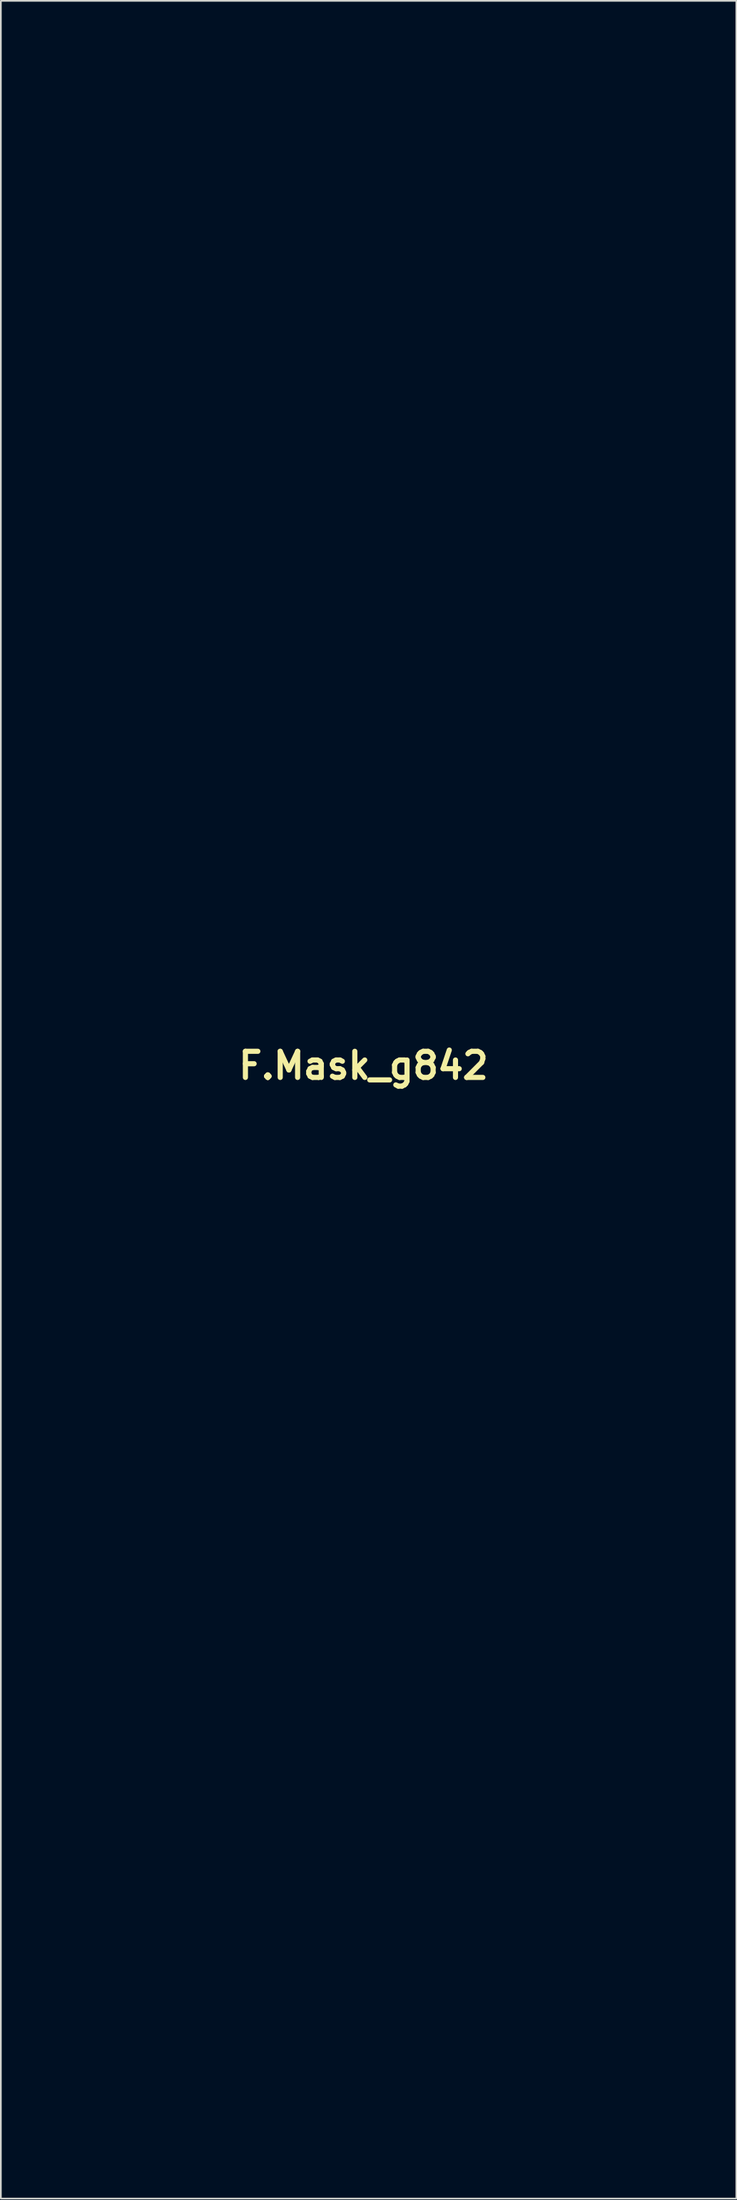
<source format=kicad_pcb>
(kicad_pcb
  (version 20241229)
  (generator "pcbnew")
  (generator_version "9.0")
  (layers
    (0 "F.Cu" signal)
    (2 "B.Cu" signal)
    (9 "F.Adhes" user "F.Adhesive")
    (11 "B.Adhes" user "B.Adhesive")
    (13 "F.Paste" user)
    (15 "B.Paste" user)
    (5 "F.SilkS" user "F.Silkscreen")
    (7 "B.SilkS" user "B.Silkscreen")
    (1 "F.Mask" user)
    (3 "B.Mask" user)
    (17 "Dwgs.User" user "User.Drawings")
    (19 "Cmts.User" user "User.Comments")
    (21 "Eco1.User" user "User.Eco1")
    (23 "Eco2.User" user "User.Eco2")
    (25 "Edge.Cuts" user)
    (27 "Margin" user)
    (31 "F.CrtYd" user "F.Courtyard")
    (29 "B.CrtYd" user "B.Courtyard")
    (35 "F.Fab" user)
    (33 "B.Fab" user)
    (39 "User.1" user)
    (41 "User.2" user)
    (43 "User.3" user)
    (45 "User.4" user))
  (footprint "F.Mask_g842"
    (layer "F.Cu")
    (at 18.172 59.11)
    (property "Reference" "F.Mask_g842" (at 0 0 0) (layer "F.SilkS") (effects (font (size 1.524 1.524) (thickness 0.3))))
    (attr through_hole)
    (fp_poly (pts (xy 6.955 -54.521) (xy 6.957 -54.519) (xy 6.944 -54.498) (xy 6.903 -54.445) (xy 6.839 -54.367) (xy 6.758 -54.27) (xy 6.684 -54.183) (xy 6.575 -54.06) (xy 6.493 -53.969) (xy 6.429 -53.906) (xy 6.378 -53.865) (xy 6.334 -53.84) (xy 6.293 -53.825) (xy 6.23 -53.806) (xy 6.132 -53.777) (xy 6.008 -53.738) (xy 5.866 -53.695) (xy 5.716 -53.648) (xy 5.564 -53.601) (xy 5.42 -53.556) (xy 5.293 -53.516) (xy 5.191 -53.483) (xy 5.122 -53.461) (xy 5.097 -53.453) (xy 5.065 -53.452) (xy 5.056 -53.49) (xy 5.056 -53.496) (xy 5.061 -53.552) (xy 5.071 -53.634) (xy 5.086 -53.73) (xy 5.102 -53.824) (xy 5.117 -53.902) (xy 5.129 -53.951) (xy 5.133 -53.96) (xy 5.159 -53.971) (xy 5.228 -53.994) (xy 5.333 -54.028) (xy 5.469 -54.071) (xy 5.629 -54.122) (xy 5.808 -54.178) (xy 5.881 -54.201) (xy 6.137 -54.28) (xy 6.348 -54.346) (xy 6.52 -54.399) (xy 6.656 -54.44) (xy 6.76 -54.472) (xy 6.837 -54.494) (xy 6.89 -54.509) (xy 6.925 -54.518) (xy 6.945 -54.521) (xy 6.955 -54.521)) (stroke (width 0.01) (type solid)) (fill yes) (layer "F.Mask"))
    (fp_poly (pts (xy 10.554 -55.375) (xy 10.624 -55.318) (xy 10.676 -55.243) (xy 10.693 -55.17) (xy 10.677 -55.084) (xy 10.636 -55.006) (xy 10.581 -54.958) (xy 10.575 -54.955) (xy 10.539 -54.945) (xy 10.461 -54.927) (xy 10.352 -54.902) (xy 10.221 -54.873) (xy 10.113 -54.85) (xy 9.971 -54.818) (xy 9.789 -54.776) (xy 9.577 -54.725) (xy 9.343 -54.668) (xy 9.097 -54.607) (xy 8.848 -54.544) (xy 8.606 -54.483) (xy 8.38 -54.424) (xy 8.178 -54.371) (xy 8.011 -54.325) (xy 7.995 -54.32) (xy 7.897 -54.295) (xy 7.822 -54.279) (xy 7.779 -54.274) (xy 7.772 -54.277) (xy 7.788 -54.304) (xy 7.83 -54.358) (xy 7.89 -54.428) (xy 7.907 -54.447) (xy 8.003 -54.557) (xy 8.068 -54.639) (xy 8.107 -54.701) (xy 8.125 -54.75) (xy 8.128 -54.78) (xy 8.146 -54.836) (xy 8.173 -54.861) (xy 8.221 -54.879) (xy 8.312 -54.906) (xy 8.44 -54.941) (xy 8.598 -54.982) (xy 8.78 -55.027) (xy 8.979 -55.075) (xy 9.189 -55.125) (xy 9.403 -55.175) (xy 9.615 -55.223) (xy 9.818 -55.269) (xy 10.005 -55.309) (xy 10.171 -55.344) (xy 10.309 -55.371) (xy 10.412 -55.39) (xy 10.473 -55.397) (xy 10.479 -55.397) (xy 10.554 -55.375)) (stroke (width 0.01) (type solid)) (fill yes) (layer "F.Mask"))
    (fp_poly (pts (xy -14.671 3.204) (xy -14.616 3.215) (xy -14.535 3.239) (xy -14.411 3.28) (xy -14.248 3.336) (xy -14.05 3.407) (xy -13.821 3.489) (xy -13.566 3.583) (xy -13.288 3.686) (xy -12.992 3.797) (xy -12.683 3.913) (xy -12.363 4.035) (xy -12.038 4.16) (xy -11.711 4.286) (xy -11.386 4.412) (xy -11.069 4.536) (xy -10.872 4.614) (xy -10.683 4.689) (xy -10.509 4.758) (xy -10.356 4.819) (xy -10.23 4.87) (xy -10.136 4.908) (xy -10.08 4.931) (xy -10.065 4.938) (xy -10.082 4.954) (xy -10.132 4.991) (xy -10.207 5.043) (xy -10.255 5.076) (xy -10.348 5.138) (xy -10.43 5.193) (xy -10.488 5.232) (xy -10.503 5.243) (xy -10.519 5.25) (xy -10.543 5.252) (xy -10.579 5.247) (xy -10.631 5.233) (xy -10.704 5.21) (xy -10.803 5.176) (xy -10.93 5.128) (xy -11.092 5.067) (xy -11.292 4.99) (xy -11.535 4.896) (xy -11.552 4.889) (xy -11.798 4.793) (xy -12.081 4.684) (xy -12.387 4.566) (xy -12.707 4.444) (xy -13.029 4.322) (xy -13.34 4.203) (xy -13.63 4.094) (xy -13.721 4.06) (xy -13.996 3.956) (xy -14.228 3.868) (xy -14.42 3.795) (xy -14.576 3.733) (xy -14.699 3.681) (xy -14.794 3.638) (xy -14.863 3.6) (xy -14.912 3.567) (xy -14.943 3.536) (xy -14.96 3.505) (xy -14.967 3.473) (xy -14.969 3.437) (xy -14.968 3.412) (xy -14.944 3.31) (xy -14.884 3.24) (xy -14.791 3.203) (xy -14.671 3.204)) (stroke (width 0.01) (type solid)) (fill yes) (layer "F.Mask"))
    (fp_poly (pts (xy 4.314 -53.672) (xy 4.316 -53.608) (xy 4.318 -53.516) (xy 4.318 -53.446) (xy 4.318 -53.196) (xy 3.689 -52.972) (xy 2.812 -52.652) (xy 1.934 -52.315) (xy 1.063 -51.966) (xy 0.204 -51.605) (xy -0.634 -51.237) (xy -1.447 -50.864) (xy -2.228 -50.489) (xy -2.971 -50.114) (xy -3.563 -49.8) (xy -4.014 -49.555) (xy -4.922 -49.556) (xy -5.16 -49.556) (xy -5.352 -49.557) (xy -5.503 -49.558) (xy -5.616 -49.559) (xy -5.697 -49.562) (xy -5.749 -49.566) (xy -5.779 -49.572) (xy -5.789 -49.58) (xy -5.786 -49.589) (xy -5.772 -49.602) (xy -5.766 -49.607) (xy -5.722 -49.634) (xy -5.638 -49.681) (xy -5.518 -49.744) (xy -5.368 -49.821) (xy -5.194 -49.909) (xy -5.001 -50.006) (xy -4.793 -50.108) (xy -4.578 -50.214) (xy -4.358 -50.321) (xy -4.141 -50.426) (xy -3.931 -50.526) (xy -3.734 -50.619) (xy -3.555 -50.702) (xy -3.4 -50.773) (xy -3.378 -50.783) (xy -2.624 -51.113) (xy -1.825 -51.45) (xy -0.987 -51.792) (xy -0.94 -51.811) (xy -0.267 -52.081) (xy 0.102 -52.097) (xy 0.259 -52.105) (xy 0.378 -52.115) (xy 0.473 -52.129) (xy 0.556 -52.149) (xy 0.641 -52.176) (xy 0.66 -52.183) (xy 0.84 -52.259) (xy 1.017 -52.354) (xy 1.204 -52.477) (xy 1.364 -52.596) (xy 1.439 -52.652) (xy 1.506 -52.698) (xy 1.574 -52.738) (xy 1.653 -52.776) (xy 1.752 -52.817) (xy 1.879 -52.865) (xy 2.044 -52.924) (xy 2.07 -52.934) (xy 2.236 -52.991) (xy 2.401 -53.046) (xy 2.555 -53.095) (xy 2.684 -53.134) (xy 2.778 -53.16) (xy 2.781 -53.161) (xy 2.909 -53.196) (xy 3.044 -53.241) (xy 3.16 -53.288) (xy 3.168 -53.291) (xy 3.224 -53.315) (xy 3.315 -53.35) (xy 3.432 -53.393) (xy 3.567 -53.442) (xy 3.712 -53.494) (xy 3.858 -53.546) (xy 3.996 -53.594) (xy 4.12 -53.636) (xy 4.219 -53.669) (xy 4.286 -53.69) (xy 4.311 -53.696) (xy 4.314 -53.672)) (stroke (width 0.01) (type solid)) (fill yes) (layer "F.Mask"))
    (fp_poly (pts (xy 14.375 -17.23) (xy 14.438 -17.19) (xy 14.455 -17.176) (xy 14.51 -17.113) (xy 14.532 -17.046) (xy 14.534 -17.008) (xy 14.529 -16.944) (xy 14.512 -16.893) (xy 14.476 -16.852) (xy 14.415 -16.816) (xy 14.323 -16.782) (xy 14.194 -16.748) (xy 14.022 -16.709) (xy 13.983 -16.7) (xy 13.518 -16.598) (xy 13.012 -16.478) (xy 12.469 -16.342) (xy 11.894 -16.193) (xy 11.294 -16.031) (xy 10.673 -15.859) (xy 10.037 -15.677) (xy 9.392 -15.488) (xy 8.741 -15.292) (xy 8.092 -15.092) (xy 7.449 -14.889) (xy 6.817 -14.684) (xy 6.203 -14.479) (xy 5.61 -14.276) (xy 5.423 -14.211) (xy 3.773 -13.612) (xy 2.148 -12.983) (xy 0.554 -12.329) (xy -1.003 -11.65) (xy -1.905 -11.238) (xy -2.129 -11.132) (xy -2.385 -11.01) (xy -2.665 -10.874) (xy -2.963 -10.728) (xy -3.27 -10.577) (xy -3.578 -10.424) (xy -3.881 -10.272) (xy -4.169 -10.126) (xy -4.437 -9.99) (xy -4.675 -9.867) (xy -4.876 -9.761) (xy -4.91 -9.742) (xy -5.048 -9.669) (xy -5.169 -9.604) (xy -5.268 -9.552) (xy -5.337 -9.516) (xy -5.37 -9.5) (xy -5.372 -9.5) (xy -5.377 -9.523) (xy -5.385 -9.586) (xy -5.393 -9.676) (xy -5.396 -9.722) (xy -5.408 -9.849) (xy -5.426 -9.996) (xy -5.447 -10.145) (xy -5.47 -10.283) (xy -5.492 -10.392) (xy -5.501 -10.429) (xy -5.502 -10.45) (xy -5.488 -10.473) (xy -5.454 -10.499) (xy -5.392 -10.534) (xy -5.297 -10.581) (xy -5.163 -10.644) (xy -5.139 -10.654) (xy -4.476 -10.954) (xy -3.768 -11.264) (xy -3.02 -11.581) (xy -2.236 -11.905) (xy -1.421 -12.233) (xy -0.579 -12.564) (xy 0.286 -12.896) (xy 1.167 -13.228) (xy 2.062 -13.556) (xy 2.966 -13.881) (xy 3.873 -14.199) (xy 4.78 -14.51) (xy 4.851 -14.534) (xy 5.536 -14.764) (xy 6.178 -14.977) (xy 6.78 -15.176) (xy 7.349 -15.36) (xy 7.888 -15.533) (xy 8.402 -15.694) (xy 8.894 -15.846) (xy 9.371 -15.99) (xy 9.835 -16.127) (xy 10.292 -16.258) (xy 10.746 -16.385) (xy 11.202 -16.51) (xy 11.468 -16.582) (xy 11.698 -16.642) (xy 11.945 -16.706) (xy 12.203 -16.77) (xy 12.468 -16.836) (xy 12.734 -16.9) (xy 12.996 -16.963) (xy 13.249 -17.022) (xy 13.487 -17.077) (xy 13.707 -17.126) (xy 13.901 -17.169) (xy 14.066 -17.203) (xy 14.196 -17.228) (xy 14.285 -17.243) (xy 14.323 -17.247) (xy 14.375 -17.23)) (stroke (width 0.01) (type solid)) (fill yes) (layer "F.Mask"))
    (fp_poly (pts (xy 2.598 -59.096) (xy 2.709 -59.054) (xy 2.772 -59.01) (xy 2.83 -58.951) (xy 2.897 -58.868) (xy 2.939 -58.807) (xy 2.964 -58.766) (xy 2.983 -58.733) (xy 3.004 -58.71) (xy 3.031 -58.695) (xy 3.07 -58.689) (xy 3.128 -58.693) (xy 3.21 -58.706) (xy 3.323 -58.728) (xy 3.471 -58.759) (xy 3.662 -58.8) (xy 3.74 -58.816) (xy 3.993 -58.868) (xy 4.202 -58.907) (xy 4.372 -58.932) (xy 4.508 -58.944) (xy 4.614 -58.943) (xy 4.695 -58.928) (xy 4.756 -58.899) (xy 4.803 -58.857) (xy 4.839 -58.8) (xy 4.84 -58.799) (xy 4.868 -58.716) (xy 4.865 -58.627) (xy 4.828 -58.523) (xy 4.765 -58.406) (xy 4.719 -58.328) (xy 4.687 -58.267) (xy 4.674 -58.236) (xy 4.674 -58.236) (xy 4.697 -58.221) (xy 4.764 -58.214) (xy 4.865 -58.214) (xy 4.994 -58.222) (xy 5.143 -58.235) (xy 5.305 -58.255) (xy 5.473 -58.279) (xy 5.638 -58.307) (xy 5.77 -58.334) (xy 5.838 -58.349) (xy 5.736 -58.083) (xy 5.633 -57.817) (xy 5.414 -57.787) (xy 5.136 -57.755) (xy 4.885 -57.742) (xy 4.666 -57.747) (xy 4.484 -57.77) (xy 4.344 -57.811) (xy 4.314 -57.825) (xy 4.222 -57.899) (xy 4.164 -58.003) (xy 4.143 -58.127) (xy 4.161 -58.26) (xy 4.179 -58.31) (xy 4.2 -58.372) (xy 4.207 -58.41) (xy 4.205 -58.415) (xy 4.178 -58.413) (xy 4.108 -58.403) (xy 4.004 -58.384) (xy 3.874 -58.359) (xy 3.724 -58.329) (xy 3.69 -58.322) (xy 3.48 -58.279) (xy 3.314 -58.246) (xy 3.184 -58.222) (xy 3.085 -58.207) (xy 3.011 -58.199) (xy 2.954 -58.198) (xy 2.909 -58.203) (xy 2.87 -58.213) (xy 2.864 -58.215) (xy 2.762 -58.272) (xy 2.66 -58.373) (xy 2.563 -58.512) (xy 2.555 -58.526) (xy 2.514 -58.594) (xy 2.483 -58.626) (xy 2.448 -58.632) (xy 2.405 -58.622) (xy 2.275 -58.573) (xy 2.112 -58.489) (xy 1.917 -58.373) (xy 1.693 -58.226) (xy 1.442 -58.049) (xy 1.167 -57.843) (xy 1.16 -57.838) (xy 1.011 -57.724) (xy 0.895 -57.637) (xy 0.808 -57.574) (xy 0.744 -57.53) (xy 0.695 -57.503) (xy 0.657 -57.488) (xy 0.624 -57.482) (xy 0.589 -57.48) (xy 0.589 -57.48) (xy 0.513 -57.499) (xy 0.438 -57.546) (xy 0.381 -57.609) (xy 0.356 -57.673) (xy 0.356 -57.678) (xy 0.354 -57.702) (xy 0.341 -57.713) (xy 0.307 -57.713) (xy 0.242 -57.7) (xy 0.159 -57.68) (xy -0.067 -57.639) (xy -0.258 -57.632) (xy -0.415 -57.657) (xy -0.536 -57.715) (xy -0.62 -57.804) (xy -0.665 -57.925) (xy -0.673 -58.018) (xy -0.677 -58.1) (xy -0.688 -58.143) (xy -0.699 -58.147) (xy -0.727 -58.129) (xy -0.791 -58.088) (xy -0.883 -58.028) (xy -0.996 -57.954) (xy -1.123 -57.871) (xy -1.126 -57.869) (xy -1.303 -57.755) (xy -1.443 -57.666) (xy -1.553 -57.6) (xy -1.637 -57.553) (xy -1.703 -57.523) (xy -1.755 -57.506) (xy -1.799 -57.5) (xy -1.804 -57.5) (xy -1.902 -57.521) (xy -1.986 -57.582) (xy -2.048 -57.675) (xy -2.08 -57.79) (xy -2.083 -57.835) (xy -2.089 -57.889) (xy -2.103 -57.912) (xy -2.103 -57.912) (xy -2.149 -57.896) (xy -2.226 -57.853) (xy -2.328 -57.787) (xy -2.447 -57.704) (xy -2.576 -57.608) (xy -2.709 -57.505) (xy -2.837 -57.401) (xy -2.954 -57.299) (xy -2.994 -57.263) (xy -3.075 -57.192) (xy -3.128 -57.156) (xy -3.159 -57.149) (xy -3.168 -57.156) (xy -3.192 -57.193) (xy -3.232 -57.261) (xy -3.28 -57.346) (xy -3.29 -57.364) (xy -3.387 -57.54) (xy -3.243 -57.674) (xy -3.067 -57.828) (xy -2.879 -57.976) (xy -2.685 -58.113) (xy -2.493 -58.235) (xy -2.309 -58.338) (xy -2.141 -58.419) (xy -1.994 -58.472) (xy -1.875 -58.495) (xy -1.858 -58.496) (xy -1.775 -58.488) (xy -1.715 -58.457) (xy -1.678 -58.422) (xy -1.625 -58.345) (xy -1.588 -58.256) (xy -1.585 -58.244) (xy -1.562 -58.141) (xy -1.194 -58.386) (xy -0.962 -58.535) (xy -0.765 -58.653) (xy -0.599 -58.741) (xy -0.459 -58.8) (xy -0.341 -58.832) (xy -0.242 -58.839) (xy -0.158 -58.823) (xy -0.145 -58.817) (xy -0.049 -58.755) (xy 0.004 -58.665) (xy 0.015 -58.55) (xy -0.016 -58.411) (xy -0.091 -58.25) (xy -0.092 -58.247) (xy -0.182 -58.087) (xy -0.085 -58.103) (xy -0.024 -58.118) (xy 0.071 -58.145) (xy 0.19 -58.183) (xy 0.32 -58.226) (xy 0.343 -58.234) (xy 0.498 -58.287) (xy 0.613 -58.325) (xy 0.695 -58.35) (xy 0.754 -58.362) (xy 0.797 -58.363) (xy 0.832 -58.354) (xy 0.866 -58.338) (xy 0.878 -58.332) (xy 0.962 -58.287) (xy 1.173 -58.439) (xy 1.461 -58.64) (xy 1.717 -58.804) (xy 1.944 -58.931) (xy 2.143 -59.024) (xy 2.317 -59.081) (xy 2.468 -59.105) (xy 2.598 -59.096)) (stroke (width 0.01) (type solid)) (fill yes) (layer "F.Mask"))
    (fp_poly (pts (xy 9.226 -58.14) (xy 9.396 -58.1) (xy 9.522 -58.038) (xy 9.605 -57.954) (xy 9.643 -57.85) (xy 9.64 -57.749) (xy 9.622 -57.637) (xy 9.618 -57.562) (xy 9.633 -57.511) (xy 9.672 -57.47) (xy 9.74 -57.428) (xy 9.766 -57.414) (xy 9.942 -57.328) (xy 10.157 -57.248) (xy 10.411 -57.172) (xy 10.708 -57.1) (xy 11.048 -57.032) (xy 11.434 -56.968) (xy 11.868 -56.906) (xy 12.35 -56.847) (xy 12.37 -56.845) (xy 12.606 -56.817) (xy 12.798 -56.793) (xy 12.949 -56.77) (xy 13.066 -56.747) (xy 13.155 -56.723) (xy 13.22 -56.695) (xy 13.266 -56.663) (xy 13.3 -56.624) (xy 13.327 -56.578) (xy 13.335 -56.561) (xy 13.365 -56.487) (xy 13.383 -56.427) (xy 13.385 -56.412) (xy 13.372 -56.325) (xy 13.334 -56.209) (xy 13.275 -56.075) (xy 13.2 -55.935) (xy 13.186 -55.912) (xy 13.062 -55.706) (xy 13.133 -55.676) (xy 13.239 -55.609) (xy 13.306 -55.514) (xy 13.331 -55.396) (xy 13.315 -55.258) (xy 13.258 -55.104) (xy 13.177 -54.962) (xy 13.107 -54.869) (xy 13.007 -54.752) (xy 12.886 -54.622) (xy 12.753 -54.486) (xy 12.617 -54.355) (xy 12.486 -54.237) (xy 12.403 -54.167) (xy 12.247 -54.041) (xy 12.321 -53.956) (xy 12.378 -53.87) (xy 12.395 -53.779) (xy 12.395 -53.778) (xy 12.39 -53.725) (xy 12.37 -53.677) (xy 12.326 -53.623) (xy 12.251 -53.549) (xy 12.251 -53.549) (xy 12.088 -53.411) (xy 11.877 -53.263) (xy 11.623 -53.105) (xy 11.328 -52.941) (xy 11.069 -52.808) (xy 10.925 -52.735) (xy 10.798 -52.669) (xy 10.696 -52.613) (xy 10.623 -52.572) (xy 10.587 -52.547) (xy 10.585 -52.543) (xy 10.62 -52.531) (xy 10.662 -52.527) (xy 10.756 -52.509) (xy 10.849 -52.461) (xy 10.92 -52.397) (xy 10.936 -52.373) (xy 10.969 -52.258) (xy 10.956 -52.134) (xy 10.899 -52.007) (xy 10.827 -51.901) (xy 10.715 -51.766) (xy 10.564 -51.604) (xy 10.375 -51.414) (xy 10.149 -51.198) (xy 9.888 -50.956) (xy 9.592 -50.691) (xy 9.262 -50.402) (xy 8.9 -50.091) (xy 8.538 -49.786) (xy 8.224 -49.523) (xy 8.24 -49.291) (xy 8.249 -49.17) (xy 8.259 -49.053) (xy 8.268 -48.959) (xy 8.27 -48.938) (xy 8.278 -48.821) (xy 8.265 -48.718) (xy 8.228 -48.625) (xy 8.163 -48.537) (xy 8.065 -48.45) (xy 7.931 -48.358) (xy 7.756 -48.257) (xy 7.6 -48.174) (xy 7.439 -48.091) (xy 7.318 -48.025) (xy 7.231 -47.97) (xy 7.173 -47.921) (xy 7.138 -47.873) (xy 7.119 -47.82) (xy 7.113 -47.757) (xy 7.112 -47.7) (xy 7.125 -47.59) (xy 7.166 -47.474) (xy 7.19 -47.426) (xy 7.232 -47.341) (xy 7.252 -47.282) (xy 7.253 -47.231) (xy 7.241 -47.177) (xy 7.188 -47.067) (xy 7.092 -46.964) (xy 6.961 -46.876) (xy 6.939 -46.865) (xy 6.876 -46.837) (xy 6.785 -46.801) (xy 6.679 -46.763) (xy 6.57 -46.725) (xy 6.47 -46.692) (xy 6.392 -46.669) (xy 6.349 -46.66) (xy 6.348 -46.66) (xy 6.338 -46.683) (xy 6.33 -46.747) (xy 6.325 -46.839) (xy 6.325 -46.899) (xy 6.325 -47.138) (xy 6.483 -47.192) (xy 6.59 -47.228) (xy 6.657 -47.257) (xy 6.689 -47.289) (xy 6.696 -47.335) (xy 6.682 -47.404) (xy 6.667 -47.463) (xy 6.639 -47.65) (xy 6.645 -47.836) (xy 6.683 -48.01) (xy 6.75 -48.162) (xy 6.844 -48.281) (xy 6.86 -48.296) (xy 6.908 -48.329) (xy 6.992 -48.379) (xy 7.102 -48.441) (xy 7.231 -48.51) (xy 7.339 -48.566) (xy 7.472 -48.635) (xy 7.591 -48.699) (xy 7.688 -48.754) (xy 7.754 -48.794) (xy 7.78 -48.814) (xy 7.799 -48.842) (xy 7.805 -48.879) (xy 7.799 -48.938) (xy 7.781 -49.032) (xy 7.78 -49.035) (xy 7.758 -49.192) (xy 7.751 -49.365) (xy 7.753 -49.418) (xy 7.761 -49.522) (xy 7.777 -49.612) (xy 7.805 -49.693) (xy 7.851 -49.773) (xy 7.918 -49.857) (xy 8.011 -49.951) (xy 8.134 -50.063) (xy 8.292 -50.198) (xy 8.331 -50.23) (xy 8.604 -50.459) (xy 8.866 -50.683) (xy 9.116 -50.9) (xy 9.351 -51.107) (xy 9.569 -51.301) (xy 9.765 -51.48) (xy 9.939 -51.643) (xy 10.086 -51.785) (xy 10.205 -51.905) (xy 10.293 -52) (xy 10.346 -52.068) (xy 10.363 -52.104) (xy 10.343 -52.12) (xy 10.33 -52.121) (xy 10.273 -52.139) (xy 10.199 -52.185) (xy 10.123 -52.247) (xy 10.06 -52.315) (xy 10.035 -52.351) (xy 9.993 -52.469) (xy 9.982 -52.587) (xy 9.988 -52.674) (xy 10.011 -52.745) (xy 10.056 -52.808) (xy 10.13 -52.867) (xy 10.239 -52.929) (xy 10.389 -53.001) (xy 10.414 -53.012) (xy 10.733 -53.159) (xy 11.013 -53.297) (xy 11.264 -53.433) (xy 11.399 -53.511) (xy 11.503 -53.573) (xy 11.568 -53.615) (xy 11.601 -53.643) (xy 11.608 -53.663) (xy 11.594 -53.68) (xy 11.581 -53.689) (xy 11.533 -53.74) (xy 11.493 -53.808) (xy 11.491 -53.811) (xy 11.472 -53.873) (xy 11.471 -53.931) (xy 11.494 -53.99) (xy 11.544 -54.056) (xy 11.625 -54.136) (xy 11.742 -54.235) (xy 11.82 -54.297) (xy 11.946 -54.402) (xy 12.093 -54.53) (xy 12.247 -54.67) (xy 12.393 -54.808) (xy 12.471 -54.885) (xy 12.814 -55.227) (xy 12.71 -55.271) (xy 12.597 -55.341) (xy 12.524 -55.431) (xy 12.497 -55.539) (xy 12.497 -55.547) (xy 12.513 -55.642) (xy 12.556 -55.762) (xy 12.622 -55.894) (xy 12.695 -56.014) (xy 12.756 -56.108) (xy 12.805 -56.194) (xy 12.837 -56.261) (xy 12.847 -56.299) (xy 12.845 -56.302) (xy 12.818 -56.308) (xy 12.747 -56.319) (xy 12.641 -56.333) (xy 12.506 -56.35) (xy 12.351 -56.369) (xy 12.278 -56.377) (xy 11.816 -56.433) (xy 11.401 -56.492) (xy 11.03 -56.553) (xy 10.698 -56.617) (xy 10.403 -56.686) (xy 10.141 -56.76) (xy 9.909 -56.839) (xy 9.701 -56.926) (xy 9.589 -56.981) (xy 9.411 -57.085) (xy 9.279 -57.191) (xy 9.189 -57.304) (xy 9.137 -57.431) (xy 9.119 -57.576) (xy 9.119 -57.592) (xy 9.119 -57.691) (xy 8.769 -57.675) (xy 8.528 -57.66) (xy 8.287 -57.637) (xy 8.035 -57.606) (xy 7.757 -57.563) (xy 7.48 -57.516) (xy 7.333 -57.49) (xy 7.227 -57.473) (xy 7.151 -57.464) (xy 7.098 -57.463) (xy 7.056 -57.47) (xy 7.017 -57.483) (xy 7.002 -57.489) (xy 6.905 -57.53) (xy 7.04 -57.723) (xy 7.102 -57.81) (xy 7.155 -57.881) (xy 7.191 -57.927) (xy 7.2 -57.936) (xy 7.241 -57.951) (xy 7.325 -57.971) (xy 7.444 -57.993) (xy 7.592 -58.017) (xy 7.761 -58.043) (xy 7.944 -58.068) (xy 8.132 -58.092) (xy 8.32 -58.114) (xy 8.499 -58.132) (xy 8.663 -58.147) (xy 8.763 -58.154) (xy 9.015 -58.158) (xy 9.226 -58.14)) (stroke (width 0.01) (type solid)) (fill yes) (layer "F.Mask"))
    (fp_poly (pts (xy -4.072 -57.149) (xy -4.041 -57.14) (xy -4.011 -57.117) (xy -3.978 -57.072) (xy -3.934 -56.998) (xy -3.872 -56.887) (xy -3.863 -56.87) (xy -3.804 -56.761) (xy -3.756 -56.668) (xy -3.722 -56.599) (xy -3.708 -56.564) (xy -3.708 -56.563) (xy -3.724 -56.532) (xy -3.763 -56.475) (xy -3.817 -56.405) (xy -3.876 -56.334) (xy -3.93 -56.274) (xy -3.962 -56.243) (xy -4.025 -56.218) (xy -4.11 -56.213) (xy -4.193 -56.228) (xy -4.233 -56.247) (xy -4.28 -56.297) (xy -4.318 -56.363) (xy -4.351 -56.442) (xy -4.502 -56.295) (xy -4.62 -56.171) (xy -4.754 -56.017) (xy -4.894 -55.847) (xy -5.028 -55.673) (xy -5.146 -55.51) (xy -5.196 -55.435) (xy -5.319 -55.234) (xy -5.429 -55.026) (xy -5.534 -54.798) (xy -5.628 -54.565) (xy -5.684 -54.428) (xy -5.758 -54.26) (xy -5.843 -54.073) (xy -5.935 -53.879) (xy -6.028 -53.691) (xy -6.115 -53.519) (xy -6.191 -53.377) (xy -6.22 -53.325) (xy -6.281 -53.236) (xy -6.353 -53.173) (xy -6.44 -53.122) (xy -6.588 -53.034) (xy -6.718 -52.929) (xy -6.818 -52.819) (xy -6.859 -52.753) (xy -6.89 -52.672) (xy -6.917 -52.567) (xy -6.936 -52.457) (xy -6.945 -52.358) (xy -6.94 -52.292) (xy -6.95 -52.242) (xy -6.993 -52.179) (xy -7.057 -52.117) (xy -7.13 -52.067) (xy -7.181 -52.046) (xy -7.273 -52.037) (xy -7.369 -52.053) (xy -7.446 -52.088) (xy -7.468 -52.109) (xy -7.499 -52.138) (xy -7.526 -52.137) (xy -7.558 -52.1) (xy -7.6 -52.026) (xy -7.66 -51.894) (xy -7.724 -51.722) (xy -7.789 -51.517) (xy -7.853 -51.291) (xy -7.914 -51.051) (xy -7.969 -50.808) (xy -8.015 -50.571) (xy -8.052 -50.349) (xy -8.075 -50.151) (xy -8.076 -50.142) (xy -8.086 -50.029) (xy -8.097 -49.953) (xy -8.114 -49.903) (xy -8.139 -49.866) (xy -8.178 -49.828) (xy -8.179 -49.827) (xy -8.235 -49.783) (xy -8.284 -49.764) (xy -8.35 -49.765) (xy -8.388 -49.77) (xy -8.514 -49.786) (xy -8.496 -49.703) (xy -8.479 -49.649) (xy -8.444 -49.56) (xy -8.398 -49.449) (xy -8.343 -49.325) (xy -8.332 -49.301) (xy -8.247 -49.11) (xy -8.182 -48.956) (xy -8.135 -48.829) (xy -8.104 -48.719) (xy -8.087 -48.619) (xy -8.08 -48.519) (xy -8.081 -48.41) (xy -8.082 -48.399) (xy -8.086 -48.289) (xy -8.086 -48.221) (xy -8.081 -48.187) (xy -8.068 -48.179) (xy -8.046 -48.187) (xy -8.04 -48.19) (xy -8.006 -48.211) (xy -7.935 -48.256) (xy -7.834 -48.321) (xy -7.71 -48.402) (xy -7.568 -48.495) (xy -7.429 -48.586) (xy -7.2 -48.736) (xy -6.988 -48.874) (xy -6.799 -48.997) (xy -6.636 -49.101) (xy -6.503 -49.185) (xy -6.404 -49.245) (xy -6.349 -49.276) (xy -6.327 -49.286) (xy -6.313 -49.28) (xy -6.305 -49.252) (xy -6.301 -49.194) (xy -6.3 -49.096) (xy -6.3 -49.029) (xy -6.301 -48.755) (xy -6.863 -48.389) (xy -6.995 -48.303) (xy -7.164 -48.194) (xy -7.362 -48.066) (xy -7.583 -47.923) (xy -7.821 -47.77) (xy -8.069 -47.611) (xy -8.32 -47.45) (xy -8.568 -47.291) (xy -8.633 -47.249) (xy -9.06 -46.975) (xy -9.445 -46.727) (xy -9.79 -46.502) (xy -10.096 -46.301) (xy -10.365 -46.121) (xy -10.599 -45.962) (xy -10.799 -45.824) (xy -10.967 -45.704) (xy -11.105 -45.601) (xy -11.132 -45.58) (xy -11.379 -45.388) (xy -11.336 -45.322) (xy -11.28 -45.257) (xy -11.204 -45.193) (xy -11.124 -45.141) (xy -11.056 -45.113) (xy -11.037 -45.11) (xy -10.993 -45.12) (xy -10.931 -45.149) (xy -10.848 -45.199) (xy -10.743 -45.272) (xy -10.614 -45.37) (xy -10.458 -45.495) (xy -10.273 -45.647) (xy -10.057 -45.829) (xy -9.809 -46.042) (xy -9.535 -46.28) (xy -9.267 -46.512) (xy -9.034 -46.713) (xy -8.832 -46.886) (xy -8.657 -47.033) (xy -8.506 -47.157) (xy -8.375 -47.262) (xy -8.261 -47.35) (xy -8.161 -47.425) (xy -8.125 -47.451) (xy -8.038 -47.512) (xy -7.922 -47.596) (xy -7.788 -47.693) (xy -7.649 -47.795) (xy -7.557 -47.862) (xy -7.44 -47.947) (xy -7.306 -48.043) (xy -7.161 -48.146) (xy -7.01 -48.251) (xy -6.86 -48.355) (xy -6.718 -48.454) (xy -6.587 -48.542) (xy -6.476 -48.617) (xy -6.389 -48.673) (xy -6.333 -48.708) (xy -6.314 -48.717) (xy -6.308 -48.694) (xy -6.303 -48.629) (xy -6.3 -48.535) (xy -6.299 -48.441) (xy -6.3 -48.319) (xy -6.302 -48.238) (xy -6.31 -48.187) (xy -6.324 -48.156) (xy -6.348 -48.134) (xy -6.369 -48.12) (xy -6.412 -48.091) (xy -6.488 -48.039) (xy -6.59 -47.969) (xy -6.71 -47.886) (xy -6.838 -47.797) (xy -7.237 -47.518) (xy -7.054 -47.398) (xy -6.957 -47.325) (xy -6.838 -47.224) (xy -6.71 -47.103) (xy -6.581 -46.974) (xy -6.464 -46.848) (xy -6.369 -46.734) (xy -6.363 -46.727) (xy -6.337 -46.69) (xy -6.319 -46.656) (xy -6.309 -46.613) (xy -6.303 -46.552) (xy -6.302 -46.462) (xy -6.304 -46.335) (xy -6.305 -46.288) (xy -6.312 -45.936) (xy -6.647 -46.332) (xy -6.759 -46.463) (xy -6.872 -46.59) (xy -6.976 -46.705) (xy -7.064 -46.799) (xy -7.128 -46.862) (xy -7.129 -46.863) (xy -7.246 -46.957) (xy -7.373 -47.038) (xy -7.498 -47.1) (xy -7.608 -47.136) (xy -7.662 -47.142) (xy -7.703 -47.137) (xy -7.754 -47.118) (xy -7.819 -47.084) (xy -7.899 -47.032) (xy -7.997 -46.962) (xy -8.116 -46.87) (xy -8.259 -46.754) (xy -8.429 -46.613) (xy -8.627 -46.444) (xy -8.857 -46.246) (xy -9.122 -46.016) (xy -9.169 -45.974) (xy -9.465 -45.716) (xy -9.726 -45.491) (xy -9.955 -45.297) (xy -10.155 -45.131) (xy -10.33 -44.992) (xy -10.481 -44.879) (xy -10.613 -44.789) (xy -10.728 -44.721) (xy -10.829 -44.673) (xy -10.918 -44.644) (xy -11 -44.63) (xy -11.077 -44.632) (xy -11.151 -44.646) (xy -11.226 -44.672) (xy -11.295 -44.702) (xy -11.461 -44.799) (xy -11.604 -44.919) (xy -11.718 -45.053) (xy -11.8 -45.196) (xy -11.843 -45.341) (xy -11.845 -45.479) (xy -11.837 -45.515) (xy -11.809 -45.576) (xy -11.753 -45.65) (xy -11.668 -45.739) (xy -11.553 -45.842) (xy -11.405 -45.962) (xy -11.224 -46.099) (xy -11.007 -46.255) (xy -10.753 -46.43) (xy -10.461 -46.627) (xy -10.128 -46.846) (xy -9.754 -47.088) (xy -9.512 -47.243) (xy -9.342 -47.352) (xy -9.185 -47.455) (xy -9.044 -47.548) (xy -8.927 -47.627) (xy -8.839 -47.688) (xy -8.785 -47.728) (xy -8.773 -47.739) (xy -8.734 -47.799) (xy -8.689 -47.894) (xy -8.642 -48.012) (xy -8.6 -48.138) (xy -8.566 -48.259) (xy -8.546 -48.36) (xy -8.544 -48.369) (xy -8.539 -48.453) (xy -8.546 -48.538) (xy -8.567 -48.631) (xy -8.605 -48.744) (xy -8.663 -48.884) (xy -8.73 -49.035) (xy -8.823 -49.241) (xy -8.891 -49.412) (xy -8.937 -49.554) (xy -8.962 -49.676) (xy -8.968 -49.785) (xy -8.955 -49.89) (xy -8.927 -49.998) (xy -8.916 -50.03) (xy -8.845 -50.193) (xy -8.762 -50.313) (xy -8.671 -50.39) (xy -8.573 -50.419) (xy -8.565 -50.419) (xy -8.547 -50.427) (xy -8.53 -50.456) (xy -8.511 -50.51) (xy -8.489 -50.598) (xy -8.462 -50.725) (xy -8.441 -50.832) (xy -8.373 -51.15) (xy -8.296 -51.456) (xy -8.214 -51.739) (xy -8.13 -51.988) (xy -8.088 -52.095) (xy -7.987 -52.312) (xy -7.88 -52.478) (xy -7.768 -52.594) (xy -7.65 -52.66) (xy -7.525 -52.676) (xy -7.394 -52.642) (xy -7.367 -52.629) (xy -7.268 -52.579) (xy -7.194 -52.674) (xy -7.052 -52.869) (xy -6.9 -53.104) (xy -6.741 -53.369) (xy -6.582 -53.655) (xy -6.427 -53.952) (xy -6.281 -54.251) (xy -6.149 -54.544) (xy -6.059 -54.762) (xy -6.001 -54.906) (xy -5.941 -55.048) (xy -5.884 -55.175) (xy -5.837 -55.272) (xy -5.825 -55.296) (xy -5.635 -55.613) (xy -5.41 -55.938) (xy -5.16 -56.256) (xy -4.896 -56.554) (xy -4.72 -56.732) (xy -4.562 -56.879) (xy -4.432 -56.991) (xy -4.324 -57.071) (xy -4.234 -57.121) (xy -4.156 -57.146) (xy -4.112 -57.15) (xy -4.072 -57.149)) (stroke (width 0.01) (type solid)) (fill yes) (layer "F.Mask"))
    (fp_poly (pts (xy -13.416 9.546) (xy -13.373 9.605) (xy -13.315 9.693) (xy -13.246 9.803) (xy -13.171 9.929) (xy -13.094 10.062) (xy -13.019 10.195) (xy -12.952 10.322) (xy -12.95 10.325) (xy -12.823 10.588) (xy -12.729 10.816) (xy -12.668 11.014) (xy -12.64 11.184) (xy -12.643 11.331) (xy -12.677 11.457) (xy -12.7 11.504) (xy -12.784 11.613) (xy -12.893 11.686) (xy -13.035 11.726) (xy -13.174 11.735) (xy -13.264 11.737) (xy -13.33 11.743) (xy -13.36 11.752) (xy -13.36 11.754) (xy -13.345 11.78) (xy -13.305 11.837) (xy -13.245 11.917) (xy -13.176 12.004) (xy -12.97 12.255) (xy -12.784 12.465) (xy -12.613 12.639) (xy -12.452 12.781) (xy -12.298 12.895) (xy -12.145 12.986) (xy -12.119 12.999) (xy -11.984 13.077) (xy -11.889 13.157) (xy -11.826 13.25) (xy -11.784 13.367) (xy -11.784 13.368) (xy -11.766 13.53) (xy -11.791 13.702) (xy -11.852 13.871) (xy -11.915 13.982) (xy -11.996 14.086) (xy -12.086 14.171) (xy -12.171 14.227) (xy -12.203 14.239) (xy -12.25 14.26) (xy -12.264 14.297) (xy -12.244 14.356) (xy -12.189 14.445) (xy -12.187 14.448) (xy -12.119 14.539) (xy -12.029 14.646) (xy -11.916 14.769) (xy -11.776 14.91) (xy -11.61 15.071) (xy -11.414 15.254) (xy -11.187 15.461) (xy -10.928 15.692) (xy -10.633 15.951) (xy -10.302 16.239) (xy -10.05 16.456) (xy -9.818 16.656) (xy -9.622 16.825) (xy -9.458 16.968) (xy -9.324 17.086) (xy -9.217 17.183) (xy -9.133 17.262) (xy -9.07 17.325) (xy -9.024 17.375) (xy -8.993 17.415) (xy -8.974 17.448) (xy -8.963 17.477) (xy -8.959 17.491) (xy -8.955 17.607) (xy -8.991 17.717) (xy -9.07 17.826) (xy -9.195 17.937) (xy -9.316 18.021) (xy -9.392 18.072) (xy -9.448 18.112) (xy -9.474 18.135) (xy -9.474 18.136) (xy -9.454 18.156) (xy -9.401 18.195) (xy -9.324 18.247) (xy -9.235 18.305) (xy -9.142 18.363) (xy -9.057 18.413) (xy -9.042 18.421) (xy -8.848 18.523) (xy -8.61 18.634) (xy -8.338 18.754) (xy -8.037 18.878) (xy -7.714 19.005) (xy -7.376 19.132) (xy -7.03 19.256) (xy -6.682 19.376) (xy -6.341 19.489) (xy -6.012 19.592) (xy -5.702 19.682) (xy -5.419 19.758) (xy -5.245 19.799) (xy -5.064 19.841) (xy -4.926 19.876) (xy -4.823 19.907) (xy -4.748 19.936) (xy -4.694 19.965) (xy -4.652 19.998) (xy -4.641 20.01) (xy -4.571 20.101) (xy -4.537 20.195) (xy -4.54 20.293) (xy -4.581 20.397) (xy -4.662 20.511) (xy -4.785 20.637) (xy -4.951 20.776) (xy -5.161 20.931) (xy -5.288 21.018) (xy -5.407 21.1) (xy -5.51 21.173) (xy -5.588 21.233) (xy -5.636 21.273) (xy -5.649 21.29) (xy -5.616 21.31) (xy -5.543 21.338) (xy -5.442 21.37) (xy -5.321 21.403) (xy -5.193 21.435) (xy -5.066 21.462) (xy -5.002 21.473) (xy -4.867 21.492) (xy -4.722 21.504) (xy -4.593 21.508) (xy -4.562 21.508) (xy -4.463 21.505) (xy -4.399 21.509) (xy -4.356 21.523) (xy -4.319 21.553) (xy -4.282 21.592) (xy -4.235 21.654) (xy -4.19 21.741) (xy -4.141 21.862) (xy -4.093 21.999) (xy -4.044 22.136) (xy -3.989 22.274) (xy -3.935 22.394) (xy -3.892 22.478) (xy -3.839 22.565) (xy -3.794 22.62) (xy -3.744 22.655) (xy -3.675 22.683) (xy -3.665 22.687) (xy -3.517 22.73) (xy -3.346 22.768) (xy -3.147 22.799) (xy -2.917 22.824) (xy -2.652 22.843) (xy -2.349 22.858) (xy -2.005 22.867) (xy -1.615 22.871) (xy -1.372 22.871) (xy -0.637 22.862) (xy 0.056 22.837) (xy 0.704 22.797) (xy 1.306 22.74) (xy 1.862 22.667) (xy 1.912 22.66) (xy 2.036 22.642) (xy 2.145 22.63) (xy 2.229 22.624) (xy 2.272 22.625) (xy 2.329 22.651) (xy 2.392 22.699) (xy 2.403 22.71) (xy 2.453 22.781) (xy 2.475 22.864) (xy 2.469 22.965) (xy 2.433 23.093) (xy 2.368 23.254) (xy 2.354 23.284) (xy 2.306 23.392) (xy 2.268 23.485) (xy 2.243 23.552) (xy 2.235 23.58) (xy 2.252 23.602) (xy 2.307 23.622) (xy 2.404 23.642) (xy 2.457 23.651) (xy 2.553 23.661) (xy 2.691 23.67) (xy 2.865 23.676) (xy 3.066 23.681) (xy 3.288 23.684) (xy 3.522 23.685) (xy 3.762 23.685) (xy 3.998 23.683) (xy 4.224 23.679) (xy 4.431 23.673) (xy 4.614 23.666) (xy 4.762 23.656) (xy 4.813 23.652) (xy 5.046 23.627) (xy 5.286 23.599) (xy 5.526 23.569) (xy 5.757 23.537) (xy 5.974 23.505) (xy 6.167 23.473) (xy 6.329 23.444) (xy 6.453 23.418) (xy 6.507 23.404) (xy 6.514 23.419) (xy 6.501 23.468) (xy 6.472 23.541) (xy 6.433 23.629) (xy 6.387 23.721) (xy 6.341 23.808) (xy 6.298 23.879) (xy 6.263 23.926) (xy 6.248 23.937) (xy 6.199 23.949) (xy 6.108 23.964) (xy 5.983 23.984) (xy 5.831 24.005) (xy 5.662 24.028) (xy 5.483 24.05) (xy 5.303 24.072) (xy 5.129 24.092) (xy 4.97 24.109) (xy 4.877 24.118) (xy 4.712 24.13) (xy 4.516 24.141) (xy 4.296 24.151) (xy 4.061 24.159) (xy 3.819 24.164) (xy 3.578 24.168) (xy 3.348 24.17) (xy 3.135 24.169) (xy 2.95 24.166) (xy 2.8 24.161) (xy 2.705 24.154) (xy 2.503 24.129) (xy 2.314 24.099) (xy 2.147 24.065) (xy 2.012 24.03) (xy 1.937 24.003) (xy 1.828 23.932) (xy 1.76 23.834) (xy 1.734 23.707) (xy 1.749 23.552) (xy 1.805 23.368) (xy 1.824 23.32) (xy 1.901 23.136) (xy 1.833 23.15) (xy 1.783 23.158) (xy 1.694 23.17) (xy 1.579 23.184) (xy 1.449 23.2) (xy 1.435 23.201) (xy 1.047 23.241) (xy 0.626 23.276) (xy 0.181 23.305) (xy -0.274 23.328) (xy -0.73 23.344) (xy -1.174 23.353) (xy -1.595 23.355) (xy -1.981 23.348) (xy -2.118 23.344) (xy -2.507 23.325) (xy -2.848 23.301) (xy -3.145 23.271) (xy -3.399 23.235) (xy -3.615 23.191) (xy -3.795 23.14) (xy -3.942 23.081) (xy -4.059 23.013) (xy -4.149 22.935) (xy -4.16 22.923) (xy -4.234 22.824) (xy -4.313 22.688) (xy -4.393 22.531) (xy -4.465 22.365) (xy -4.524 22.204) (xy -4.524 22.203) (xy -4.564 22.094) (xy -4.605 22.025) (xy -4.659 21.988) (xy -4.737 21.973) (xy -4.812 21.971) (xy -4.936 21.962) (xy -5.095 21.938) (xy -5.273 21.902) (xy -5.459 21.855) (xy -5.59 21.816) (xy -5.808 21.736) (xy -5.976 21.645) (xy -6.096 21.544) (xy -6.17 21.432) (xy -6.197 21.307) (xy -6.198 21.292) (xy -6.187 21.202) (xy -6.162 21.119) (xy -6.153 21.103) (xy -6.102 21.041) (xy -6.008 20.956) (xy -5.874 20.852) (xy -5.702 20.728) (xy -5.55 20.625) (xy -5.393 20.518) (xy -5.277 20.436) (xy -5.2 20.375) (xy -5.16 20.335) (xy -5.153 20.313) (xy -5.159 20.309) (xy -5.199 20.298) (xy -5.274 20.279) (xy -5.372 20.256) (xy -5.423 20.244) (xy -5.686 20.178) (xy -5.986 20.093) (xy -6.315 19.993) (xy -6.664 19.88) (xy -7.026 19.757) (xy -7.39 19.627) (xy -7.75 19.494) (xy -8.095 19.36) (xy -8.418 19.227) (xy -8.632 19.135) (xy -8.968 18.981) (xy -9.255 18.837) (xy -9.496 18.703) (xy -9.69 18.577) (xy -9.841 18.459) (xy -9.948 18.347) (xy -10.014 18.241) (xy -10.031 18.196) (xy -10.047 18.088) (xy -10.03 17.993) (xy -9.974 17.905) (xy -9.877 17.818) (xy -9.735 17.727) (xy -9.716 17.716) (xy -9.624 17.663) (xy -9.551 17.617) (xy -9.508 17.585) (xy -9.5 17.575) (xy -9.518 17.554) (xy -9.57 17.505) (xy -9.651 17.431) (xy -9.756 17.337) (xy -9.88 17.227) (xy -10.018 17.107) (xy -10.037 17.09) (xy -10.207 16.943) (xy -10.392 16.783) (xy -10.579 16.621) (xy -10.758 16.466) (xy -10.917 16.328) (xy -10.996 16.259) (xy -11.309 15.985) (xy -11.584 15.74) (xy -11.823 15.52) (xy -12.028 15.324) (xy -12.203 15.148) (xy -12.349 14.991) (xy -12.469 14.85) (xy -12.566 14.723) (xy -12.628 14.628) (xy -12.717 14.451) (xy -12.758 14.291) (xy -12.752 14.147) (xy -12.699 14.021) (xy -12.6 13.915) (xy -12.453 13.828) (xy -12.451 13.827) (xy -12.361 13.779) (xy -12.307 13.728) (xy -12.279 13.678) (xy -12.246 13.58) (xy -12.246 13.511) (xy -12.285 13.457) (xy -12.368 13.405) (xy -12.382 13.398) (xy -12.552 13.295) (xy -12.739 13.152) (xy -12.937 12.975) (xy -13.141 12.769) (xy -13.345 12.541) (xy -13.544 12.295) (xy -13.733 12.038) (xy -13.841 11.877) (xy -13.944 11.71) (xy -14.017 11.576) (xy -14.062 11.468) (xy -14.081 11.381) (xy -14.076 11.308) (xy -14.07 11.287) (xy -14.018 11.203) (xy -13.933 11.145) (xy -13.836 11.125) (xy -13.784 11.132) (xy -13.699 11.151) (xy -13.599 11.178) (xy -13.574 11.185) (xy -13.459 11.217) (xy -13.342 11.245) (xy -13.247 11.263) (xy -13.24 11.264) (xy -13.162 11.273) (xy -13.122 11.27) (xy -13.108 11.253) (xy -13.106 11.232) (xy -13.119 11.146) (xy -13.154 11.025) (xy -13.21 10.878) (xy -13.281 10.713) (xy -13.365 10.541) (xy -13.377 10.518) (xy -13.442 10.393) (xy -13.487 10.303) (xy -13.514 10.239) (xy -13.526 10.192) (xy -13.526 10.152) (xy -13.518 10.109) (xy -13.513 10.086) (xy -13.497 10.005) (xy -13.482 9.894) (xy -13.471 9.774) (xy -13.469 9.747) (xy -13.461 9.648) (xy -13.452 9.572) (xy -13.443 9.53) (xy -13.439 9.525) (xy -13.416 9.546)) (stroke (width 0.01) (type solid)) (fill yes) (layer "F.Mask"))
    (fp_poly (pts (xy -5.479 6.876) (xy -5.413 6.904) (xy -5.312 6.949) (xy -5.18 7.01) (xy -5.023 7.082) (xy -4.845 7.165) (xy -4.651 7.256) (xy -4.447 7.352) (xy -4.238 7.451) (xy -4.028 7.55) (xy -3.824 7.648) (xy -3.629 7.742) (xy -3.448 7.829) (xy -3.288 7.907) (xy -3.153 7.974) (xy -3.15 7.976) (xy -2.856 8.124) (xy -2.581 8.266) (xy -2.319 8.405) (xy -2.068 8.542) (xy -1.821 8.682) (xy -1.576 8.826) (xy -1.327 8.978) (xy -1.071 9.14) (xy -0.802 9.315) (xy -0.517 9.505) (xy -0.212 9.714) (xy 0.119 9.944) (xy 0.479 10.197) (xy 0.873 10.477) (xy 1.105 10.643) (xy 1.861 11.187) (xy 2.578 11.709) (xy 3.262 12.214) (xy 3.917 12.704) (xy 4.548 13.185) (xy 5.162 13.66) (xy 5.762 14.133) (xy 6.353 14.608) (xy 6.942 15.088) (xy 7.351 15.427) (xy 7.584 15.621) (xy 7.806 15.808) (xy 8.023 15.993) (xy 8.235 16.176) (xy 8.446 16.361) (xy 8.659 16.55) (xy 8.877 16.746) (xy 9.103 16.951) (xy 9.339 17.169) (xy 9.588 17.402) (xy 9.853 17.652) (xy 10.137 17.922) (xy 10.443 18.214) (xy 10.774 18.532) (xy 11.132 18.878) (xy 11.52 19.254) (xy 11.942 19.664) (xy 11.944 19.667) (xy 12.103 19.821) (xy 12.251 19.963) (xy 12.382 20.09) (xy 12.494 20.197) (xy 12.583 20.282) (xy 12.644 20.339) (xy 12.674 20.366) (xy 12.677 20.367) (xy 12.687 20.305) (xy 12.699 20.196) (xy 12.711 20.043) (xy 12.725 19.851) (xy 12.738 19.623) (xy 12.753 19.363) (xy 12.767 19.075) (xy 12.782 18.763) (xy 12.796 18.43) (xy 12.802 18.275) (xy 12.817 17.865) (xy 12.829 17.497) (xy 12.838 17.164) (xy 12.844 16.858) (xy 12.847 16.572) (xy 12.847 16.297) (xy 12.844 16.026) (xy 12.844 16.002) (xy 12.84 15.739) (xy 12.835 15.518) (xy 12.828 15.333) (xy 12.818 15.175) (xy 12.803 15.038) (xy 12.784 14.912) (xy 12.758 14.79) (xy 12.725 14.665) (xy 12.684 14.529) (xy 12.633 14.374) (xy 12.609 14.301) (xy 12.487 13.939) (xy 12.441 14.151) (xy 12.408 14.294) (xy 12.379 14.395) (xy 12.349 14.464) (xy 12.315 14.511) (xy 12.279 14.54) (xy 12.186 14.574) (xy 12.086 14.569) (xy 11.994 14.53) (xy 11.927 14.46) (xy 11.918 14.442) (xy 11.903 14.397) (xy 11.888 14.33) (xy 11.873 14.236) (xy 11.859 14.113) (xy 11.844 13.957) (xy 11.828 13.762) (xy 11.812 13.527) (xy 11.794 13.245) (xy 11.786 13.132) (xy 11.772 12.893) (xy 11.756 12.65) (xy 11.74 12.409) (xy 11.724 12.175) (xy 11.709 11.954) (xy 11.695 11.75) (xy 11.681 11.569) (xy 11.67 11.417) (xy 11.66 11.298) (xy 11.653 11.219) (xy 11.648 11.184) (xy 11.648 11.183) (xy 11.631 11.198) (xy 11.595 11.243) (xy 11.568 11.278) (xy 11.48 11.376) (xy 11.378 11.457) (xy 11.274 11.512) (xy 11.183 11.532) (xy 11.072 11.515) (xy 10.979 11.462) (xy 10.902 11.369) (xy 10.834 11.232) (xy 10.796 11.121) (xy 10.758 11.008) (xy 10.711 10.879) (xy 10.671 10.776) (xy 10.596 10.596) (xy 10.802 10.48) (xy 10.891 10.43) (xy 10.962 10.392) (xy 11.004 10.372) (xy 11.011 10.37) (xy 11.022 10.394) (xy 11.047 10.457) (xy 11.084 10.547) (xy 11.125 10.65) (xy 11.17 10.755) (xy 11.209 10.838) (xy 11.238 10.891) (xy 11.254 10.904) (xy 11.273 10.875) (xy 11.31 10.81) (xy 11.359 10.721) (xy 11.405 10.636) (xy 11.463 10.531) (xy 11.52 10.441) (xy 11.566 10.376) (xy 11.59 10.35) (xy 11.652 10.325) (xy 11.732 10.313) (xy 11.743 10.312) (xy 11.851 10.336) (xy 11.938 10.406) (xy 12.006 10.522) (xy 12.047 10.656) (xy 12.069 10.775) (xy 12.092 10.939) (xy 12.116 11.143) (xy 12.139 11.382) (xy 12.162 11.65) (xy 12.184 11.941) (xy 12.201 12.211) (xy 12.212 12.371) (xy 12.222 12.514) (xy 12.232 12.631) (xy 12.24 12.716) (xy 12.246 12.76) (xy 12.248 12.764) (xy 12.278 12.766) (xy 12.331 12.751) (xy 12.423 12.74) (xy 12.51 12.774) (xy 12.58 12.845) (xy 12.619 12.929) (xy 12.637 12.984) (xy 12.67 13.078) (xy 12.715 13.205) (xy 12.769 13.355) (xy 12.83 13.522) (xy 12.882 13.665) (xy 12.951 13.855) (xy 13.019 14.052) (xy 13.082 14.243) (xy 13.137 14.416) (xy 13.18 14.56) (xy 13.198 14.626) (xy 13.233 14.776) (xy 13.262 14.934) (xy 13.286 15.104) (xy 13.304 15.29) (xy 13.318 15.498) (xy 13.326 15.732) (xy 13.33 15.997) (xy 13.33 16.297) (xy 13.325 16.637) (xy 13.316 17.022) (xy 13.313 17.119) (xy 13.301 17.558) (xy 13.289 17.949) (xy 13.278 18.296) (xy 13.267 18.603) (xy 13.256 18.872) (xy 13.246 19.108) (xy 13.236 19.313) (xy 13.225 19.491) (xy 13.214 19.646) (xy 13.203 19.78) (xy 13.195 19.863) (xy 13.179 20.028) (xy 13.164 20.206) (xy 13.151 20.377) (xy 13.142 20.52) (xy 13.142 20.523) (xy 13.127 20.815) (xy 13.542 21.207) (xy 13.686 21.343) (xy 13.839 21.488) (xy 13.99 21.632) (xy 14.127 21.764) (xy 14.239 21.873) (xy 14.245 21.879) (xy 14.532 22.159) (xy 14.427 22.37) (xy 14.381 22.462) (xy 14.341 22.533) (xy 14.316 22.575) (xy 14.309 22.581) (xy 14.288 22.563) (xy 14.232 22.513) (xy 14.144 22.431) (xy 14.025 22.319) (xy 13.879 22.181) (xy 13.707 22.017) (xy 13.511 21.83) (xy 13.294 21.622) (xy 13.057 21.394) (xy 12.803 21.15) (xy 12.533 20.89) (xy 12.251 20.618) (xy 11.957 20.334) (xy 11.655 20.042) (xy 11.404 19.799) (xy 10.999 19.407) (xy 10.627 19.047) (xy 10.286 18.719) (xy 9.973 18.419) (xy 9.686 18.146) (xy 9.423 17.896) (xy 9.181 17.668) (xy 8.957 17.459) (xy 8.749 17.266) (xy 8.555 17.088) (xy 8.371 16.922) (xy 8.196 16.766) (xy 8.063 16.648) (xy 7.911 16.516) (xy 7.797 16.418) (xy 7.719 16.354) (xy 7.676 16.323) (xy 7.67 16.326) (xy 7.697 16.361) (xy 7.76 16.429) (xy 7.856 16.53) (xy 7.875 16.55) (xy 8.084 16.767) (xy 8.324 17.022) (xy 8.595 17.313) (xy 8.895 17.64) (xy 9.224 18) (xy 9.58 18.394) (xy 9.963 18.819) (xy 10.371 19.275) (xy 10.803 19.76) (xy 10.973 19.952) (xy 11.246 20.259) (xy 11.488 20.532) (xy 11.702 20.773) (xy 11.891 20.987) (xy 12.059 21.177) (xy 12.208 21.347) (xy 12.342 21.499) (xy 12.463 21.638) (xy 12.575 21.766) (xy 12.681 21.888) (xy 12.783 22.007) (xy 12.884 22.125) (xy 12.989 22.248) (xy 13.099 22.377) (xy 13.11 22.39) (xy 13.253 22.558) (xy 13.402 22.732) (xy 13.549 22.904) (xy 13.686 23.064) (xy 13.805 23.203) (xy 13.896 23.308) (xy 14.186 23.641) (xy 14.216 23.832) (xy 14.284 24.126) (xy 14.394 24.424) (xy 14.44 24.524) (xy 14.479 24.608) (xy 14.506 24.673) (xy 14.517 24.707) (xy 14.517 24.709) (xy 14.499 24.693) (xy 14.451 24.642) (xy 14.378 24.561) (xy 14.282 24.454) (xy 14.167 24.325) (xy 14.038 24.179) (xy 13.898 24.019) (xy 13.877 23.996) (xy 13.71 23.804) (xy 13.532 23.599) (xy 13.35 23.39) (xy 13.174 23.186) (xy 13.01 22.997) (xy 12.868 22.831) (xy 12.802 22.754) (xy 12.357 22.232) (xy 12.167 22.216) (xy 11.972 22.201) (xy 11.76 22.189) (xy 11.541 22.179) (xy 11.325 22.171) (xy 11.122 22.167) (xy 10.944 22.166) (xy 10.801 22.168) (xy 10.744 22.171) (xy 10.617 22.179) (xy 10.527 22.179) (xy 10.459 22.172) (xy 10.401 22.157) (xy 10.364 22.142) (xy 10.276 22.11) (xy 10.163 22.075) (xy 10.037 22.04) (xy 9.912 22.009) (xy 9.803 21.985) (xy 9.723 21.972) (xy 9.702 21.971) (xy 9.637 21.965) (xy 9.621 21.949) (xy 9.653 21.923) (xy 9.73 21.889) (xy 9.812 21.861) (xy 9.948 21.818) (xy 10.069 21.784) (xy 10.183 21.757) (xy 10.299 21.737) (xy 10.425 21.723) (xy 10.57 21.714) (xy 10.742 21.709) (xy 10.949 21.706) (xy 11.155 21.706) (xy 11.398 21.705) (xy 11.591 21.702) (xy 11.733 21.697) (xy 11.824 21.691) (xy 11.865 21.683) (xy 11.867 21.679) (xy 11.845 21.652) (xy 11.792 21.589) (xy 11.711 21.496) (xy 11.604 21.374) (xy 11.475 21.228) (xy 11.327 21.06) (xy 11.162 20.873) (xy 10.983 20.672) (xy 10.793 20.458) (xy 10.595 20.236) (xy 10.393 20.009) (xy 10.188 19.779) (xy 9.983 19.55) (xy 9.783 19.326) (xy 9.588 19.109) (xy 9.403 18.903) (xy 9.231 18.711) (xy 9.073 18.536) (xy 8.933 18.382) (xy 8.905 18.352) (xy 8.078 17.457) (xy 7.26 16.605) (xy 6.444 15.79) (xy 5.626 15.006) (xy 4.798 14.248) (xy 3.954 13.509) (xy 3.088 12.784) (xy 2.194 12.067) (xy 1.829 11.782) (xy 1.49 11.523) (xy 1.136 11.258) (xy 0.771 10.991) (xy 0.402 10.724) (xy 0.032 10.463) (xy -0.331 10.21) (xy -0.684 9.969) (xy -1.021 9.743) (xy -1.337 9.537) (xy -1.627 9.354) (xy -1.885 9.197) (xy -2.007 9.126) (xy -2.279 8.973) (xy -2.59 8.805) (xy -2.93 8.627) (xy -3.289 8.442) (xy -3.66 8.255) (xy -4.032 8.071) (xy -4.398 7.895) (xy -4.748 7.73) (xy -4.904 7.658) (xy -5.4 7.432) (xy -5.454 7.151) (xy -5.475 7.039) (xy -5.492 6.948) (xy -5.502 6.888) (xy -5.504 6.868) (xy -5.479 6.876)) (stroke (width 0.01) (type solid)) (fill yes) (layer "F.Mask"))
    (fp_poly (pts (xy -6.329 -41.01) (xy -6.324 -41.008) (xy -6.313 -40.977) (xy -6.304 -40.908) (xy -6.3 -40.814) (xy -6.299 -40.769) (xy -6.299 -40.546) (xy -6.636 -40.53) (xy -6.875 -40.514) (xy -7.076 -40.492) (xy -7.233 -40.464) (xy -7.332 -40.435) (xy -7.393 -40.412) (xy -7.345 -40.317) (xy -7.261 -40.113) (xy -7.222 -39.927) (xy -7.228 -39.76) (xy -7.277 -39.613) (xy -7.37 -39.49) (xy -7.484 -39.405) (xy -7.57 -39.365) (xy -7.668 -39.343) (xy -7.785 -39.339) (xy -7.93 -39.353) (xy -8.111 -39.385) (xy -8.198 -39.403) (xy -8.484 -39.466) (xy -8.484 -39.348) (xy -8.494 -39.217) (xy -8.52 -39.059) (xy -8.559 -38.891) (xy -8.605 -38.734) (xy -8.654 -38.606) (xy -8.662 -38.591) (xy -8.729 -38.47) (xy -8.798 -38.391) (xy -8.881 -38.344) (xy -8.99 -38.323) (xy -9.119 -38.321) (xy -9.253 -38.322) (xy -9.408 -38.317) (xy -9.574 -38.308) (xy -9.746 -38.295) (xy -9.915 -38.279) (xy -10.074 -38.262) (xy -10.216 -38.243) (xy -10.332 -38.224) (xy -10.416 -38.205) (xy -10.46 -38.187) (xy -10.465 -38.18) (xy -10.445 -38.159) (xy -10.393 -38.12) (xy -10.319 -38.07) (xy -10.312 -38.065) (xy -10.164 -37.952) (xy -10.051 -37.829) (xy -9.975 -37.7) (xy -9.939 -37.573) (xy -9.946 -37.453) (xy -9.979 -37.374) (xy -10.034 -37.305) (xy -10.103 -37.263) (xy -10.197 -37.245) (xy -10.324 -37.248) (xy -10.413 -37.258) (xy -10.516 -37.268) (xy -10.655 -37.276) (xy -10.816 -37.283) (xy -10.984 -37.287) (xy -11.085 -37.287) (xy -11.447 -37.281) (xy -11.766 -37.261) (xy -12.05 -37.228) (xy -12.305 -37.179) (xy -12.438 -37.146) (xy -12.57 -37.109) (xy -12.492 -36.982) (xy -12.424 -36.832) (xy -12.399 -36.675) (xy -12.415 -36.52) (xy -12.473 -36.38) (xy -12.515 -36.32) (xy -12.609 -36.235) (xy -12.718 -36.191) (xy -12.853 -36.182) (xy -12.895 -36.185) (xy -12.967 -36.188) (xy -13.079 -36.188) (xy -13.221 -36.184) (xy -13.384 -36.177) (xy -13.556 -36.168) (xy -13.728 -36.158) (xy -13.89 -36.146) (xy -14.032 -36.133) (xy -14.092 -36.127) (xy -14.226 -36.112) (xy -13.545 -35.775) (xy -13.192 -35.594) (xy -12.886 -35.428) (xy -12.625 -35.273) (xy -12.41 -35.13) (xy -12.237 -34.998) (xy -12.106 -34.875) (xy -12.015 -34.76) (xy -11.975 -34.684) (xy -11.952 -34.603) (xy -11.939 -34.505) (xy -11.938 -34.474) (xy -11.962 -34.34) (xy -12.027 -34.21) (xy -12.127 -34.098) (xy -12.175 -34.061) (xy -12.231 -34.02) (xy -12.264 -33.991) (xy -12.268 -33.985) (xy -12.247 -33.97) (xy -12.188 -33.936) (xy -12.099 -33.889) (xy -11.988 -33.832) (xy -11.932 -33.803) (xy -11.691 -33.677) (xy -11.494 -33.564) (xy -11.334 -33.461) (xy -11.207 -33.362) (xy -11.108 -33.265) (xy -11.03 -33.166) (xy -11.019 -33.148) (xy -10.961 -33.019) (xy -10.952 -32.895) (xy -10.992 -32.781) (xy -11.079 -32.682) (xy -11.113 -32.656) (xy -11.202 -32.596) (xy -11.043 -32.498) (xy -10.971 -32.453) (xy -10.866 -32.386) (xy -10.739 -32.303) (xy -10.6 -32.212) (xy -10.465 -32.122) (xy -10.074 -31.855) (xy -9.723 -31.6) (xy -9.414 -31.359) (xy -9.148 -31.132) (xy -8.926 -30.92) (xy -8.748 -30.725) (xy -8.615 -30.546) (xy -8.528 -30.385) (xy -8.521 -30.366) (xy -8.488 -30.219) (xy -8.501 -30.08) (xy -8.557 -29.957) (xy -8.652 -29.858) (xy -8.749 -29.803) (xy -8.816 -29.773) (xy -8.858 -29.747) (xy -8.865 -29.739) (xy -8.844 -29.717) (xy -8.787 -29.676) (xy -8.702 -29.621) (xy -8.599 -29.558) (xy -8.484 -29.49) (xy -8.368 -29.424) (xy -8.258 -29.364) (xy -8.21 -29.34) (xy -7.922 -29.22) (xy -7.629 -29.149) (xy -7.614 -29.146) (xy -7.502 -29.105) (xy -7.4 -29.024) (xy -7.321 -28.912) (xy -7.312 -28.894) (xy -7.273 -28.762) (xy -7.261 -28.614) (xy -7.276 -28.462) (xy -7.313 -28.321) (xy -7.373 -28.206) (xy -7.417 -28.156) (xy -7.443 -28.129) (xy -7.445 -28.105) (xy -7.418 -28.074) (xy -7.359 -28.026) (xy -7.292 -27.977) (xy -7.213 -27.925) (xy -7.117 -27.87) (xy -7.002 -27.808) (xy -6.863 -27.74) (xy -6.698 -27.662) (xy -6.503 -27.574) (xy -6.274 -27.474) (xy -6.007 -27.359) (xy -5.701 -27.23) (xy -5.385 -27.097) (xy -5.182 -27.012) (xy -4.987 -26.93) (xy -4.807 -26.854) (xy -4.649 -26.787) (xy -4.519 -26.731) (xy -4.424 -26.689) (xy -4.375 -26.667) (xy -4.257 -26.598) (xy -4.183 -26.522) (xy -4.147 -26.431) (xy -4.14 -26.355) (xy -4.148 -26.267) (xy -4.174 -26.186) (xy -4.227 -26.096) (xy -4.277 -26.028) (xy -4.326 -25.962) (xy -4.359 -25.914) (xy -4.369 -25.897) (xy -4.345 -25.881) (xy -4.277 -25.862) (xy -4.173 -25.841) (xy -4.04 -25.818) (xy -3.885 -25.795) (xy -3.715 -25.772) (xy -3.537 -25.752) (xy -3.358 -25.734) (xy -3.186 -25.72) (xy -3.093 -25.715) (xy -2.935 -25.705) (xy -2.822 -25.694) (xy -2.745 -25.679) (xy -2.699 -25.66) (xy -2.675 -25.633) (xy -2.667 -25.596) (xy -2.667 -25.585) (xy -2.66 -25.52) (xy -2.643 -25.431) (xy -2.629 -25.375) (xy -2.609 -25.298) (xy -2.595 -25.245) (xy -2.591 -25.229) (xy -2.615 -25.224) (xy -2.68 -25.223) (xy -2.779 -25.225) (xy -2.902 -25.23) (xy -3.04 -25.237) (xy -3.186 -25.246) (xy -3.33 -25.257) (xy -3.378 -25.261) (xy -3.713 -25.295) (xy -4 -25.333) (xy -4.243 -25.375) (xy -4.445 -25.422) (xy -4.608 -25.475) (xy -4.735 -25.536) (xy -4.831 -25.604) (xy -4.895 -25.677) (xy -4.938 -25.755) (xy -4.954 -25.829) (xy -4.941 -25.907) (xy -4.896 -25.997) (xy -4.817 -26.108) (xy -4.756 -26.184) (xy -4.673 -26.284) (xy -5.226 -26.517) (xy -5.535 -26.648) (xy -5.802 -26.761) (xy -6.03 -26.858) (xy -6.225 -26.941) (xy -6.39 -27.012) (xy -6.53 -27.073) (xy -6.65 -27.125) (xy -6.752 -27.171) (xy -6.843 -27.213) (xy -6.925 -27.252) (xy -7.004 -27.29) (xy -7.084 -27.33) (xy -7.099 -27.337) (xy -7.331 -27.458) (xy -7.519 -27.565) (xy -7.668 -27.665) (xy -7.782 -27.758) (xy -7.866 -27.85) (xy -7.923 -27.942) (xy -7.936 -27.971) (xy -7.973 -28.111) (xy -7.959 -28.239) (xy -7.897 -28.356) (xy -7.823 -28.432) (xy -7.772 -28.49) (xy -7.737 -28.559) (xy -7.722 -28.624) (xy -7.731 -28.671) (xy -7.75 -28.685) (xy -7.791 -28.696) (xy -7.866 -28.715) (xy -7.958 -28.737) (xy -7.958 -28.738) (xy -8.149 -28.798) (xy -8.364 -28.89) (xy -8.595 -29.009) (xy -8.833 -29.148) (xy -9.068 -29.302) (xy -9.291 -29.467) (xy -9.446 -29.595) (xy -9.572 -29.719) (xy -9.649 -29.831) (xy -9.679 -29.931) (xy -9.661 -30.023) (xy -9.607 -30.097) (xy -9.571 -30.129) (xy -9.531 -30.151) (xy -9.476 -30.165) (xy -9.393 -30.175) (xy -9.285 -30.183) (xy -9.176 -30.193) (xy -9.085 -30.204) (xy -9.025 -30.217) (xy -9.009 -30.224) (xy -9.004 -30.264) (xy -9.04 -30.334) (xy -9.117 -30.432) (xy -9.235 -30.559) (xy -9.301 -30.624) (xy -9.404 -30.724) (xy -9.495 -30.81) (xy -9.583 -30.888) (xy -9.677 -30.967) (xy -9.787 -31.053) (xy -9.92 -31.154) (xy -10.071 -31.268) (xy -10.323 -31.45) (xy -10.604 -31.646) (xy -10.901 -31.846) (xy -11.199 -32.039) (xy -11.482 -32.215) (xy -11.483 -32.216) (xy -11.623 -32.303) (xy -11.724 -32.373) (xy -11.793 -32.432) (xy -11.834 -32.486) (xy -11.855 -32.543) (xy -11.862 -32.607) (xy -11.862 -32.618) (xy -11.839 -32.692) (xy -11.778 -32.776) (xy -11.686 -32.859) (xy -11.573 -32.933) (xy -11.572 -32.933) (xy -11.473 -32.987) (xy -11.669 -33.115) (xy -11.755 -33.168) (xy -11.876 -33.238) (xy -12.019 -33.317) (xy -12.174 -33.401) (xy -12.322 -33.478) (xy -12.509 -33.575) (xy -12.654 -33.656) (xy -12.763 -33.723) (xy -12.84 -33.781) (xy -12.89 -33.833) (xy -12.918 -33.883) (xy -12.928 -33.935) (xy -12.929 -33.95) (xy -12.918 -34.039) (xy -12.883 -34.116) (xy -12.817 -34.191) (xy -12.712 -34.271) (xy -12.649 -34.312) (xy -12.559 -34.373) (xy -12.485 -34.427) (xy -12.439 -34.468) (xy -12.429 -34.482) (xy -12.437 -34.531) (xy -12.49 -34.598) (xy -12.585 -34.681) (xy -12.721 -34.779) (xy -12.895 -34.89) (xy -13.105 -35.013) (xy -13.349 -35.147) (xy -13.624 -35.289) (xy -13.929 -35.44) (xy -14.231 -35.583) (xy -14.451 -35.686) (xy -14.63 -35.77) (xy -14.772 -35.837) (xy -14.881 -35.891) (xy -14.963 -35.933) (xy -15.023 -35.966) (xy -15.063 -35.994) (xy -15.091 -36.017) (xy -15.109 -36.04) (xy -15.123 -36.063) (xy -15.127 -36.071) (xy -15.157 -36.177) (xy -15.138 -36.279) (xy -15.074 -36.371) (xy -14.969 -36.446) (xy -14.885 -36.476) (xy -14.758 -36.507) (xy -14.592 -36.537) (xy -14.396 -36.564) (xy -14.176 -36.59) (xy -13.938 -36.612) (xy -13.688 -36.629) (xy -13.435 -36.642) (xy -13.354 -36.645) (xy -13.176 -36.651) (xy -13.045 -36.657) (xy -12.955 -36.667) (xy -12.902 -36.682) (xy -12.882 -36.706) (xy -12.891 -36.74) (xy -12.923 -36.787) (xy -12.974 -36.849) (xy -12.976 -36.852) (xy -13.066 -36.972) (xy -13.118 -37.07) (xy -13.133 -37.156) (xy -13.113 -37.238) (xy -13.076 -37.303) (xy -12.982 -37.4) (xy -12.841 -37.487) (xy -12.656 -37.564) (xy -12.432 -37.631) (xy -12.171 -37.685) (xy -11.875 -37.727) (xy -11.55 -37.755) (xy -11.198 -37.77) (xy -11.074 -37.771) (xy -10.932 -37.773) (xy -10.839 -37.779) (xy -10.795 -37.788) (xy -10.795 -37.797) (xy -10.836 -37.823) (xy -10.905 -37.864) (xy -10.973 -37.904) (xy -11.095 -37.992) (xy -11.168 -38.085) (xy -11.193 -38.186) (xy -11.181 -38.273) (xy -11.127 -38.368) (xy -11.026 -38.456) (xy -10.884 -38.536) (xy -10.703 -38.607) (xy -10.489 -38.668) (xy -10.245 -38.718) (xy -9.975 -38.755) (xy -9.684 -38.778) (xy -9.375 -38.786) (xy -9.371 -38.786) (xy -9.07 -38.786) (xy -9.045 -38.881) (xy -9.005 -39.042) (xy -8.979 -39.176) (xy -8.964 -39.306) (xy -8.957 -39.453) (xy -8.957 -39.497) (xy -8.952 -39.641) (xy -8.939 -39.744) (xy -8.915 -39.816) (xy -8.876 -39.867) (xy -8.817 -39.906) (xy -8.791 -39.919) (xy -8.691 -39.945) (xy -8.551 -39.947) (xy -8.369 -39.925) (xy -8.149 -39.88) (xy -8.034 -39.855) (xy -7.923 -39.835) (xy -7.836 -39.823) (xy -7.819 -39.822) (xy -7.75 -39.82) (xy -7.716 -39.832) (xy -7.703 -39.865) (xy -7.701 -39.884) (xy -7.71 -39.948) (xy -7.747 -40.047) (xy -7.809 -40.177) (xy -7.877 -40.318) (xy -7.915 -40.428) (xy -7.924 -40.515) (xy -7.904 -40.587) (xy -7.857 -40.655) (xy -7.838 -40.675) (xy -7.721 -40.765) (xy -7.566 -40.846) (xy -7.386 -40.911) (xy -7.305 -40.932) (xy -7.228 -40.946) (xy -7.12 -40.961) (xy -6.991 -40.975) (xy -6.851 -40.988) (xy -6.709 -40.999) (xy -6.577 -41.008) (xy -6.463 -41.013) (xy -6.377 -41.014) (xy -6.329 -41.01)) (stroke (width 0.01) (type solid)) (fill yes) (layer "F.Mask"))
    (fp_poly (pts (xy -7.105 -0.836) (xy -6.835 -0.804) (xy -6.533 -0.744) (xy -6.21 -0.66) (xy -6.042 -0.609) (xy -5.858 -0.55) (xy -5.652 -0.481) (xy -5.418 -0.4) (xy -5.15 -0.304) (xy -4.842 -0.192) (xy -4.688 -0.136) (xy -4.55 -0.088) (xy -4.435 -0.05) (xy -4.351 -0.024) (xy -4.304 -0.013) (xy -4.296 -0.013) (xy -4.29 -0.044) (xy -4.286 -0.114) (xy -4.286 -0.21) (xy -4.288 -0.268) (xy -4.288 -0.387) (xy -4.283 -0.485) (xy -4.272 -0.548) (xy -4.268 -0.557) (xy -4.202 -0.628) (xy -4.093 -0.673) (xy -3.942 -0.694) (xy -3.752 -0.69) (xy -3.523 -0.661) (xy -3.257 -0.607) (xy -2.955 -0.529) (xy -2.783 -0.478) (xy -2.55 -0.403) (xy -2.287 -0.312) (xy -2.008 -0.21) (xy -1.729 -0.103) (xy -1.464 0.004) (xy -1.36 0.048) (xy -1.247 0.095) (xy -1.151 0.133) (xy -1.082 0.159) (xy -1.05 0.168) (xy -1.048 0.168) (xy -1.047 0.14) (xy -1.052 0.074) (xy -1.061 -0.019) (xy -1.068 -0.073) (xy -1.08 -0.247) (xy -1.068 -0.381) (xy -1.028 -0.478) (xy -0.958 -0.545) (xy -0.857 -0.585) (xy -0.804 -0.595) (xy -0.639 -0.6) (xy -0.441 -0.571) (xy -0.217 -0.512) (xy 0.032 -0.424) (xy 0.299 -0.31) (xy 0.582 -0.173) (xy 0.875 -0.014) (xy 1.174 0.163) (xy 1.476 0.357) (xy 1.775 0.565) (xy 2.068 0.785) (xy 2.351 1.014) (xy 2.619 1.25) (xy 2.816 1.44) (xy 3.131 1.753) (xy 3.333 1.56) (xy 3.486 1.425) (xy 3.622 1.333) (xy 3.746 1.282) (xy 3.864 1.271) (xy 3.982 1.298) (xy 4.078 1.344) (xy 4.197 1.425) (xy 4.318 1.533) (xy 4.443 1.671) (xy 4.573 1.841) (xy 4.708 2.045) (xy 4.852 2.285) (xy 5.004 2.564) (xy 5.167 2.884) (xy 5.341 3.246) (xy 5.529 3.654) (xy 5.623 3.863) (xy 5.717 4.074) (xy 5.81 4.278) (xy 5.899 4.47) (xy 5.981 4.645) (xy 6.054 4.796) (xy 6.115 4.918) (xy 6.161 5.007) (xy 6.191 5.056) (xy 6.196 5.062) (xy 6.21 5.056) (xy 6.231 5.014) (xy 6.26 4.933) (xy 6.299 4.81) (xy 6.347 4.643) (xy 6.403 4.445) (xy 6.462 4.246) (xy 6.519 4.093) (xy 6.577 3.98) (xy 6.64 3.903) (xy 6.712 3.857) (xy 6.796 3.837) (xy 6.837 3.835) (xy 6.884 3.841) (xy 6.93 3.863) (xy 6.987 3.909) (xy 7.064 3.984) (xy 7.087 4.008) (xy 7.16 4.089) (xy 7.253 4.199) (xy 7.357 4.327) (xy 7.463 4.462) (xy 7.526 4.544) (xy 7.799 4.908) (xy 7.614 5.022) (xy 7.528 5.075) (xy 7.46 5.117) (xy 7.419 5.142) (xy 7.414 5.146) (xy 7.394 5.13) (xy 7.349 5.079) (xy 7.285 5.001) (xy 7.207 4.902) (xy 7.147 4.824) (xy 7.052 4.699) (xy 6.981 4.611) (xy 6.933 4.556) (xy 6.901 4.531) (xy 6.884 4.531) (xy 6.88 4.538) (xy 6.866 4.578) (xy 6.84 4.656) (xy 6.806 4.764) (xy 6.765 4.891) (xy 6.744 4.956) (xy 6.698 5.097) (xy 6.649 5.23) (xy 6.602 5.344) (xy 6.564 5.425) (xy 6.553 5.445) (xy 6.458 5.561) (xy 6.349 5.634) (xy 6.234 5.664) (xy 6.119 5.646) (xy 6.058 5.617) (xy 6.013 5.586) (xy 5.969 5.549) (xy 5.925 5.503) (xy 5.88 5.445) (xy 5.83 5.37) (xy 5.774 5.275) (xy 5.711 5.157) (xy 5.638 5.012) (xy 5.554 4.837) (xy 5.456 4.628) (xy 5.343 4.382) (xy 5.213 4.095) (xy 5.118 3.886) (xy 4.986 3.598) (xy 4.854 3.319) (xy 4.725 3.055) (xy 4.602 2.812) (xy 4.488 2.595) (xy 4.387 2.412) (xy 4.3 2.267) (xy 4.275 2.229) (xy 4.196 2.117) (xy 4.11 2.007) (xy 4.025 1.908) (xy 3.947 1.828) (xy 3.884 1.773) (xy 3.843 1.753) (xy 3.842 1.753) (xy 3.813 1.77) (xy 3.757 1.818) (xy 3.682 1.888) (xy 3.595 1.975) (xy 3.587 1.983) (xy 3.467 2.105) (xy 3.371 2.193) (xy 3.293 2.253) (xy 3.225 2.289) (xy 3.16 2.307) (xy 3.095 2.311) (xy 3.002 2.302) (xy 2.925 2.267) (xy 2.854 2.2) (xy 2.79 2.113) (xy 2.658 1.944) (xy 2.485 1.759) (xy 2.278 1.563) (xy 2.041 1.361) (xy 1.782 1.156) (xy 1.507 0.953) (xy 1.222 0.755) (xy 0.932 0.568) (xy 0.644 0.396) (xy 0.364 0.241) (xy 0.098 0.109) (xy -0.147 0.004) (xy -0.366 -0.07) (xy -0.434 -0.088) (xy -0.581 -0.122) (xy -0.576 0.136) (xy -0.58 0.305) (xy -0.6 0.434) (xy -0.64 0.532) (xy -0.703 0.61) (xy -0.762 0.656) (xy -0.872 0.7) (xy -1.003 0.699) (xy -1.154 0.653) (xy -1.211 0.627) (xy -1.384 0.546) (xy -1.591 0.457) (xy -1.823 0.364) (xy -2.073 0.27) (xy -2.333 0.176) (xy -2.595 0.086) (xy -2.851 0.003) (xy -3.094 -0.071) (xy -3.315 -0.134) (xy -3.507 -0.182) (xy -3.662 -0.213) (xy -3.689 -0.217) (xy -3.81 -0.234) (xy -3.811 -0.085) (xy -3.83 0.079) (xy -3.891 0.222) (xy -3.997 0.354) (xy -4.011 0.368) (xy -4.074 0.425) (xy -4.124 0.455) (xy -4.183 0.467) (xy -4.271 0.468) (xy -4.275 0.468) (xy -4.336 0.465) (xy -4.402 0.455) (xy -4.481 0.436) (xy -4.581 0.405) (xy -4.709 0.362) (xy -4.873 0.303) (xy -4.966 0.269) (xy -5.348 0.129) (xy -5.688 0.009) (xy -5.989 -0.093) (xy -6.256 -0.177) (xy -6.493 -0.245) (xy -6.702 -0.297) (xy -6.889 -0.336) (xy -7.057 -0.361) (xy -7.172 -0.372) (xy -7.396 -0.389) (xy -7.375 -0.214) (xy -7.356 0.037) (xy -7.365 0.249) (xy -7.405 0.424) (xy -7.475 0.564) (xy -7.577 0.674) (xy -7.68 0.741) (xy -7.829 0.792) (xy -7.991 0.808) (xy -8.147 0.785) (xy -8.167 0.778) (xy -8.231 0.751) (xy -8.328 0.703) (xy -8.446 0.641) (xy -8.574 0.569) (xy -8.635 0.534) (xy -8.755 0.464) (xy -8.86 0.405) (xy -8.943 0.361) (xy -8.994 0.335) (xy -9.007 0.331) (xy -9.026 0.353) (xy -9.057 0.411) (xy -9.094 0.494) (xy -9.103 0.515) (xy -9.195 0.724) (xy -9.301 0.923) (xy -9.414 1.105) (xy -9.53 1.261) (xy -9.642 1.383) (xy -9.722 1.447) (xy -9.843 1.506) (xy -9.968 1.523) (xy -10.105 1.496) (xy -10.189 1.463) (xy -10.345 1.403) (xy -10.539 1.34) (xy -10.758 1.278) (xy -10.991 1.22) (xy -11.223 1.17) (xy -11.444 1.13) (xy -11.639 1.102) (xy -11.694 1.097) (xy -11.831 1.086) (xy -11.921 1.084) (xy -11.967 1.094) (xy -11.974 1.122) (xy -11.944 1.173) (xy -11.88 1.25) (xy -11.845 1.291) (xy -11.693 1.489) (xy -11.587 1.675) (xy -11.529 1.848) (xy -11.518 2.006) (xy -11.554 2.145) (xy -11.603 2.232) (xy -11.665 2.285) (xy -11.695 2.3) (xy -11.761 2.324) (xy -11.818 2.333) (xy -11.879 2.324) (xy -11.957 2.296) (xy -12.066 2.246) (xy -12.081 2.238) (xy -12.341 2.123) (xy -12.639 2.008) (xy -12.961 1.898) (xy -13.297 1.797) (xy -13.631 1.71) (xy -13.894 1.651) (xy -14.035 1.625) (xy -14.189 1.602) (xy -14.345 1.582) (xy -14.493 1.566) (xy -14.623 1.556) (xy -14.724 1.553) (xy -14.786 1.557) (xy -14.787 1.558) (xy -14.854 1.574) (xy -14.806 1.729) (xy -14.779 1.829) (xy -14.762 1.925) (xy -14.757 1.979) (xy -14.777 2.125) (xy -14.831 2.265) (xy -14.912 2.391) (xy -15.013 2.493) (xy -15.127 2.562) (xy -15.246 2.591) (xy -15.258 2.591) (xy -15.316 2.582) (xy -15.405 2.559) (xy -15.507 2.526) (xy -15.537 2.516) (xy -15.641 2.481) (xy -15.775 2.439) (xy -15.933 2.393) (xy -16.107 2.345) (xy -16.29 2.295) (xy -16.477 2.246) (xy -16.66 2.2) (xy -16.833 2.158) (xy -16.99 2.121) (xy -17.123 2.092) (xy -17.225 2.072) (xy -17.291 2.063) (xy -17.313 2.065) (xy -17.298 2.084) (xy -17.251 2.134) (xy -17.175 2.209) (xy -17.075 2.306) (xy -16.957 2.419) (xy -16.824 2.545) (xy -16.793 2.575) (xy -16.641 2.719) (xy -16.488 2.867) (xy -16.338 3.015) (xy -16.196 3.157) (xy -16.066 3.289) (xy -15.952 3.407) (xy -15.86 3.505) (xy -15.792 3.581) (xy -15.755 3.629) (xy -15.748 3.642) (xy -15.771 3.65) (xy -15.831 3.657) (xy -15.907 3.659) (xy -16.019 3.664) (xy -16.133 3.674) (xy -16.192 3.682) (xy -16.32 3.704) (xy -16.777 3.253) (xy -16.931 3.101) (xy -17.101 2.937) (xy -17.273 2.77) (xy -17.438 2.613) (xy -17.581 2.478) (xy -17.617 2.444) (xy -17.739 2.33) (xy -17.852 2.221) (xy -17.952 2.125) (xy -18.029 2.049) (xy -18.077 1.999) (xy -18.081 1.995) (xy -18.148 1.888) (xy -18.167 1.782) (xy -18.141 1.684) (xy -18.071 1.603) (xy -17.962 1.547) (xy -17.864 1.53) (xy -17.722 1.531) (xy -17.535 1.549) (xy -17.302 1.584) (xy -17.145 1.613) (xy -16.981 1.647) (xy -16.787 1.69) (xy -16.574 1.741) (xy -16.351 1.795) (xy -16.13 1.852) (xy -15.921 1.907) (xy -15.735 1.959) (xy -15.582 2.005) (xy -15.514 2.026) (xy -15.394 2.064) (xy -15.314 2.081) (xy -15.272 2.078) (xy -15.267 2.074) (xy -15.243 2.019) (xy -15.249 1.928) (xy -15.284 1.801) (xy -15.316 1.714) (xy -15.352 1.616) (xy -15.379 1.527) (xy -15.392 1.466) (xy -15.392 1.459) (xy -15.37 1.35) (xy -15.301 1.258) (xy -15.185 1.182) (xy -15.168 1.174) (xy -15.012 1.124) (xy -14.815 1.097) (xy -14.581 1.093) (xy -14.312 1.111) (xy -14.014 1.152) (xy -13.69 1.214) (xy -13.343 1.297) (xy -12.977 1.4) (xy -12.721 1.481) (xy -12.584 1.527) (xy -12.45 1.574) (xy -12.335 1.615) (xy -12.251 1.646) (xy -12.243 1.65) (xy -12.103 1.706) (xy -12.179 1.621) (xy -12.231 1.564) (xy -12.306 1.484) (xy -12.389 1.395) (xy -12.423 1.359) (xy -12.541 1.226) (xy -12.621 1.115) (xy -12.664 1.02) (xy -12.674 0.933) (xy -12.653 0.849) (xy -12.638 0.815) (xy -12.571 0.741) (xy -12.46 0.683) (xy -12.307 0.641) (xy -12.116 0.618) (xy -11.89 0.614) (xy -11.786 0.617) (xy -11.543 0.64) (xy -11.269 0.681) (xy -10.978 0.738) (xy -10.685 0.809) (xy -10.405 0.889) (xy -10.151 0.976) (xy -10.147 0.977) (xy -9.97 1.045) (xy -9.875 0.939) (xy -9.814 0.858) (xy -9.744 0.742) (xy -9.67 0.605) (xy -9.599 0.461) (xy -9.538 0.323) (xy -9.494 0.203) (xy -9.475 0.133) (xy -9.435 -0.014) (xy -9.375 -0.115) (xy -9.292 -0.177) (xy -9.181 -0.202) (xy -9.147 -0.203) (xy -9.066 -0.195) (xy -8.975 -0.172) (xy -8.867 -0.131) (xy -8.737 -0.068) (xy -8.577 0.019) (xy -8.421 0.11) (xy -8.261 0.202) (xy -8.136 0.267) (xy -8.042 0.307) (xy -7.972 0.324) (xy -7.92 0.318) (xy -7.881 0.293) (xy -7.87 0.28) (xy -7.837 0.206) (xy -7.824 0.093) (xy -7.831 -0.05) (xy -7.858 -0.215) (xy -7.861 -0.229) (xy -7.89 -0.383) (xy -7.899 -0.499) (xy -7.888 -0.586) (xy -7.854 -0.652) (xy -7.825 -0.684) (xy -7.703 -0.764) (xy -7.542 -0.816) (xy -7.342 -0.84) (xy -7.105 -0.836)) (stroke (width 0.01) (type solid)) (fill yes) (layer "F.Mask"))
    (fp_poly (pts (xy 6.356 -39.503) (xy 6.369 -39.493) (xy 6.401 -39.466) (xy 6.465 -39.412) (xy 6.556 -39.335) (xy 6.669 -39.241) (xy 6.796 -39.135) (xy 6.883 -39.061) (xy 7.186 -38.804) (xy 7.489 -38.539) (xy 7.789 -38.272) (xy 8.079 -38.006) (xy 8.356 -37.747) (xy 8.613 -37.5) (xy 8.847 -37.268) (xy 9.051 -37.057) (xy 9.221 -36.871) (xy 9.252 -36.836) (xy 9.331 -36.747) (xy 9.397 -36.675) (xy 9.444 -36.627) (xy 9.465 -36.609) (xy 9.466 -36.61) (xy 9.474 -36.637) (xy 9.488 -36.701) (xy 9.501 -36.769) (xy 9.529 -36.903) (xy 9.56 -36.995) (xy 9.599 -37.057) (xy 9.651 -37.096) (xy 9.654 -37.098) (xy 9.761 -37.134) (xy 9.858 -37.126) (xy 9.951 -37.07) (xy 10.043 -36.966) (xy 10.059 -36.943) (xy 10.1 -36.874) (xy 10.155 -36.765) (xy 10.223 -36.621) (xy 10.299 -36.452) (xy 10.381 -36.263) (xy 10.466 -36.062) (xy 10.55 -35.856) (xy 10.604 -35.717) (xy 10.656 -35.588) (xy 10.695 -35.499) (xy 10.724 -35.447) (xy 10.747 -35.423) (xy 10.767 -35.423) (xy 10.767 -35.423) (xy 10.823 -35.44) (xy 10.877 -35.452) (xy 10.905 -35.454) (xy 10.933 -35.449) (xy 10.966 -35.431) (xy 11.006 -35.396) (xy 11.058 -35.341) (xy 11.127 -35.261) (xy 11.215 -35.152) (xy 11.328 -35.01) (xy 11.424 -34.887) (xy 11.629 -34.62) (xy 11.799 -34.385) (xy 11.939 -34.179) (xy 12.049 -33.996) (xy 12.132 -33.835) (xy 12.158 -33.777) (xy 12.21 -33.645) (xy 12.273 -33.469) (xy 12.345 -33.257) (xy 12.425 -33.014) (xy 12.511 -32.746) (xy 12.6 -32.459) (xy 12.692 -32.16) (xy 12.783 -31.855) (xy 12.873 -31.549) (xy 12.959 -31.249) (xy 13.04 -30.961) (xy 13.114 -30.691) (xy 13.178 -30.444) (xy 13.232 -30.228) (xy 13.258 -30.119) (xy 13.295 -29.951) (xy 13.324 -29.815) (xy 13.351 -29.707) (xy 13.381 -29.621) (xy 13.418 -29.551) (xy 13.467 -29.492) (xy 13.535 -29.438) (xy 13.625 -29.384) (xy 13.743 -29.324) (xy 13.894 -29.252) (xy 14.083 -29.163) (xy 14.15 -29.131) (xy 14.626 -28.902) (xy 15.086 -28.679) (xy 15.528 -28.465) (xy 15.949 -28.259) (xy 16.348 -28.063) (xy 16.722 -27.879) (xy 17.068 -27.706) (xy 17.385 -27.547) (xy 17.671 -27.402) (xy 17.922 -27.273) (xy 18.137 -27.161) (xy 18.313 -27.067) (xy 18.448 -26.992) (xy 18.54 -26.937) (xy 18.554 -26.928) (xy 18.666 -26.827) (xy 18.735 -26.704) (xy 18.762 -26.563) (xy 18.746 -26.408) (xy 18.687 -26.244) (xy 18.587 -26.075) (xy 18.451 -25.91) (xy 18.286 -25.757) (xy 18.119 -25.649) (xy 17.943 -25.581) (xy 17.928 -25.577) (xy 17.846 -25.562) (xy 17.77 -25.564) (xy 17.677 -25.586) (xy 17.667 -25.589) (xy 17.534 -25.635) (xy 17.365 -25.706) (xy 17.159 -25.803) (xy 16.915 -25.926) (xy 16.632 -26.075) (xy 16.311 -26.251) (xy 15.951 -26.453) (xy 15.551 -26.683) (xy 15.11 -26.941) (xy 14.628 -27.226) (xy 14.166 -27.502) (xy 13.129 -28.125) (xy 12.705 -28.017) (xy 12.421 -27.942) (xy 12.175 -27.869) (xy 11.959 -27.795) (xy 11.767 -27.714) (xy 11.592 -27.622) (xy 11.426 -27.515) (xy 11.262 -27.389) (xy 11.094 -27.238) (xy 10.914 -27.059) (xy 10.715 -26.847) (xy 10.557 -26.673) (xy 10.362 -26.457) (xy 10.193 -26.275) (xy 10.044 -26.122) (xy 9.911 -25.993) (xy 9.788 -25.881) (xy 9.669 -25.783) (xy 9.549 -25.692) (xy 9.522 -25.673) (xy 9.291 -25.522) (xy 9.018 -25.363) (xy 8.711 -25.202) (xy 8.378 -25.04) (xy 8.027 -24.883) (xy 7.666 -24.733) (xy 7.302 -24.593) (xy 6.944 -24.468) (xy 6.599 -24.361) (xy 6.401 -24.305) (xy 6.215 -24.263) (xy 6.034 -24.232) (xy 5.867 -24.213) (xy 5.721 -24.208) (xy 5.606 -24.216) (xy 5.529 -24.239) (xy 5.523 -24.243) (xy 5.45 -24.318) (xy 5.396 -24.429) (xy 5.365 -24.564) (xy 5.36 -24.644) (xy 5.357 -24.723) (xy 5.35 -24.776) (xy 5.343 -24.79) (xy 5.315 -24.78) (xy 5.25 -24.753) (xy 5.158 -24.713) (xy 5.049 -24.663) (xy 5.047 -24.662) (xy 4.866 -24.582) (xy 4.649 -24.49) (xy 4.405 -24.391) (xy 4.146 -24.288) (xy 3.883 -24.187) (xy 3.626 -24.091) (xy 3.388 -24.005) (xy 3.245 -23.955) (xy 2.843 -23.822) (xy 2.483 -23.71) (xy 2.163 -23.619) (xy 1.879 -23.549) (xy 1.627 -23.498) (xy 1.406 -23.465) (xy 1.257 -23.453) (xy 0.978 -23.437) (xy 1.236 -23.57) (xy 1.371 -23.645) (xy 1.517 -23.737) (xy 1.651 -23.83) (xy 1.707 -23.873) (xy 1.816 -23.957) (xy 1.904 -24.015) (xy 1.986 -24.055) (xy 2.076 -24.084) (xy 2.096 -24.09) (xy 2.38 -24.17) (xy 2.699 -24.27) (xy 3.044 -24.386) (xy 3.405 -24.515) (xy 3.772 -24.652) (xy 4.135 -24.793) (xy 4.484 -24.936) (xy 4.811 -25.077) (xy 5.104 -25.211) (xy 5.264 -25.289) (xy 5.408 -25.358) (xy 5.517 -25.402) (xy 5.601 -25.42) (xy 5.668 -25.415) (xy 5.726 -25.386) (xy 5.784 -25.336) (xy 5.873 -25.247) (xy 5.863 -24.968) (xy 5.854 -24.689) (xy 5.922 -24.689) (xy 5.99 -24.697) (xy 6.098 -24.719) (xy 6.237 -24.753) (xy 6.398 -24.797) (xy 6.574 -24.849) (xy 6.755 -24.905) (xy 6.934 -24.964) (xy 6.934 -24.964) (xy 7.293 -25.094) (xy 7.65 -25.236) (xy 7.998 -25.386) (xy 8.331 -25.541) (xy 8.641 -25.698) (xy 8.921 -25.853) (xy 9.164 -26.003) (xy 9.335 -26.122) (xy 9.429 -26.196) (xy 9.523 -26.276) (xy 9.622 -26.368) (xy 9.732 -26.476) (xy 9.856 -26.605) (xy 10.001 -26.762) (xy 10.171 -26.95) (xy 10.255 -27.043) (xy 10.465 -27.274) (xy 10.65 -27.468) (xy 10.817 -27.631) (xy 10.97 -27.767) (xy 11.115 -27.881) (xy 11.257 -27.977) (xy 11.403 -28.06) (xy 11.519 -28.118) (xy 11.623 -28.162) (xy 11.759 -28.215) (xy 11.913 -28.271) (xy 12.073 -28.326) (xy 12.224 -28.375) (xy 12.353 -28.413) (xy 12.44 -28.435) (xy 12.496 -28.452) (xy 12.522 -28.47) (xy 12.522 -28.472) (xy 12.501 -28.489) (xy 12.439 -28.53) (xy 12.34 -28.591) (xy 12.207 -28.671) (xy 12.046 -28.768) (xy 11.857 -28.88) (xy 11.647 -29.004) (xy 11.418 -29.138) (xy 11.173 -29.281) (xy 10.917 -29.43) (xy 10.652 -29.583) (xy 10.384 -29.738) (xy 10.114 -29.894) (xy 9.848 -30.047) (xy 9.588 -30.195) (xy 9.338 -30.338) (xy 9.101 -30.472) (xy 8.882 -30.595) (xy 8.684 -30.706) (xy 8.51 -30.802) (xy 8.473 -30.822) (xy 8.081 -31.03) (xy 9.094 -31.03) (xy 9.095 -31.028) (xy 9.12 -31.013) (xy 9.184 -30.975) (xy 9.283 -30.918) (xy 9.413 -30.842) (xy 9.569 -30.752) (xy 9.747 -30.649) (xy 9.943 -30.537) (xy 10.124 -30.434) (xy 10.379 -30.287) (xy 10.652 -30.129) (xy 10.939 -29.964) (xy 11.233 -29.792) (xy 11.531 -29.619) (xy 11.829 -29.445) (xy 12.12 -29.274) (xy 12.401 -29.109) (xy 12.666 -28.953) (xy 12.912 -28.807) (xy 13.133 -28.676) (xy 13.325 -28.561) (xy 13.483 -28.466) (xy 13.602 -28.393) (xy 13.614 -28.385) (xy 13.924 -28.193) (xy 14.246 -27.996) (xy 14.577 -27.796) (xy 14.912 -27.597) (xy 15.246 -27.4) (xy 15.576 -27.208) (xy 15.897 -27.024) (xy 16.204 -26.849) (xy 16.493 -26.688) (xy 16.759 -26.541) (xy 17 -26.412) (xy 17.209 -26.303) (xy 17.383 -26.216) (xy 17.488 -26.168) (xy 17.623 -26.108) (xy 17.72 -26.068) (xy 17.79 -26.045) (xy 17.841 -26.04) (xy 17.884 -26.049) (xy 17.926 -26.074) (xy 17.974 -26.107) (xy 18.061 -26.18) (xy 18.141 -26.265) (xy 18.208 -26.353) (xy 18.257 -26.434) (xy 18.28 -26.5) (xy 18.272 -26.542) (xy 18.271 -26.543) (xy 18.231 -26.57) (xy 18.148 -26.618) (xy 18.026 -26.684) (xy 17.869 -26.767) (xy 17.678 -26.866) (xy 17.459 -26.978) (xy 17.213 -27.103) (xy 16.944 -27.238) (xy 16.656 -27.382) (xy 16.352 -27.534) (xy 16.034 -27.691) (xy 15.707 -27.852) (xy 15.373 -28.015) (xy 15.036 -28.179) (xy 14.699 -28.342) (xy 14.402 -28.485) (xy 14.072 -28.643) (xy 13.773 -28.787) (xy 13.5 -28.918) (xy 13.243 -29.042) (xy 12.994 -29.162) (xy 12.747 -29.282) (xy 12.493 -29.405) (xy 12.224 -29.536) (xy 11.934 -29.677) (xy 11.613 -29.833) (xy 11.254 -30.008) (xy 11.252 -30.009) (xy 10.919 -30.172) (xy 10.606 -30.324) (xy 10.315 -30.464) (xy 10.049 -30.592) (xy 9.81 -30.705) (xy 9.601 -30.804) (xy 9.425 -30.887) (xy 9.284 -30.952) (xy 9.18 -30.998) (xy 9.116 -31.024) (xy 9.094 -31.03) (xy 8.081 -31.03) (xy 8.039 -31.052) (xy 9.042 -31.052) (xy 9.055 -31.039) (xy 9.068 -31.052) (xy 9.055 -31.064) (xy 9.042 -31.052) (xy 8.039 -31.052) (xy 7.722 -31.219) (xy 6.93 -31.614) (xy 6.107 -32.002) (xy 5.264 -32.379) (xy 4.41 -32.74) (xy 3.556 -33.08) (xy 2.711 -33.396) (xy 2.07 -33.62) (xy 1.87 -33.687) (xy 1.636 -33.763) (xy 1.377 -33.845) (xy 1.103 -33.931) (xy 0.822 -34.017) (xy 0.543 -34.102) (xy 0.275 -34.182) (xy 0.026 -34.255) (xy -0.194 -34.318) (xy -0.378 -34.369) (xy -0.419 -34.38) (xy -0.814 -34.476) (xy -1.259 -34.568) (xy -1.754 -34.658) (xy -2.298 -34.744) (xy -2.89 -34.828) (xy -3.53 -34.908) (xy -4.218 -34.984) (xy -4.952 -35.058) (xy -5.733 -35.127) (xy -6.559 -35.194) (xy -7.43 -35.257) (xy -8.346 -35.316) (xy -9.305 -35.372) (xy -10.308 -35.423) (xy -11.046 -35.458) (xy -11.319 -35.47) (xy -11.545 -35.481) (xy -11.73 -35.491) (xy -11.878 -35.5) (xy -11.994 -35.509) (xy -12.083 -35.519) (xy -12.149 -35.53) (xy -12.196 -35.543) (xy -12.23 -35.558) (xy -12.255 -35.576) (xy -12.276 -35.598) (xy -12.286 -35.611) (xy -12.312 -35.674) (xy -12.316 -35.76) (xy -12.3 -35.844) (xy -12.28 -35.884) (xy -12.253 -35.915) (xy -12.217 -35.94) (xy -12.167 -35.958) (xy -12.098 -35.971) (xy -12.003 -35.978) (xy -11.879 -35.981) (xy -11.718 -35.979) (xy -11.517 -35.974) (xy -11.322 -35.967) (xy -10.564 -35.936) (xy -9.795 -35.899) (xy -9.021 -35.856) (xy -8.247 -35.808) (xy -7.478 -35.754) (xy -6.72 -35.696) (xy -5.976 -35.634) (xy -5.254 -35.569) (xy -4.557 -35.5) (xy -3.891 -35.428) (xy -3.262 -35.354) (xy -2.674 -35.278) (xy -2.223 -35.214) (xy -1.926 -35.169) (xy -1.645 -35.123) (xy -1.377 -35.075) (xy -1.114 -35.025) (xy -0.853 -34.969) (xy -0.587 -34.908) (xy -0.312 -34.84) (xy -0.023 -34.763) (xy 0.287 -34.677) (xy 0.621 -34.579) (xy 0.986 -34.47) (xy 1.386 -34.346) (xy 1.826 -34.208) (xy 2.011 -34.149) (xy 2.703 -33.928) (xy 3.353 -33.715) (xy 3.97 -33.509) (xy 4.563 -33.306) (xy 5.14 -33.103) (xy 5.708 -32.898) (xy 6.277 -32.687) (xy 6.855 -32.468) (xy 7.208 -32.331) (xy 7.503 -32.216) (xy 7.78 -32.106) (xy 8.043 -32) (xy 8.297 -31.896) (xy 8.547 -31.792) (xy 8.796 -31.685) (xy 9.05 -31.573) (xy 9.313 -31.455) (xy 9.589 -31.329) (xy 9.883 -31.192) (xy 10.2 -31.042) (xy 10.544 -30.878) (xy 10.92 -30.697) (xy 11.331 -30.498) (xy 11.783 -30.277) (xy 11.807 -30.266) (xy 12.019 -30.163) (xy 12.217 -30.067) (xy 12.395 -29.982) (xy 12.55 -29.909) (xy 12.678 -29.85) (xy 12.772 -29.807) (xy 12.829 -29.782) (xy 12.844 -29.778) (xy 12.844 -29.808) (xy 12.83 -29.882) (xy 12.805 -29.996) (xy 12.768 -30.144) (xy 12.722 -30.321) (xy 12.668 -30.524) (xy 12.607 -30.747) (xy 12.541 -30.985) (xy 12.47 -31.235) (xy 12.397 -31.49) (xy 12.322 -31.747) (xy 12.248 -32.001) (xy 12.174 -32.246) (xy 12.103 -32.479) (xy 12.036 -32.695) (xy 11.973 -32.888) (xy 11.947 -32.968) (xy 11.851 -33.246) (xy 11.762 -33.482) (xy 11.675 -33.682) (xy 11.588 -33.856) (xy 11.497 -34.009) (xy 11.397 -34.15) (xy 11.316 -34.252) (xy 11.251 -34.328) (xy 11.267 -34.235) (xy 11.268 -34.128) (xy 11.242 -34.025) (xy 11.194 -33.944) (xy 11.168 -33.922) (xy 11.079 -33.887) (xy 10.977 -33.888) (xy 10.885 -33.924) (xy 10.856 -33.948) (xy 10.835 -33.97) (xy 10.814 -33.997) (xy 10.792 -34.033) (xy 10.766 -34.081) (xy 10.734 -34.146) (xy 10.696 -34.233) (xy 10.648 -34.345) (xy 10.59 -34.487) (xy 10.519 -34.662) (xy 10.433 -34.876) (xy 10.33 -35.132) (xy 10.311 -35.179) (xy 10.23 -35.382) (xy 10.153 -35.574) (xy 10.083 -35.749) (xy 10.022 -35.901) (xy 9.972 -36.023) (xy 9.937 -36.111) (xy 9.918 -36.156) (xy 9.875 -36.258) (xy 9.828 -36.165) (xy 9.747 -36.052) (xy 9.648 -35.979) (xy 9.535 -35.95) (xy 9.418 -35.967) (xy 9.387 -35.98) (xy 9.318 -36.029) (xy 9.232 -36.119) (xy 9.125 -36.252) (xy 9.113 -36.268) (xy 9.013 -36.393) (xy 8.878 -36.546) (xy 8.714 -36.723) (xy 8.523 -36.919) (xy 8.312 -37.131) (xy 8.084 -37.354) (xy 7.844 -37.584) (xy 7.596 -37.816) (xy 7.345 -38.046) (xy 7.095 -38.27) (xy 6.851 -38.483) (xy 6.617 -38.682) (xy 6.576 -38.716) (xy 6.325 -38.924) (xy 6.325 -39.227) (xy 6.325 -39.354) (xy 6.327 -39.439) (xy 6.332 -39.486) (xy 6.341 -39.505) (xy 6.356 -39.503)) (stroke (width 0.01) (type solid)) (fill yes) (layer "F.Mask"))
    (fp_poly (pts (xy 12.534 28.335) (xy 12.583 28.348) (xy 12.61 28.357) (xy 12.721 28.42) (xy 12.809 28.516) (xy 12.88 28.654) (xy 12.893 28.689) (xy 12.91 28.74) (xy 12.921 28.798) (xy 12.929 28.869) (xy 12.934 28.964) (xy 12.937 29.089) (xy 12.937 29.254) (xy 12.936 29.331) (xy 12.936 29.486) (xy 12.936 29.623) (xy 12.936 29.733) (xy 12.938 29.809) (xy 12.94 29.844) (xy 12.94 29.845) (xy 12.966 29.836) (xy 13.023 29.812) (xy 13.069 29.791) (xy 13.213 29.749) (xy 13.341 29.754) (xy 13.455 29.809) (xy 13.552 29.911) (xy 13.598 29.985) (xy 13.62 30.03) (xy 13.635 30.078) (xy 13.644 30.138) (xy 13.649 30.222) (xy 13.651 30.338) (xy 13.651 30.455) (xy 13.65 30.612) (xy 13.644 30.737) (xy 13.633 30.845) (xy 13.614 30.955) (xy 13.585 31.083) (xy 13.568 31.153) (xy 13.374 31.838) (xy 13.193 32.369) (xy 13.151 32.484) (xy 13.116 32.58) (xy 13.092 32.648) (xy 13.081 32.678) (xy 13.081 32.679) (xy 13.103 32.676) (xy 13.158 32.661) (xy 13.196 32.65) (xy 13.327 32.628) (xy 13.432 32.648) (xy 13.518 32.711) (xy 13.526 32.72) (xy 13.567 32.786) (xy 13.586 32.863) (xy 13.581 32.96) (xy 13.552 33.086) (xy 13.512 33.212) (xy 13.4 33.503) (xy 13.249 33.827) (xy 13.061 34.183) (xy 12.835 34.569) (xy 12.571 34.986) (xy 12.27 35.434) (xy 12.185 35.556) (xy 12.082 35.707) (xy 12.01 35.82) (xy 11.973 35.899) (xy 11.971 35.945) (xy 12.006 35.962) (xy 12.079 35.952) (xy 12.193 35.919) (xy 12.348 35.865) (xy 12.356 35.862) (xy 12.492 35.817) (xy 12.596 35.794) (xy 12.678 35.794) (xy 12.751 35.815) (xy 12.777 35.827) (xy 12.845 35.876) (xy 12.895 35.945) (xy 12.929 36.038) (xy 12.946 36.156) (xy 12.946 36.304) (xy 12.928 36.484) (xy 12.892 36.698) (xy 12.837 36.949) (xy 12.765 37.241) (xy 12.674 37.575) (xy 12.615 37.782) (xy 12.56 37.97) (xy 12.496 38.177) (xy 12.427 38.4) (xy 12.353 38.633) (xy 12.276 38.872) (xy 12.198 39.111) (xy 12.12 39.347) (xy 12.044 39.573) (xy 11.972 39.785) (xy 11.905 39.978) (xy 11.845 40.147) (xy 11.793 40.287) (xy 11.752 40.394) (xy 11.723 40.463) (xy 11.707 40.488) (xy 11.707 40.488) (xy 11.684 40.471) (xy 11.684 40.468) (xy 11.667 40.442) (xy 11.623 40.39) (xy 11.559 40.32) (xy 11.522 40.281) (xy 11.359 40.114) (xy 11.547 39.571) (xy 11.697 39.127) (xy 11.838 38.699) (xy 11.968 38.29) (xy 12.086 37.904) (xy 12.191 37.545) (xy 12.282 37.217) (xy 12.357 36.924) (xy 12.416 36.669) (xy 12.456 36.457) (xy 12.462 36.426) (xy 12.471 36.358) (xy 12.466 36.329) (xy 12.445 36.328) (xy 12.431 36.333) (xy 12.242 36.393) (xy 12.06 36.418) (xy 11.894 36.407) (xy 11.751 36.36) (xy 11.7 36.33) (xy 11.599 36.239) (xy 11.516 36.126) (xy 11.461 36.008) (xy 11.443 35.905) (xy 11.447 35.856) (xy 11.462 35.804) (xy 11.493 35.741) (xy 11.545 35.657) (xy 11.623 35.544) (xy 11.638 35.522) (xy 11.89 35.158) (xy 12.113 34.828) (xy 12.307 34.53) (xy 12.477 34.258) (xy 12.624 34.008) (xy 12.751 33.778) (xy 12.86 33.562) (xy 12.939 33.391) (xy 13.001 33.252) (xy 12.864 33.304) (xy 12.727 33.338) (xy 12.61 33.329) (xy 12.516 33.28) (xy 12.451 33.192) (xy 12.431 33.135) (xy 12.435 33.09) (xy 12.458 33.003) (xy 12.498 32.88) (xy 12.554 32.725) (xy 12.587 32.637) (xy 12.757 32.181) (xy 12.899 31.765) (xy 13.015 31.388) (xy 13.103 31.053) (xy 13.164 30.759) (xy 13.171 30.721) (xy 13.188 30.602) (xy 13.2 30.485) (xy 13.207 30.382) (xy 13.208 30.303) (xy 13.203 30.258) (xy 13.198 30.251) (xy 13.171 30.261) (xy 13.113 30.287) (xy 13.052 30.315) (xy 12.905 30.367) (xy 12.78 30.377) (xy 12.672 30.342) (xy 12.612 30.3) (xy 12.566 30.254) (xy 12.53 30.203) (xy 12.503 30.141) (xy 12.485 30.061) (xy 12.474 29.955) (xy 12.468 29.816) (xy 12.467 29.639) (xy 12.468 29.494) (xy 12.47 29.285) (xy 12.469 29.123) (xy 12.465 29.001) (xy 12.457 28.916) (xy 12.446 28.862) (xy 12.43 28.835) (xy 12.414 28.829) (xy 12.385 28.839) (xy 12.315 28.867) (xy 12.21 28.912) (xy 12.074 28.971) (xy 11.913 29.041) (xy 11.732 29.12) (xy 11.536 29.207) (xy 11.526 29.211) (xy 10.992 29.445) (xy 10.499 29.654) (xy 10.043 29.838) (xy 9.624 29.999) (xy 9.237 30.137) (xy 8.88 30.253) (xy 8.551 30.348) (xy 8.247 30.423) (xy 7.965 30.478) (xy 7.702 30.515) (xy 7.456 30.534) (xy 7.328 30.537) (xy 7.109 30.531) (xy 6.932 30.507) (xy 6.789 30.461) (xy 6.674 30.391) (xy 6.58 30.292) (xy 6.498 30.161) (xy 6.469 30.101) (xy 6.431 30.018) (xy 6.401 29.956) (xy 6.386 29.926) (xy 6.386 29.925) (xy 6.359 29.929) (xy 6.297 29.955) (xy 6.208 30) (xy 6.099 30.059) (xy 5.981 30.128) (xy 5.859 30.202) (xy 5.779 30.253) (xy 5.404 30.509) (xy 5.008 30.803) (xy 4.59 31.135) (xy 4.146 31.507) (xy 4.09 31.556) (xy 3.951 31.673) (xy 3.841 31.76) (xy 3.752 31.818) (xy 3.676 31.854) (xy 3.606 31.87) (xy 3.534 31.872) (xy 3.498 31.868) (xy 3.416 31.852) (xy 3.33 31.822) (xy 3.234 31.772) (xy 3.119 31.7) (xy 2.98 31.601) (xy 2.847 31.5) (xy 2.557 31.277) (xy 2.411 31.494) (xy 2.251 31.711) (xy 2.06 31.939) (xy 1.842 32.17) (xy 1.606 32.4) (xy 1.357 32.622) (xy 1.103 32.831) (xy 0.851 33.021) (xy 0.607 33.187) (xy 0.378 33.321) (xy 0.179 33.415) (xy -0.001 33.479) (xy -0.149 33.511) (xy -0.271 33.509) (xy -0.375 33.474) (xy -0.466 33.405) (xy -0.476 33.395) (xy -0.545 33.305) (xy -0.595 33.194) (xy -0.629 33.052) (xy -0.65 32.869) (xy -0.65 32.867) (xy -0.668 32.64) (xy -0.785 32.739) (xy -0.835 32.782) (xy -0.916 32.854) (xy -1.022 32.95) (xy -1.147 33.062) (xy -1.284 33.186) (xy -1.422 33.312) (xy -1.639 33.508) (xy -1.822 33.672) (xy -1.974 33.806) (xy -2.099 33.912) (xy -2.199 33.993) (xy -2.277 34.052) (xy -2.337 34.091) (xy -2.351 34.098) (xy -2.421 34.122) (xy -2.514 34.136) (xy -2.558 34.137) (xy -2.624 34.134) (xy -2.69 34.12) (xy -2.767 34.091) (xy -2.867 34.044) (xy -2.956 33.998) (xy -3.065 33.943) (xy -3.161 33.898) (xy -3.234 33.868) (xy -3.272 33.858) (xy -3.314 33.876) (xy -3.375 33.922) (xy -3.426 33.973) (xy -3.547 34.12) (xy -3.676 34.31) (xy -3.814 34.544) (xy -3.961 34.822) (xy -4.119 35.146) (xy -4.286 35.516) (xy -4.465 35.933) (xy -4.654 36.399) (xy -4.674 36.449) (xy -4.746 36.621) (xy -4.808 36.749) (xy -4.865 36.839) (xy -4.92 36.896) (xy -4.977 36.925) (xy -5.03 36.932) (xy -5.118 36.909) (xy -5.198 36.848) (xy -5.258 36.765) (xy -5.283 36.671) (xy -5.283 36.663) (xy -5.283 36.567) (xy -5.512 36.811) (xy -5.714 37.016) (xy -5.896 37.177) (xy -6.061 37.298) (xy -6.213 37.38) (xy -6.354 37.425) (xy -6.489 37.436) (xy -6.502 37.435) (xy -6.639 37.41) (xy -6.747 37.354) (xy -6.829 37.263) (xy -6.89 37.133) (xy -6.932 36.961) (xy -6.946 36.869) (xy -6.974 36.64) (xy -7.065 36.805) (xy -7.098 36.867) (xy -7.151 36.967) (xy -7.219 37.1) (xy -7.3 37.259) (xy -7.39 37.437) (xy -7.486 37.628) (xy -7.566 37.787) (xy -7.686 38.025) (xy -7.787 38.221) (xy -7.871 38.379) (xy -7.942 38.504) (xy -8.001 38.599) (xy -8.051 38.668) (xy -8.095 38.716) (xy -8.135 38.746) (xy -8.174 38.763) (xy -8.19 38.766) (xy -8.293 38.77) (xy -8.385 38.737) (xy -8.472 38.663) (xy -8.559 38.545) (xy -8.633 38.41) (xy -8.73 38.218) (xy -8.831 38.369) (xy -8.941 38.542) (xy -9.041 38.721) (xy -9.139 38.919) (xy -9.221 39.1) (xy -9.343 39.379) (xy -9.58 39.465) (xy -9.71 39.512) (xy -9.8 39.543) (xy -9.857 39.562) (xy -9.889 39.571) (xy -9.903 39.571) (xy -9.906 39.564) (xy -9.906 39.562) (xy -9.896 39.523) (xy -9.87 39.447) (xy -9.831 39.344) (xy -9.783 39.221) (xy -9.729 39.091) (xy -9.674 38.96) (xy -9.621 38.84) (xy -9.59 38.772) (xy -9.484 38.56) (xy -9.372 38.356) (xy -9.258 38.165) (xy -9.146 37.995) (xy -9.04 37.852) (xy -8.944 37.742) (xy -8.863 37.671) (xy -8.854 37.665) (xy -8.745 37.62) (xy -8.641 37.62) (xy -8.542 37.669) (xy -8.446 37.766) (xy -8.351 37.912) (xy -8.318 37.973) (xy -8.249 38.111) (xy -7.864 37.337) (xy -7.769 37.146) (xy -7.676 36.962) (xy -7.589 36.794) (xy -7.512 36.646) (xy -7.448 36.527) (xy -7.401 36.443) (xy -7.382 36.411) (xy -7.245 36.215) (xy -7.117 36.069) (xy -6.997 35.972) (xy -6.885 35.923) (xy -6.779 35.921) (xy -6.678 35.966) (xy -6.645 35.993) (xy -6.597 36.04) (xy -6.561 36.091) (xy -6.535 36.155) (xy -6.516 36.239) (xy -6.503 36.354) (xy -6.492 36.507) (xy -6.488 36.596) (xy -6.48 36.726) (xy -6.472 36.837) (xy -6.462 36.92) (xy -6.454 36.965) (xy -6.451 36.97) (xy -6.416 36.965) (xy -6.352 36.929) (xy -6.268 36.871) (xy -6.17 36.794) (xy -6.068 36.705) (xy -5.967 36.61) (xy -5.928 36.57) (xy -5.828 36.461) (xy -5.712 36.331) (xy -5.596 36.196) (xy -5.518 36.101) (xy -5.434 36) (xy -5.357 35.911) (xy -5.295 35.843) (xy -5.255 35.805) (xy -5.252 35.803) (xy -5.16 35.767) (xy -5.062 35.776) (xy -5.008 35.804) (xy -4.963 35.831) (xy -4.942 35.836) (xy -4.929 35.81) (xy -4.901 35.747) (xy -4.861 35.653) (xy -4.812 35.538) (xy -4.789 35.484) (xy -4.691 35.26) (xy -4.584 35.027) (xy -4.472 34.794) (xy -4.36 34.57) (xy -4.253 34.364) (xy -4.154 34.187) (xy -4.069 34.046) (xy -4.063 34.038) (xy -3.926 33.843) (xy -3.786 33.678) (xy -3.649 33.547) (xy -3.52 33.455) (xy -3.433 33.415) (xy -3.339 33.39) (xy -3.249 33.384) (xy -3.154 33.398) (xy -3.044 33.434) (xy -2.907 33.495) (xy -2.817 33.54) (xy -2.548 33.677) (xy -2.32 33.482) (xy -2.236 33.409) (xy -2.123 33.309) (xy -1.989 33.19) (xy -1.844 33.059) (xy -1.694 32.924) (xy -1.598 32.837) (xy -1.398 32.656) (xy -1.23 32.506) (xy -1.09 32.383) (xy -0.973 32.285) (xy -0.876 32.208) (xy -0.793 32.148) (xy -0.721 32.101) (xy -0.655 32.065) (xy -0.653 32.064) (xy -0.517 32.015) (xy -0.398 32.014) (xy -0.295 32.061) (xy -0.248 32.104) (xy -0.221 32.136) (xy -0.202 32.166) (xy -0.19 32.204) (xy -0.182 32.259) (xy -0.178 32.341) (xy -0.177 32.458) (xy -0.176 32.57) (xy -0.174 32.708) (xy -0.17 32.831) (xy -0.165 32.928) (xy -0.159 32.989) (xy -0.156 33.003) (xy -0.144 33.021) (xy -0.122 33.026) (xy -0.083 33.016) (xy -0.017 32.986) (xy 0.084 32.937) (xy 0.117 32.92) (xy 0.305 32.813) (xy 0.517 32.674) (xy 0.742 32.51) (xy 0.972 32.328) (xy 1.198 32.137) (xy 1.409 31.943) (xy 1.598 31.753) (xy 1.657 31.689) (xy 1.784 31.547) (xy 1.882 31.431) (xy 1.959 31.33) (xy 2.022 31.235) (xy 2.079 31.137) (xy 2.121 31.055) (xy 2.192 30.925) (xy 2.258 30.837) (xy 2.325 30.784) (xy 2.403 30.76) (xy 2.468 30.755) (xy 2.541 30.759) (xy 2.611 30.774) (xy 2.684 30.804) (xy 2.768 30.852) (xy 2.872 30.924) (xy 3.003 31.023) (xy 3.075 31.08) (xy 3.221 31.194) (xy 3.334 31.279) (xy 3.418 31.338) (xy 3.48 31.373) (xy 3.523 31.389) (xy 3.553 31.388) (xy 3.567 31.381) (xy 3.596 31.356) (xy 3.657 31.305) (xy 3.742 31.233) (xy 3.844 31.145) (xy 3.924 31.077) (xy 4.223 30.825) (xy 4.52 30.585) (xy 4.812 30.36) (xy 5.094 30.153) (xy 5.363 29.966) (xy 5.614 29.803) (xy 5.843 29.666) (xy 6.046 29.558) (xy 6.22 29.481) (xy 6.306 29.452) (xy 6.462 29.425) (xy 6.598 29.438) (xy 6.71 29.489) (xy 6.792 29.574) (xy 6.832 29.669) (xy 6.857 29.764) (xy 6.882 29.861) (xy 6.883 29.866) (xy 6.911 29.948) (xy 6.952 30.003) (xy 7.016 30.039) (xy 7.111 30.059) (xy 7.243 30.069) (xy 7.444 30.07) (xy 7.665 30.052) (xy 7.907 30.017) (xy 8.173 29.962) (xy 8.464 29.887) (xy 8.783 29.792) (xy 9.132 29.676) (xy 9.513 29.537) (xy 9.929 29.376) (xy 10.381 29.192) (xy 10.872 28.983) (xy 11.403 28.75) (xy 11.595 28.664) (xy 11.817 28.566) (xy 11.997 28.487) (xy 12.143 28.426) (xy 12.259 28.381) (xy 12.351 28.351) (xy 12.423 28.335) (xy 12.483 28.33) (xy 12.534 28.335)) (stroke (width 0.01) (type solid)) (fill yes) (layer "F.Mask"))
    (fp_poly (pts (xy 10.169 32.201) (xy 10.233 32.275) (xy 10.261 32.375) (xy 10.262 32.392) (xy 10.262 32.424) (xy 10.259 32.451) (xy 10.25 32.477) (xy 10.231 32.509) (xy 10.198 32.549) (xy 10.145 32.602) (xy 10.071 32.672) (xy 9.971 32.764) (xy 9.84 32.883) (xy 9.702 33.006) (xy 9.59 33.11) (xy 9.446 33.246) (xy 9.275 33.411) (xy 9.081 33.6) (xy 8.867 33.81) (xy 8.638 34.036) (xy 8.398 34.274) (xy 8.15 34.521) (xy 7.9 34.772) (xy 7.65 35.024) (xy 7.405 35.272) (xy 7.168 35.512) (xy 6.945 35.741) (xy 6.738 35.954) (xy 6.553 36.147) (xy 6.392 36.316) (xy 6.387 36.322) (xy 5.949 36.789) (xy 5.543 37.225) (xy 5.164 37.636) (xy 4.808 38.025) (xy 4.471 38.398) (xy 4.148 38.759) (xy 3.834 39.114) (xy 3.527 39.467) (xy 3.22 39.824) (xy 2.91 40.189) (xy 2.593 40.567) (xy 2.373 40.831) (xy 1.356 42.077) (xy 0.377 43.318) (xy -0.562 44.553) (xy -1.461 45.78) (xy -2.319 46.998) (xy -3.135 48.207) (xy -3.908 49.403) (xy -4.637 50.587) (xy -5.322 51.757) (xy -5.961 52.912) (xy -6.554 54.05) (xy -6.631 54.204) (xy -6.729 54.402) (xy -6.833 54.614) (xy -6.939 54.835) (xy -7.047 55.06) (xy -7.153 55.284) (xy -7.255 55.501) (xy -7.351 55.708) (xy -7.439 55.899) (xy -7.516 56.07) (xy -7.58 56.214) (xy -7.628 56.328) (xy -7.659 56.406) (xy -7.671 56.444) (xy -7.671 56.444) (xy -7.647 56.447) (xy -7.581 56.449) (xy -7.481 56.451) (xy -7.357 56.452) (xy -7.283 56.452) (xy -7.142 56.454) (xy -7.014 56.46) (xy -6.891 56.472) (xy -6.768 56.491) (xy -6.637 56.519) (xy -6.49 56.558) (xy -6.32 56.609) (xy -6.12 56.674) (xy -5.883 56.754) (xy -5.766 56.795) (xy -5.414 56.917) (xy -5.106 57.022) (xy -4.835 57.113) (xy -4.599 57.191) (xy -4.391 57.257) (xy -4.208 57.313) (xy -4.045 57.359) (xy -3.897 57.398) (xy -3.759 57.431) (xy -3.627 57.459) (xy -3.496 57.483) (xy -3.432 57.494) (xy -3.116 57.526) (xy -2.764 57.526) (xy -2.38 57.492) (xy -1.964 57.426) (xy -1.52 57.327) (xy -1.05 57.197) (xy -0.556 57.035) (xy -0.421 56.987) (xy -0.28 56.934) (xy -0.139 56.878) (xy -0.005 56.822) (xy 0.115 56.77) (xy 0.212 56.724) (xy 0.277 56.69) (xy 0.305 56.669) (xy 0.305 56.668) (xy 0.283 56.651) (xy 0.224 56.621) (xy 0.137 56.581) (xy 0.07 56.553) (xy -0.135 56.465) (xy -0.296 56.389) (xy -0.417 56.319) (xy -0.504 56.253) (xy -0.561 56.189) (xy -0.592 56.121) (xy -0.599 56.094) (xy -0.594 55.994) (xy -0.551 55.896) (xy -0.477 55.819) (xy -0.471 55.815) (xy -0.408 55.781) (xy -0.325 55.752) (xy -0.217 55.727) (xy -0.081 55.704) (xy 0.088 55.684) (xy 0.292 55.666) (xy 0.537 55.65) (xy 0.827 55.635) (xy 1.029 55.626) (xy 1.276 55.614) (xy 1.504 55.603) (xy 1.708 55.591) (xy 1.883 55.579) (xy 2.024 55.567) (xy 2.127 55.557) (xy 2.187 55.548) (xy 2.2 55.543) (xy 2.197 55.516) (xy 2.176 55.458) (xy 2.16 55.42) (xy 2.119 55.29) (xy 2.113 55.165) (xy 2.141 55.06) (xy 2.153 55.037) (xy 2.194 54.988) (xy 2.26 54.925) (xy 2.354 54.849) (xy 2.479 54.756) (xy 2.636 54.645) (xy 2.829 54.514) (xy 3.059 54.362) (xy 3.33 54.186) (xy 3.442 54.114) (xy 3.664 53.97) (xy 3.873 53.832) (xy 4.064 53.704) (xy 4.232 53.588) (xy 4.372 53.488) (xy 4.48 53.406) (xy 4.552 53.347) (xy 4.57 53.33) (xy 4.624 53.272) (xy 4.23 53.011) (xy 4.025 52.874) (xy 3.862 52.757) (xy 3.734 52.657) (xy 3.639 52.569) (xy 3.572 52.489) (xy 3.529 52.414) (xy 3.507 52.339) (xy 3.501 52.271) (xy 3.508 52.192) (xy 3.534 52.122) (xy 3.582 52.059) (xy 3.654 52.003) (xy 3.754 51.952) (xy 3.884 51.907) (xy 4.047 51.866) (xy 4.246 51.828) (xy 4.485 51.793) (xy 4.765 51.759) (xy 5.09 51.727) (xy 5.462 51.694) (xy 5.512 51.69) (xy 5.703 51.674) (xy 5.895 51.658) (xy 6.075 51.642) (xy 6.233 51.627) (xy 6.357 51.615) (xy 6.401 51.611) (xy 6.668 51.582) (xy 6.668 51.337) (xy 6.669 51.214) (xy 6.677 51.125) (xy 6.692 51.057) (xy 6.719 50.991) (xy 6.731 50.965) (xy 6.756 50.921) (xy 6.784 50.881) (xy 6.823 50.84) (xy 6.879 50.793) (xy 6.957 50.735) (xy 7.064 50.661) (xy 7.205 50.566) (xy 7.265 50.526) (xy 7.457 50.397) (xy 7.646 50.27) (xy 7.826 50.148) (xy 7.992 50.035) (xy 8.136 49.935) (xy 8.255 49.853) (xy 8.34 49.791) (xy 8.378 49.763) (xy 8.438 49.717) (xy 8.27 49.556) (xy 8.125 49.397) (xy 8.03 49.247) (xy 7.984 49.106) (xy 7.982 49.008) (xy 8.001 48.925) (xy 8.031 48.855) (xy 8.042 48.84) (xy 8.075 48.809) (xy 8.142 48.752) (xy 8.235 48.673) (xy 8.349 48.579) (xy 8.477 48.474) (xy 8.547 48.418) (xy 8.943 48.094) (xy 9.315 47.784) (xy 9.662 47.487) (xy 9.982 47.206) (xy 10.273 46.942) (xy 10.534 46.697) (xy 10.762 46.473) (xy 10.957 46.271) (xy 11.115 46.094) (xy 11.236 45.942) (xy 11.317 45.817) (xy 11.328 45.797) (xy 11.378 45.698) (xy 11.292 45.645) (xy 11.234 45.601) (xy 11.157 45.532) (xy 11.075 45.451) (xy 11.053 45.429) (xy 10.96 45.322) (xy 10.9 45.237) (xy 10.874 45.176) (xy 10.885 45.144) (xy 10.889 45.142) (xy 10.92 45.124) (xy 10.981 45.084) (xy 11.058 45.029) (xy 11.075 45.017) (xy 11.237 44.899) (xy 11.276 44.96) (xy 11.401 45.115) (xy 11.551 45.24) (xy 11.634 45.289) (xy 11.746 45.359) (xy 11.826 45.442) (xy 11.872 45.539) (xy 11.884 45.65) (xy 11.861 45.778) (xy 11.802 45.922) (xy 11.706 46.086) (xy 11.574 46.27) (xy 11.402 46.474) (xy 11.192 46.701) (xy 10.943 46.952) (xy 10.652 47.228) (xy 10.321 47.53) (xy 10.173 47.662) (xy 9.871 47.925) (xy 9.543 48.205) (xy 9.203 48.49) (xy 8.866 48.767) (xy 8.744 48.866) (xy 8.647 48.945) (xy 8.567 49.013) (xy 8.51 49.065) (xy 8.484 49.092) (xy 8.484 49.094) (xy 8.503 49.128) (xy 8.553 49.181) (xy 8.624 49.243) (xy 8.705 49.306) (xy 8.784 49.36) (xy 8.801 49.37) (xy 8.894 49.437) (xy 8.963 49.512) (xy 8.976 49.533) (xy 9.006 49.603) (xy 9.014 49.675) (xy 9 49.749) (xy 8.96 49.829) (xy 8.891 49.917) (xy 8.793 50.016) (xy 8.661 50.128) (xy 8.494 50.257) (xy 8.289 50.403) (xy 8.044 50.571) (xy 7.881 50.68) (xy 7.711 50.793) (xy 7.554 50.898) (xy 7.416 50.992) (xy 7.302 51.07) (xy 7.216 51.131) (xy 7.164 51.169) (xy 7.15 51.181) (xy 7.133 51.244) (xy 7.134 51.333) (xy 7.15 51.428) (xy 7.18 51.509) (xy 7.186 51.52) (xy 7.226 51.616) (xy 7.239 51.708) (xy 7.232 51.782) (xy 7.202 51.838) (xy 7.15 51.889) (xy 7.106 51.924) (xy 7.058 51.954) (xy 7 51.981) (xy 6.928 52.004) (xy 6.837 52.025) (xy 6.723 52.045) (xy 6.581 52.064) (xy 6.406 52.083) (xy 6.195 52.103) (xy 5.942 52.124) (xy 5.652 52.148) (xy 5.349 52.173) (xy 5.072 52.198) (xy 4.823 52.224) (xy 4.605 52.249) (xy 4.423 52.273) (xy 4.278 52.295) (xy 4.174 52.316) (xy 4.115 52.335) (xy 4.102 52.349) (xy 4.126 52.369) (xy 4.186 52.412) (xy 4.275 52.474) (xy 4.385 52.549) (xy 4.511 52.633) (xy 4.515 52.636) (xy 4.724 52.78) (xy 4.889 52.905) (xy 5.013 53.012) (xy 5.095 53.104) (xy 5.14 53.183) (xy 5.146 53.201) (xy 5.154 53.284) (xy 5.137 53.369) (xy 5.09 53.459) (xy 5.012 53.558) (xy 4.899 53.667) (xy 4.75 53.79) (xy 4.562 53.929) (xy 4.331 54.088) (xy 4.258 54.137) (xy 3.981 54.32) (xy 3.722 54.492) (xy 3.484 54.65) (xy 3.27 54.792) (xy 3.083 54.916) (xy 2.926 55.022) (xy 2.802 55.105) (xy 2.714 55.166) (xy 2.664 55.2) (xy 2.657 55.206) (xy 2.633 55.227) (xy 2.625 55.252) (xy 2.633 55.291) (xy 2.661 55.357) (xy 2.688 55.418) (xy 2.748 55.579) (xy 2.766 55.712) (xy 2.741 55.819) (xy 2.672 55.9) (xy 2.56 55.958) (xy 2.484 55.98) (xy 2.366 56) (xy 2.198 56.02) (xy 1.985 56.04) (xy 1.727 56.058) (xy 1.427 56.075) (xy 1.283 56.082) (xy 1.105 56.091) (xy 0.931 56.1) (xy 0.772 56.109) (xy 0.639 56.116) (xy 0.543 56.123) (xy 0.528 56.124) (xy 0.331 56.139) (xy 0.591 56.27) (xy 0.727 56.342) (xy 0.822 56.403) (xy 0.884 56.457) (xy 0.908 56.487) (xy 0.954 56.593) (xy 0.965 56.707) (xy 0.939 56.811) (xy 0.913 56.854) (xy 0.843 56.918) (xy 0.729 56.993) (xy 0.576 57.075) (xy 0.39 57.163) (xy 0.176 57.255) (xy -0.061 57.35) (xy -0.316 57.444) (xy -0.582 57.536) (xy -0.855 57.625) (xy -1.13 57.707) (xy -1.401 57.782) (xy -1.663 57.846) (xy -1.854 57.888) (xy -2.153 57.943) (xy -2.433 57.982) (xy -2.7 58.004) (xy -2.963 58.008) (xy -3.226 57.994) (xy -3.497 57.961) (xy -3.783 57.908) (xy -4.089 57.835) (xy -4.424 57.741) (xy -4.793 57.624) (xy -5.042 57.541) (xy -5.246 57.471) (xy -5.466 57.396) (xy -5.688 57.32) (xy -5.896 57.249) (xy -6.077 57.187) (xy -6.147 57.163) (xy -6.38 57.085) (xy -6.574 57.025) (xy -6.741 56.981) (xy -6.888 56.951) (xy -7.025 56.933) (xy -7.161 56.925) (xy -7.305 56.925) (xy -7.34 56.927) (xy -7.528 56.94) (xy -7.675 56.966) (xy -7.79 57.007) (xy -7.883 57.067) (xy -7.933 57.115) (xy -7.983 57.185) (xy -8.045 57.301) (xy -8.119 57.461) (xy -8.204 57.663) (xy -8.299 57.904) (xy -8.404 58.182) (xy -8.516 58.495) (xy -8.636 58.839) (xy -8.762 59.213) (xy -8.762 59.214) (xy -8.826 59.406) (xy -8.877 59.556) (xy -8.917 59.669) (xy -8.949 59.75) (xy -8.976 59.807) (xy -8.999 59.843) (xy -9.021 59.866) (xy -9.044 59.881) (xy -9.163 59.965) (xy -9.259 60.084) (xy -9.335 60.24) (xy -9.39 60.436) (xy -9.425 60.675) (xy -9.441 60.909) (xy -9.456 61.278) (xy -9.607 61.684) (xy -9.694 61.907) (xy -9.784 62.124) (xy -9.874 62.326) (xy -9.961 62.508) (xy -10.042 62.662) (xy -10.113 62.781) (xy -10.169 62.858) (xy -10.281 62.956) (xy -10.414 63.025) (xy -10.576 63.067) (xy -10.77 63.084) (xy -10.951 63.084) (xy -11.106 63.066) (xy -11.189 63.048) (xy -11.42 62.972) (xy -11.61 62.873) (xy -11.758 62.752) (xy -11.862 62.611) (xy -11.867 62.601) (xy -11.889 62.547) (xy -11.902 62.483) (xy -11.906 62.41) (xy -11.903 62.377) (xy -11.441 62.377) (xy -11.436 62.406) (xy -11.42 62.429) (xy -11.408 62.441) (xy -11.332 62.493) (xy -11.221 62.539) (xy -11.086 62.577) (xy -10.944 62.602) (xy -10.82 62.61) (xy -10.718 62.606) (xy -10.628 62.595) (xy -10.569 62.58) (xy -10.566 62.579) (xy -10.52 62.536) (xy -10.46 62.448) (xy -10.39 62.32) (xy -10.31 62.155) (xy -10.223 61.958) (xy -10.131 61.732) (xy -10.087 61.62) (xy -10.05 61.518) (xy -9.998 61.374) (xy -9.934 61.193) (xy -9.86 60.982) (xy -9.779 60.746) (xy -9.691 60.491) (xy -9.6 60.223) (xy -9.507 59.948) (xy -9.436 59.739) (xy -9.302 59.34) (xy -9.182 58.986) (xy -9.074 58.672) (xy -8.978 58.396) (xy -8.893 58.154) (xy -8.816 57.941) (xy -8.747 57.756) (xy -8.684 57.593) (xy -8.627 57.449) (xy -8.573 57.321) (xy -8.521 57.204) (xy -8.508 57.175) (xy -8.463 57.077) (xy -8.403 56.941) (xy -8.332 56.779) (xy -8.254 56.6) (xy -8.174 56.414) (xy -8.119 56.284) (xy -7.739 55.422) (xy -7.321 54.534) (xy -6.868 53.624) (xy -6.383 52.698) (xy -5.869 51.761) (xy -5.326 50.817) (xy -4.76 49.872) (xy -4.517 49.479) (xy -4.483 49.423) (xy -4.476 49.405) (xy -4.495 49.425) (xy -4.536 49.478) (xy -4.599 49.564) (xy -4.681 49.679) (xy -4.737 49.759) (xy -4.869 49.949) (xy -5.02 50.171) (xy -5.186 50.417) (xy -5.36 50.677) (xy -5.537 50.943) (xy -5.711 51.207) (xy -5.877 51.46) (xy -6.028 51.694) (xy -6.16 51.899) (xy -6.227 52.007) (xy -6.354 52.211) (xy -6.471 52.4) (xy -6.58 52.578) (xy -6.683 52.749) (xy -6.782 52.917) (xy -6.88 53.087) (xy -6.978 53.262) (xy -7.079 53.447) (xy -7.186 53.645) (xy -7.299 53.86) (xy -7.423 54.097) (xy -7.558 54.36) (xy -7.707 54.653) (xy -7.872 54.98) (xy -8.056 55.345) (xy -8.23 55.69) (xy -8.396 56.021) (xy -8.571 56.369) (xy -8.751 56.727) (xy -8.933 57.088) (xy -9.113 57.444) (xy -9.287 57.79) (xy -9.452 58.117) (xy -9.605 58.418) (xy -9.741 58.687) (xy -9.837 58.877) (xy -10.07 59.338) (xy -10.28 59.757) (xy -10.468 60.138) (xy -10.636 60.483) (xy -10.786 60.795) (xy -10.919 61.078) (xy -11.035 61.334) (xy -11.138 61.567) (xy -11.227 61.779) (xy -11.304 61.974) (xy -11.37 62.149) (xy -11.409 62.259) (xy -11.433 62.331) (xy -11.441 62.377) (xy -11.903 62.377) (xy -11.899 62.324) (xy -11.881 62.222) (xy -11.85 62.104) (xy -11.807 61.966) (xy -11.749 61.807) (xy -11.676 61.624) (xy -11.587 61.415) (xy -11.481 61.178) (xy -11.358 60.91) (xy -11.216 60.61) (xy -11.054 60.275) (xy -10.872 59.903) (xy -10.669 59.492) (xy -10.443 59.04) (xy -10.292 58.739) (xy -9.541 57.242) (xy -9.572 56.969) (xy -9.605 56.734) (xy -9.652 56.508) (xy -9.708 56.303) (xy -9.771 56.131) (xy -9.807 56.057) (xy -9.861 55.968) (xy -9.931 55.879) (xy -10.02 55.786) (xy -10.135 55.683) (xy -10.28 55.568) (xy -10.459 55.435) (xy -10.655 55.296) (xy -10.858 55.152) (xy -11.023 55.029) (xy -11.154 54.924) (xy -11.256 54.831) (xy -11.334 54.747) (xy -11.393 54.666) (xy -11.438 54.585) (xy -11.446 54.567) (xy -11.515 54.379) (xy -11.56 54.188) (xy -11.578 54.008) (xy -11.569 53.849) (xy -11.541 53.746) (xy -11.484 53.655) (xy -11.404 53.592) (xy -11.314 53.569) (xy -11.314 53.569) (xy -11.297 53.568) (xy -11.287 53.564) (xy -11.284 53.548) (xy -11.29 53.516) (xy -11.308 53.461) (xy -11.338 53.376) (xy -11.383 53.257) (xy -11.442 53.1) (xy -11.547 52.809) (xy -11.654 52.484) (xy -11.758 52.145) (xy -11.852 51.81) (xy -11.932 51.496) (xy -11.949 51.424) (xy -12.021 51.077) (xy -12.068 50.774) (xy -12.089 50.512) (xy -12.084 50.29) (xy -12.054 50.109) (xy -11.998 49.965) (xy -11.916 49.859) (xy -11.879 49.829) (xy -11.831 49.8) (xy -11.777 49.782) (xy -11.703 49.774) (xy -11.594 49.771) (xy -11.579 49.771) (xy -11.359 49.771) (xy -11.331 49.555) (xy -11.29 49.167) (xy -11.264 48.74) (xy -11.253 48.284) (xy -11.257 47.809) (xy -11.276 47.324) (xy -11.309 46.84) (xy -11.356 46.366) (xy -11.416 45.912) (xy -11.443 45.745) (xy -11.494 45.413) (xy -11.528 45.116) (xy -11.547 44.842) (xy -11.551 44.578) (xy -11.546 44.399) (xy -11.535 44.17) (xy -11.524 43.983) (xy -11.512 43.84) (xy -11.5 43.743) (xy -11.489 43.694) (xy -11.484 43.689) (xy -11.466 43.71) (xy -11.434 43.766) (xy -11.394 43.846) (xy -11.387 43.86) (xy -11.329 43.973) (xy -11.257 44.097) (xy -11.194 44.198) (xy -11.082 44.364) (xy -11.067 44.794) (xy -11.05 45.097) (xy -11.019 45.389) (xy -10.977 45.669) (xy -10.938 45.903) (xy -10.905 46.116) (xy -10.878 46.317) (xy -10.857 46.514) (xy -10.84 46.714) (xy -10.828 46.925) (xy -10.819 47.154) (xy -10.813 47.41) (xy -10.809 47.7) (xy -10.808 48.031) (xy -10.808 48.095) (xy -10.808 48.378) (xy -10.809 48.616) (xy -10.811 48.815) (xy -10.814 48.982) (xy -10.818 49.122) (xy -10.824 49.241) (xy -10.831 49.345) (xy -10.84 49.441) (xy -10.852 49.534) (xy -10.854 49.555) (xy -10.884 49.752) (xy -10.912 49.904) (xy -10.943 50.019) (xy -10.978 50.103) (xy -11.02 50.164) (xy -11.07 50.208) (xy -11.072 50.209) (xy -11.176 50.252) (xy -11.311 50.267) (xy -11.465 50.253) (xy -11.51 50.244) (xy -11.571 50.232) (xy -11.6 50.244) (xy -11.613 50.29) (xy -11.617 50.314) (xy -11.621 50.394) (xy -11.617 50.512) (xy -11.605 50.655) (xy -11.587 50.813) (xy -11.563 50.972) (xy -11.558 51.004) (xy -11.511 51.234) (xy -11.448 51.496) (xy -11.372 51.78) (xy -11.286 52.077) (xy -11.192 52.379) (xy -11.093 52.676) (xy -10.993 52.959) (xy -10.894 53.219) (xy -10.8 53.446) (xy -10.72 53.618) (xy -10.673 53.717) (xy -10.638 53.806) (xy -10.619 53.87) (xy -10.617 53.885) (xy -10.634 53.944) (xy -10.675 54.012) (xy -10.691 54.031) (xy -10.77 54.092) (xy -10.87 54.115) (xy -10.998 54.102) (xy -11.032 54.093) (xy -11.08 54.084) (xy -11.096 54.098) (xy -11.089 54.149) (xy -11.087 54.158) (xy -11.062 54.256) (xy -11.027 54.343) (xy -10.979 54.424) (xy -10.91 54.505) (xy -10.817 54.591) (xy -10.694 54.689) (xy -10.535 54.805) (xy -10.425 54.881) (xy -10.178 55.055) (xy -9.97 55.21) (xy -9.798 55.35) (xy -9.657 55.481) (xy -9.542 55.609) (xy -9.448 55.739) (xy -9.372 55.875) (xy -9.308 56.023) (xy -9.251 56.189) (xy -9.234 56.247) (xy -9.205 56.346) (xy -9.18 56.426) (xy -9.164 56.473) (xy -9.16 56.482) (xy -9.148 56.461) (xy -9.115 56.399) (xy -9.063 56.299) (xy -8.994 56.165) (xy -8.911 56) (xy -8.815 55.81) (xy -8.707 55.596) (xy -8.591 55.365) (xy -8.468 55.118) (xy -8.446 55.074) (xy -8.248 54.678) (xy -8.069 54.323) (xy -7.905 54.002) (xy -7.753 53.71) (xy -7.61 53.441) (xy -7.474 53.189) (xy -7.34 52.95) (xy -7.206 52.716) (xy -7.069 52.483) (xy -6.926 52.244) (xy -6.812 52.057) (xy -6.395 51.392) (xy -5.941 50.696) (xy -5.451 49.971) (xy -5.011 49.34) (xy -4.445 49.34) (xy -4.432 49.352) (xy -4.42 49.34) (xy -4.432 49.327) (xy -4.445 49.34) (xy -5.011 49.34) (xy -4.927 49.219) (xy -4.371 48.442) (xy -3.784 47.643) (xy -3.167 46.823) (xy -2.523 45.984) (xy -1.853 45.129) (xy -1.159 44.259) (xy -0.441 43.377) (xy 0.298 42.484) (xy 1.057 41.583) (xy 1.834 40.675) (xy 2.438 39.98) (xy 2.896 39.458) (xy 3.324 38.971) (xy 3.725 38.517) (xy 4.104 38.092) (xy 4.462 37.693) (xy 4.803 37.315) (xy 5.13 36.957) (xy 5.446 36.614) (xy 5.754 36.283) (xy 6.058 35.961) (xy 6.359 35.644) (xy 6.662 35.329) (xy 6.722 35.268) (xy 6.992 34.99) (xy 7.266 34.712) (xy 7.54 34.436) (xy 7.811 34.165) (xy 8.078 33.901) (xy 8.338 33.647) (xy 8.588 33.404) (xy 8.826 33.176) (xy 9.049 32.965) (xy 9.254 32.773) (xy 9.439 32.603) (xy 9.601 32.458) (xy 9.738 32.338) (xy 9.848 32.249) (xy 9.927 32.19) (xy 9.972 32.166) (xy 10.079 32.162) (xy 10.169 32.201)) (stroke (width 0.01) (type solid)) (fill yes) (layer "F.Mask"))
    (fp_poly (pts (xy 3.283 -22.377) (xy 3.341 -22.355) (xy 3.419 -22.31) (xy 3.492 -22.246) (xy 3.567 -22.153) (xy 3.652 -22.025) (xy 3.686 -21.969) (xy 3.754 -21.865) (xy 3.806 -21.807) (xy 3.839 -21.793) (xy 3.856 -21.794) (xy 3.885 -21.798) (xy 3.93 -21.806) (xy 3.994 -21.818) (xy 4.081 -21.835) (xy 4.196 -21.858) (xy 4.341 -21.887) (xy 4.523 -21.924) (xy 4.743 -21.97) (xy 5.006 -22.024) (xy 5.22 -22.069) (xy 5.464 -22.118) (xy 5.664 -22.154) (xy 5.826 -22.178) (xy 5.955 -22.188) (xy 6.057 -22.186) (xy 6.137 -22.172) (xy 6.201 -22.144) (xy 6.253 -22.104) (xy 6.285 -22.07) (xy 6.335 -21.989) (xy 6.35 -21.902) (xy 6.329 -21.801) (xy 6.27 -21.679) (xy 6.238 -21.625) (xy 6.141 -21.464) (xy 6.075 -21.342) (xy 6.037 -21.256) (xy 6.028 -21.202) (xy 6.03 -21.194) (xy 6.047 -21.178) (xy 6.087 -21.168) (xy 6.16 -21.162) (xy 6.271 -21.159) (xy 6.368 -21.159) (xy 6.63 -21.168) (xy 6.908 -21.193) (xy 7.192 -21.233) (xy 7.477 -21.286) (xy 7.753 -21.349) (xy 8.013 -21.421) (xy 8.25 -21.5) (xy 8.455 -21.584) (xy 8.622 -21.671) (xy 8.693 -21.719) (xy 8.826 -21.796) (xy 8.954 -21.824) (xy 9.072 -21.802) (xy 9.18 -21.731) (xy 9.26 -21.634) (xy 9.293 -21.573) (xy 9.339 -21.478) (xy 9.391 -21.36) (xy 9.443 -21.232) (xy 9.448 -21.219) (xy 9.497 -21.096) (xy 9.543 -20.986) (xy 9.581 -20.9) (xy 9.607 -20.848) (xy 9.61 -20.844) (xy 9.648 -20.786) (xy 10.036 -20.858) (xy 10.402 -20.921) (xy 10.786 -20.978) (xy 11.17 -21.027) (xy 11.536 -21.066) (xy 11.815 -21.088) (xy 12.112 -21.101) (xy 12.363 -21.1) (xy 12.571 -21.082) (xy 12.738 -21.048) (xy 12.867 -20.997) (xy 12.96 -20.929) (xy 13.006 -20.871) (xy 13.048 -20.755) (xy 13.048 -20.623) (xy 13.018 -20.514) (xy 12.982 -20.403) (xy 12.984 -20.317) (xy 13.025 -20.245) (xy 13.087 -20.191) (xy 13.265 -20.078) (xy 13.48 -19.972) (xy 13.736 -19.871) (xy 14.033 -19.776) (xy 14.372 -19.686) (xy 14.754 -19.602) (xy 15.182 -19.521) (xy 15.655 -19.445) (xy 16.176 -19.373) (xy 16.746 -19.305) (xy 17.107 -19.266) (xy 17.35 -19.241) (xy 17.547 -19.219) (xy 17.705 -19.2) (xy 17.829 -19.182) (xy 17.924 -19.166) (xy 17.996 -19.148) (xy 18.051 -19.13) (xy 18.093 -19.109) (xy 18.129 -19.085) (xy 18.129 -19.085) (xy 18.219 -18.998) (xy 18.269 -18.898) (xy 18.285 -18.774) (xy 18.282 -18.706) (xy 18.264 -18.594) (xy 18.226 -18.472) (xy 18.164 -18.334) (xy 18.076 -18.171) (xy 17.969 -17.996) (xy 17.908 -17.899) (xy 17.858 -17.816) (xy 17.823 -17.757) (xy 17.813 -17.736) (xy 17.827 -17.711) (xy 17.887 -17.692) (xy 17.903 -17.689) (xy 18.044 -17.647) (xy 18.147 -17.575) (xy 18.212 -17.475) (xy 18.237 -17.351) (xy 18.224 -17.205) (xy 18.171 -17.04) (xy 18.079 -16.859) (xy 17.953 -16.672) (xy 17.864 -16.563) (xy 17.743 -16.43) (xy 17.599 -16.279) (xy 17.438 -16.119) (xy 17.269 -15.957) (xy 17.099 -15.802) (xy 16.936 -15.66) (xy 16.923 -15.649) (xy 16.803 -15.547) (xy 16.722 -15.472) (xy 16.675 -15.42) (xy 16.661 -15.387) (xy 16.676 -15.371) (xy 16.713 -15.367) (xy 16.778 -15.346) (xy 16.846 -15.292) (xy 16.902 -15.221) (xy 16.93 -15.153) (xy 16.933 -15.074) (xy 16.906 -14.996) (xy 16.847 -14.911) (xy 16.749 -14.811) (xy 16.699 -14.766) (xy 16.474 -14.583) (xy 16.202 -14.392) (xy 15.885 -14.194) (xy 15.525 -13.989) (xy 15.127 -13.781) (xy 14.691 -13.569) (xy 14.649 -13.549) (xy 14.515 -13.485) (xy 14.399 -13.427) (xy 14.309 -13.378) (xy 14.251 -13.343) (xy 14.232 -13.324) (xy 14.264 -13.3) (xy 14.345 -13.272) (xy 14.472 -13.241) (xy 14.636 -13.207) (xy 14.727 -13.184) (xy 14.805 -13.153) (xy 14.838 -13.133) (xy 14.896 -13.087) (xy 14.78 -12.951) (xy 14.633 -12.759) (xy 14.499 -12.551) (xy 14.387 -12.342) (xy 14.304 -12.143) (xy 14.272 -12.038) (xy 14.256 -11.987) (xy 14.234 -11.939) (xy 14.198 -11.887) (xy 14.144 -11.824) (xy 14.066 -11.743) (xy 13.957 -11.636) (xy 13.933 -11.613) (xy 13.793 -11.478) (xy 13.64 -11.334) (xy 13.479 -11.185) (xy 13.314 -11.033) (xy 13.148 -10.884) (xy 12.987 -10.74) (xy 12.835 -10.606) (xy 12.697 -10.485) (xy 12.575 -10.381) (xy 12.476 -10.299) (xy 12.402 -10.242) (xy 12.359 -10.213) (xy 12.35 -10.211) (xy 12.339 -10.237) (xy 12.319 -10.299) (xy 12.294 -10.384) (xy 12.268 -10.477) (xy 12.244 -10.567) (xy 12.226 -10.639) (xy 12.218 -10.681) (xy 12.217 -10.684) (xy 12.235 -10.701) (xy 12.285 -10.746) (xy 12.36 -10.814) (xy 12.455 -10.898) (xy 12.529 -10.963) (xy 12.754 -11.164) (xy 12.977 -11.366) (xy 13.196 -11.567) (xy 13.406 -11.764) (xy 13.604 -11.952) (xy 13.787 -12.128) (xy 13.951 -12.289) (xy 14.091 -12.431) (xy 14.206 -12.551) (xy 14.291 -12.646) (xy 14.342 -12.712) (xy 14.352 -12.727) (xy 14.361 -12.758) (xy 14.341 -12.779) (xy 14.283 -12.798) (xy 14.269 -12.802) (xy 14.076 -12.869) (xy 13.927 -12.96) (xy 13.823 -13.076) (xy 13.761 -13.217) (xy 13.741 -13.378) (xy 13.747 -13.482) (xy 13.767 -13.565) (xy 13.809 -13.632) (xy 13.88 -13.694) (xy 13.985 -13.756) (xy 14.13 -13.826) (xy 14.559 -14.027) (xy 14.949 -14.219) (xy 15.297 -14.4) (xy 15.603 -14.57) (xy 15.862 -14.727) (xy 15.999 -14.818) (xy 16.186 -14.946) (xy 16.062 -14.978) (xy 15.945 -15.028) (xy 15.864 -15.105) (xy 15.823 -15.203) (xy 15.828 -15.314) (xy 15.839 -15.352) (xy 15.864 -15.381) (xy 15.921 -15.434) (xy 16.003 -15.506) (xy 16.103 -15.589) (xy 16.151 -15.627) (xy 16.432 -15.854) (xy 16.68 -16.065) (xy 16.905 -16.268) (xy 17.118 -16.471) (xy 17.26 -16.615) (xy 17.392 -16.755) (xy 17.509 -16.885) (xy 17.605 -17) (xy 17.676 -17.095) (xy 17.719 -17.165) (xy 17.729 -17.197) (xy 17.706 -17.211) (xy 17.647 -17.229) (xy 17.573 -17.245) (xy 17.429 -17.292) (xy 17.327 -17.366) (xy 17.269 -17.465) (xy 17.255 -17.589) (xy 17.283 -17.725) (xy 17.313 -17.796) (xy 17.364 -17.895) (xy 17.429 -18.012) (xy 17.5 -18.132) (xy 17.505 -18.14) (xy 17.589 -18.278) (xy 17.664 -18.408) (xy 17.727 -18.523) (xy 17.773 -18.615) (xy 17.799 -18.679) (xy 17.802 -18.706) (xy 17.775 -18.711) (xy 17.704 -18.72) (xy 17.596 -18.734) (xy 17.455 -18.75) (xy 17.29 -18.768) (xy 17.105 -18.789) (xy 17.043 -18.795) (xy 16.587 -18.846) (xy 16.176 -18.895) (xy 15.804 -18.944) (xy 15.467 -18.992) (xy 15.159 -19.042) (xy 14.874 -19.094) (xy 14.608 -19.149) (xy 14.354 -19.208) (xy 14.275 -19.227) (xy 13.923 -19.323) (xy 13.606 -19.426) (xy 13.325 -19.535) (xy 13.083 -19.648) (xy 12.882 -19.764) (xy 12.725 -19.882) (xy 12.615 -20.001) (xy 12.562 -20.095) (xy 12.538 -20.185) (xy 12.523 -20.3) (xy 12.518 -20.417) (xy 12.526 -20.515) (xy 12.534 -20.544) (xy 12.534 -20.58) (xy 12.5 -20.601) (xy 12.469 -20.609) (xy 12.348 -20.623) (xy 12.183 -20.627) (xy 11.981 -20.622) (xy 11.747 -20.608) (xy 11.487 -20.585) (xy 11.208 -20.555) (xy 10.914 -20.518) (xy 10.613 -20.474) (xy 10.31 -20.424) (xy 10.065 -20.379) (xy 9.885 -20.346) (xy 9.746 -20.325) (xy 9.64 -20.315) (xy 9.558 -20.318) (xy 9.492 -20.332) (xy 9.435 -20.359) (xy 9.393 -20.386) (xy 9.32 -20.451) (xy 9.248 -20.544) (xy 9.173 -20.671) (xy 9.094 -20.838) (xy 9.014 -21.026) (xy 8.971 -21.13) (xy 8.933 -21.213) (xy 8.906 -21.266) (xy 8.893 -21.28) (xy 8.864 -21.265) (xy 8.804 -21.234) (xy 8.75 -21.206) (xy 8.575 -21.125) (xy 8.359 -21.043) (xy 8.113 -20.963) (xy 7.846 -20.889) (xy 7.57 -20.822) (xy 7.292 -20.765) (xy 7.112 -20.735) (xy 6.929 -20.713) (xy 6.731 -20.697) (xy 6.528 -20.689) (xy 6.33 -20.689) (xy 6.149 -20.695) (xy 5.994 -20.708) (xy 5.877 -20.729) (xy 5.856 -20.735) (xy 5.705 -20.8) (xy 5.599 -20.887) (xy 5.538 -20.999) (xy 5.522 -21.135) (xy 5.55 -21.295) (xy 5.563 -21.337) (xy 5.599 -21.435) (xy 5.638 -21.526) (xy 5.666 -21.58) (xy 5.704 -21.646) (xy 5.711 -21.678) (xy 5.686 -21.685) (xy 5.658 -21.68) (xy 5.296 -21.602) (xy 4.981 -21.534) (xy 4.709 -21.477) (xy 4.476 -21.43) (xy 4.28 -21.391) (xy 4.118 -21.362) (xy 3.986 -21.34) (xy 3.88 -21.326) (xy 3.799 -21.319) (xy 3.738 -21.317) (xy 3.696 -21.322) (xy 3.59 -21.365) (xy 3.479 -21.456) (xy 3.369 -21.59) (xy 3.286 -21.719) (xy 3.232 -21.809) (xy 3.182 -21.88) (xy 3.146 -21.923) (xy 3.137 -21.929) (xy 3.075 -21.931) (xy 2.978 -21.907) (xy 2.852 -21.86) (xy 2.702 -21.793) (xy 2.535 -21.708) (xy 2.358 -21.608) (xy 2.176 -21.498) (xy 2.052 -21.417) (xy 1.839 -21.27) (xy 1.594 -21.094) (xy 1.326 -20.893) (xy 1.04 -20.675) (xy 0.868 -20.541) (xy 0.743 -20.444) (xy 0.65 -20.375) (xy 0.58 -20.331) (xy 0.528 -20.306) (xy 0.485 -20.296) (xy 0.466 -20.295) (xy 0.352 -20.315) (xy 0.27 -20.37) (xy 0.224 -20.456) (xy 0.218 -20.564) (xy 0.242 -20.657) (xy 0.236 -20.669) (xy 0.198 -20.668) (xy 0.124 -20.652) (xy 0.009 -20.621) (xy -0.043 -20.606) (xy -0.246 -20.555) (xy -0.445 -20.52) (xy -0.629 -20.501) (xy -0.788 -20.5) (xy -0.912 -20.518) (xy -0.929 -20.523) (xy -1.066 -20.589) (xy -1.164 -20.687) (xy -1.223 -20.811) (xy -1.241 -20.957) (xy -1.216 -21.121) (xy -1.181 -21.222) (xy -1.148 -21.301) (xy -1.126 -21.359) (xy -1.118 -21.383) (xy -1.126 -21.382) (xy -1.153 -21.368) (xy -1.202 -21.339) (xy -1.277 -21.293) (xy -1.38 -21.228) (xy -1.514 -21.141) (xy -1.684 -21.03) (xy -1.892 -20.895) (xy -1.962 -20.849) (xy -2.13 -20.739) (xy -2.289 -20.636) (xy -2.433 -20.544) (xy -2.556 -20.467) (xy -2.651 -20.408) (xy -2.712 -20.371) (xy -2.724 -20.365) (xy -2.854 -20.315) (xy -2.967 -20.313) (xy -3.066 -20.357) (xy -3.105 -20.391) (xy -3.143 -20.43) (xy -3.167 -20.466) (xy -3.18 -20.51) (xy -3.186 -20.575) (xy -3.188 -20.673) (xy -3.188 -20.724) (xy -3.188 -20.974) (xy -3.247 -20.952) (xy -3.344 -20.907) (xy -3.47 -20.836) (xy -3.618 -20.745) (xy -3.779 -20.64) (xy -3.942 -20.526) (xy -4.1 -20.41) (xy -4.236 -20.303) (xy -4.443 -20.127) (xy -4.663 -19.929) (xy -4.889 -19.717) (xy -5.112 -19.497) (xy -5.324 -19.279) (xy -5.519 -19.07) (xy -5.687 -18.877) (xy -5.805 -18.731) (xy -5.889 -18.625) (xy -5.954 -18.555) (xy -6.011 -18.514) (xy -6.066 -18.495) (xy -6.121 -18.491) (xy -6.214 -18.508) (xy -6.283 -18.558) (xy -6.325 -18.607) (xy -6.348 -18.658) (xy -6.356 -18.729) (xy -6.353 -18.833) (xy -6.352 -18.84) (xy -6.353 -18.906) (xy -6.363 -18.944) (xy -6.369 -18.948) (xy -6.398 -18.93) (xy -6.454 -18.88) (xy -6.533 -18.804) (xy -6.629 -18.707) (xy -6.736 -18.595) (xy -6.849 -18.476) (xy -6.962 -18.353) (xy -7.069 -18.234) (xy -7.165 -18.124) (xy -7.244 -18.029) (xy -7.25 -18.021) (xy -7.566 -17.599) (xy -7.837 -17.186) (xy -8.063 -16.777) (xy -8.249 -16.368) (xy -8.293 -16.256) (xy -8.378 -16.033) (xy -8.458 -15.835) (xy -8.537 -15.647) (xy -8.623 -15.459) (xy -8.72 -15.256) (xy -8.834 -15.026) (xy -8.881 -14.931) (xy -9.038 -14.628) (xy -9.2 -14.332) (xy -9.362 -14.049) (xy -9.523 -13.781) (xy -9.68 -13.532) (xy -9.831 -13.305) (xy -9.974 -13.105) (xy -10.106 -12.934) (xy -10.225 -12.796) (xy -10.328 -12.694) (xy -10.413 -12.633) (xy -10.455 -12.617) (xy -10.582 -12.617) (xy -10.713 -12.667) (xy -10.818 -12.742) (xy -10.876 -12.789) (xy -10.92 -12.81) (xy -10.956 -12.8) (xy -10.994 -12.754) (xy -11.041 -12.67) (xy -11.071 -12.611) (xy -11.154 -12.426) (xy -11.239 -12.199) (xy -11.325 -11.938) (xy -11.41 -11.652) (xy -11.491 -11.348) (xy -11.566 -11.036) (xy -11.633 -10.723) (xy -11.691 -10.419) (xy -11.736 -10.131) (xy -11.767 -9.867) (xy -11.774 -9.786) (xy -11.785 -9.67) (xy -11.797 -9.592) (xy -11.815 -9.54) (xy -11.842 -9.501) (xy -11.854 -9.489) (xy -11.945 -9.431) (xy -12.049 -9.417) (xy -12.154 -9.447) (xy -12.233 -9.503) (xy -12.292 -9.558) (xy -12.32 -9.484) (xy -12.344 -9.395) (xy -12.346 -9.294) (xy -12.326 -9.176) (xy -12.281 -9.034) (xy -12.211 -8.861) (xy -12.143 -8.712) (xy -12.018 -8.441) (xy -11.917 -8.208) (xy -11.841 -8.005) (xy -11.786 -7.825) (xy -11.752 -7.664) (xy -11.737 -7.513) (xy -11.741 -7.367) (xy -11.762 -7.218) (xy -11.798 -7.061) (xy -11.808 -7.028) (xy -11.831 -6.932) (xy -11.837 -6.877) (xy -11.827 -6.866) (xy -11.798 -6.883) (xy -11.733 -6.923) (xy -11.64 -6.983) (xy -11.523 -7.058) (xy -11.391 -7.144) (xy -11.345 -7.174) (xy -10.892 -7.471) (xy -10.748 -7.338) (xy -10.674 -7.27) (xy -10.611 -7.212) (xy -10.572 -7.176) (xy -10.569 -7.173) (xy -10.563 -7.166) (xy -10.562 -7.157) (xy -10.567 -7.145) (xy -10.583 -7.128) (xy -10.61 -7.104) (xy -10.653 -7.072) (xy -10.712 -7.03) (xy -10.791 -6.975) (xy -10.893 -6.907) (xy -11.019 -6.824) (xy -11.173 -6.723) (xy -11.357 -6.604) (xy -11.573 -6.464) (xy -11.824 -6.303) (xy -12.112 -6.117) (xy -12.441 -5.906) (xy -12.471 -5.886) (xy -13.008 -5.54) (xy -13.501 -5.22) (xy -13.952 -4.924) (xy -14.363 -4.652) (xy -14.733 -4.404) (xy -15.065 -4.179) (xy -15.358 -3.976) (xy -15.614 -3.795) (xy -15.833 -3.635) (xy -16.017 -3.495) (xy -16.166 -3.375) (xy -16.183 -3.361) (xy -16.275 -3.281) (xy -16.331 -3.225) (xy -16.359 -3.184) (xy -16.365 -3.151) (xy -16.363 -3.142) (xy -16.332 -3.084) (xy -16.27 -3.008) (xy -16.186 -2.923) (xy -16.093 -2.84) (xy -16 -2.768) (xy -15.918 -2.717) (xy -15.892 -2.705) (xy -15.818 -2.679) (xy -15.768 -2.672) (xy -15.719 -2.685) (xy -15.661 -2.712) (xy -15.568 -2.764) (xy -15.447 -2.845) (xy -15.296 -2.957) (xy -15.113 -3.098) (xy -14.899 -3.271) (xy -14.653 -3.476) (xy -14.373 -3.714) (xy -14.059 -3.985) (xy -13.709 -4.29) (xy -13.475 -4.497) (xy -13.13 -4.8) (xy -12.821 -5.069) (xy -12.546 -5.305) (xy -12.304 -5.508) (xy -12.093 -5.682) (xy -11.912 -5.825) (xy -11.761 -5.94) (xy -11.646 -6.02) (xy -11.591 -6.059) (xy -11.502 -6.123) (xy -11.387 -6.207) (xy -11.252 -6.306) (xy -11.106 -6.414) (xy -10.986 -6.503) (xy -10.805 -6.638) (xy -10.662 -6.746) (xy -10.549 -6.829) (xy -10.462 -6.89) (xy -10.395 -6.93) (xy -10.343 -6.953) (xy -10.301 -6.959) (xy -10.264 -6.953) (xy -10.226 -6.935) (xy -10.182 -6.908) (xy -10.126 -6.874) (xy -10.121 -6.871) (xy -10.03 -6.82) (xy -9.954 -6.778) (xy -9.905 -6.752) (xy -9.895 -6.748) (xy -9.882 -6.744) (xy -9.877 -6.738) (xy -9.884 -6.727) (xy -9.91 -6.705) (xy -9.959 -6.669) (xy -10.037 -6.612) (xy -10.15 -6.531) (xy -10.173 -6.515) (xy -10.287 -6.432) (xy -10.398 -6.353) (xy -10.492 -6.284) (xy -10.557 -6.236) (xy -10.561 -6.233) (xy -10.67 -6.151) (xy -10.525 -6.085) (xy -10.417 -6.032) (xy -10.313 -5.973) (xy -10.21 -5.905) (xy -10.104 -5.823) (xy -9.991 -5.725) (xy -9.867 -5.607) (xy -9.729 -5.465) (xy -9.572 -5.296) (xy -9.393 -5.096) (xy -9.188 -4.861) (xy -9.08 -4.737) (xy -8.814 -4.431) (xy -8.575 -4.164) (xy -8.36 -3.933) (xy -8.168 -3.736) (xy -7.996 -3.569) (xy -7.841 -3.431) (xy -7.709 -3.325) (xy -7.478 -3.172) (xy -7.203 -3.026) (xy -6.887 -2.888) (xy -6.536 -2.759) (xy -6.156 -2.643) (xy -5.752 -2.54) (xy -5.329 -2.452) (xy -4.893 -2.381) (xy -4.843 -2.374) (xy -4.725 -2.359) (xy -4.628 -2.348) (xy -4.56 -2.342) (xy -4.533 -2.342) (xy -4.533 -2.342) (xy -4.544 -2.364) (xy -4.58 -2.418) (xy -4.636 -2.496) (xy -4.699 -2.582) (xy -4.775 -2.686) (xy -4.845 -2.785) (xy -4.9 -2.868) (xy -4.926 -2.911) (xy -4.969 -3.031) (xy -4.973 -3.147) (xy -4.941 -3.248) (xy -4.875 -3.325) (xy -4.827 -3.353) (xy -4.76 -3.37) (xy -4.68 -3.372) (xy -4.582 -3.357) (xy -4.463 -3.322) (xy -4.319 -3.268) (xy -4.145 -3.191) (xy -3.938 -3.092) (xy -3.694 -2.968) (xy -3.559 -2.897) (xy -3.363 -2.795) (xy -3.175 -2.697) (xy -3 -2.607) (xy -2.843 -2.527) (xy -2.709 -2.46) (xy -2.604 -2.408) (xy -2.534 -2.375) (xy -2.503 -2.362) (xy -2.502 -2.362) (xy -2.493 -2.384) (xy -2.489 -2.439) (xy -2.489 -2.445) (xy -2.471 -2.551) (xy -2.427 -2.655) (xy -2.366 -2.74) (xy -2.314 -2.78) (xy -2.272 -2.798) (xy -2.216 -2.815) (xy -2.144 -2.83) (xy -2.052 -2.844) (xy -1.935 -2.858) (xy -1.79 -2.871) (xy -1.611 -2.884) (xy -1.396 -2.898) (xy -1.139 -2.912) (xy -0.838 -2.928) (xy -0.704 -2.935) (xy -0.439 -2.949) (xy -0.202 -2.963) (xy 0.003 -2.978) (xy 0.171 -2.992) (xy 0.299 -3.006) (xy 0.385 -3.019) (xy 0.423 -3.031) (xy 0.424 -3.031) (xy 0.415 -3.055) (xy 0.388 -3.118) (xy 0.345 -3.212) (xy 0.289 -3.331) (xy 0.223 -3.467) (xy 0.213 -3.487) (xy 0.133 -3.654) (xy 0.074 -3.785) (xy 0.032 -3.887) (xy 0.004 -3.968) (xy -0.012 -4.036) (xy -0.018 -4.087) (xy -0.019 -4.228) (xy 0.009 -4.333) (xy 0.071 -4.413) (xy 0.119 -4.448) (xy 0.178 -4.476) (xy 0.246 -4.492) (xy 0.328 -4.494) (xy 0.426 -4.482) (xy 0.544 -4.454) (xy 0.686 -4.409) (xy 0.855 -4.347) (xy 1.055 -4.265) (xy 1.289 -4.163) (xy 1.56 -4.04) (xy 1.872 -3.895) (xy 1.918 -3.874) (xy 2.157 -3.761) (xy 2.354 -3.669) (xy 2.513 -3.596) (xy 2.636 -3.54) (xy 2.728 -3.499) (xy 2.792 -3.473) (xy 2.831 -3.459) (xy 2.85 -3.456) (xy 2.852 -3.457) (xy 2.865 -3.483) (xy 2.895 -3.542) (xy 2.931 -3.613) (xy 2.984 -3.705) (xy 3.045 -3.789) (xy 3.087 -3.832) (xy 3.136 -3.873) (xy 3.188 -3.905) (xy 3.249 -3.932) (xy 3.325 -3.954) (xy 3.422 -3.971) (xy 3.546 -3.986) (xy 3.703 -4) (xy 3.9 -4.013) (xy 4.102 -4.025) (xy 4.294 -4.036) (xy 4.477 -4.047) (xy 4.64 -4.058) (xy 4.778 -4.067) (xy 4.881 -4.075) (xy 4.942 -4.08) (xy 4.943 -4.08) (xy 5.073 -4.096) (xy 5.024 -4.251) (xy 4.982 -4.435) (xy 4.973 -4.602) (xy 4.996 -4.747) (xy 5.052 -4.863) (xy 5.137 -4.944) (xy 5.158 -4.956) (xy 5.213 -4.975) (xy 5.31 -4.998) (xy 5.439 -5.023) (xy 5.592 -5.049) (xy 5.715 -5.068) (xy 6.132 -5.131) (xy 6.54 -5.199) (xy 6.935 -5.269) (xy 7.313 -5.342) (xy 7.669 -5.417) (xy 7.999 -5.492) (xy 8.299 -5.566) (xy 8.564 -5.638) (xy 8.789 -5.708) (xy 8.97 -5.775) (xy 9.046 -5.808) (xy 9.24 -5.898) (xy 9.18 -6.031) (xy 9.151 -6.103) (xy 9.122 -6.192) (xy 9.097 -6.284) (xy 9.079 -6.365) (xy 9.071 -6.422) (xy 9.074 -6.44) (xy 9.101 -6.443) (xy 9.166 -6.449) (xy 9.259 -6.455) (xy 9.313 -6.458) (xy 9.546 -6.47) (xy 9.562 -6.363) (xy 9.585 -6.283) (xy 9.628 -6.186) (xy 9.666 -6.12) (xy 9.732 -5.981) (xy 9.748 -5.849) (xy 9.715 -5.725) (xy 9.632 -5.609) (xy 9.499 -5.502) (xy 9.347 -5.418) (xy 9.154 -5.337) (xy 8.914 -5.253) (xy 8.628 -5.168) (xy 8.3 -5.081) (xy 7.933 -4.994) (xy 7.53 -4.907) (xy 7.092 -4.82) (xy 6.624 -4.736) (xy 6.128 -4.653) (xy 5.946 -4.624) (xy 5.794 -4.6) (xy 5.66 -4.578) (xy 5.551 -4.559) (xy 5.476 -4.545) (xy 5.442 -4.536) (xy 5.442 -4.536) (xy 5.441 -4.504) (xy 5.456 -4.442) (xy 5.483 -4.363) (xy 5.516 -4.281) (xy 5.549 -4.213) (xy 5.565 -4.187) (xy 5.62 -4.074) (xy 5.63 -3.959) (xy 5.596 -3.852) (xy 5.519 -3.765) (xy 5.51 -3.758) (xy 5.432 -3.718) (xy 5.315 -3.678) (xy 5.174 -3.643) (xy 5.02 -3.614) (xy 4.877 -3.597) (xy 4.797 -3.59) (xy 4.676 -3.582) (xy 4.524 -3.572) (xy 4.351 -3.561) (xy 4.167 -3.55) (xy 4.058 -3.544) (xy 3.883 -3.534) (xy 3.726 -3.523) (xy 3.593 -3.514) (xy 3.49 -3.505) (xy 3.426 -3.498) (xy 3.407 -3.494) (xy 3.37 -3.45) (xy 3.336 -3.374) (xy 3.311 -3.283) (xy 3.301 -3.197) (xy 3.28 -3.078) (xy 3.219 -2.99) (xy 3.123 -2.937) (xy 3.013 -2.921) (xy 2.951 -2.927) (xy 2.871 -2.946) (xy 2.769 -2.979) (xy 2.641 -3.029) (xy 2.483 -3.096) (xy 2.291 -3.183) (xy 2.06 -3.291) (xy 1.918 -3.358) (xy 1.661 -3.48) (xy 1.421 -3.592) (xy 1.2 -3.693) (xy 1.005 -3.78) (xy 0.838 -3.852) (xy 0.705 -3.906) (xy 0.611 -3.941) (xy 0.576 -3.951) (xy 0.505 -3.969) (xy 0.542 -3.883) (xy 0.566 -3.83) (xy 0.607 -3.742) (xy 0.661 -3.629) (xy 0.722 -3.503) (xy 0.748 -3.45) (xy 0.825 -3.287) (xy 0.879 -3.158) (xy 0.914 -3.057) (xy 0.931 -2.973) (xy 0.932 -2.961) (xy 0.939 -2.878) (xy 0.932 -2.825) (xy 0.905 -2.781) (xy 0.848 -2.725) (xy 0.845 -2.722) (xy 0.797 -2.68) (xy 0.742 -2.644) (xy 0.678 -2.612) (xy 0.599 -2.586) (xy 0.502 -2.562) (xy 0.381 -2.542) (xy 0.234 -2.523) (xy 0.055 -2.507) (xy -0.16 -2.491) (xy -0.416 -2.475) (xy -0.715 -2.459) (xy -0.876 -2.451) (xy -1.08 -2.441) (xy -1.276 -2.43) (xy -1.456 -2.42) (xy -1.611 -2.411) (xy -1.733 -2.404) (xy -1.816 -2.398) (xy -1.832 -2.396) (xy -2.001 -2.381) (xy -2.016 -2.289) (xy -2.027 -2.209) (xy -2.032 -2.141) (xy -2.032 -2.137) (xy -2.05 -2.045) (xy -2.098 -1.952) (xy -2.162 -1.882) (xy -2.187 -1.866) (xy -2.275 -1.836) (xy -2.376 -1.835) (xy -2.501 -1.864) (xy -2.606 -1.902) (xy -2.674 -1.931) (xy -2.78 -1.981) (xy -2.917 -2.047) (xy -3.076 -2.125) (xy -3.25 -2.212) (xy -3.433 -2.304) (xy -3.485 -2.331) (xy -4.185 -2.69) (xy -4.076 -2.528) (xy -3.981 -2.368) (xy -3.929 -2.232) (xy -3.918 -2.118) (xy -3.95 -2.021) (xy -4.016 -1.945) (xy -4.073 -1.902) (xy -4.132 -1.874) (xy -4.204 -1.86) (xy -4.301 -1.856) (xy -4.433 -1.861) (xy -4.48 -1.864) (xy -4.78 -1.892) (xy -5.114 -1.939) (xy -5.469 -2.002) (xy -5.832 -2.079) (xy -6.191 -2.167) (xy -6.343 -2.209) (xy -6.712 -2.321) (xy -7.038 -2.436) (xy -7.33 -2.56) (xy -7.595 -2.695) (xy -7.842 -2.847) (xy -8.079 -3.02) (xy -8.313 -3.217) (xy -8.331 -3.233) (xy -8.43 -3.324) (xy -8.531 -3.422) (xy -8.638 -3.531) (xy -8.755 -3.655) (xy -8.886 -3.798) (xy -9.035 -3.965) (xy -9.205 -4.159) (xy -9.4 -4.385) (xy -9.593 -4.61) (xy -9.783 -4.83) (xy -9.947 -5.015) (xy -10.089 -5.167) (xy -10.215 -5.293) (xy -10.328 -5.395) (xy -10.434 -5.479) (xy -10.537 -5.549) (xy -10.642 -5.609) (xy -10.685 -5.631) (xy -10.807 -5.689) (xy -10.901 -5.725) (xy -10.98 -5.744) (xy -11.057 -5.749) (xy -11.132 -5.747) (xy -11.193 -5.735) (xy -11.257 -5.706) (xy -11.34 -5.655) (xy -11.375 -5.633) (xy -11.525 -5.527) (xy -11.71 -5.385) (xy -11.929 -5.208) (xy -12.184 -4.996) (xy -12.474 -4.748) (xy -12.776 -4.484) (xy -13.11 -4.19) (xy -13.409 -3.928) (xy -13.676 -3.695) (xy -13.913 -3.489) (xy -14.123 -3.308) (xy -14.309 -3.15) (xy -14.473 -3.011) (xy -14.619 -2.891) (xy -14.748 -2.786) (xy -14.864 -2.695) (xy -14.97 -2.615) (xy -15.068 -2.543) (xy -15.16 -2.478) (xy -15.25 -2.418) (xy -15.264 -2.409) (xy -15.399 -2.324) (xy -15.506 -2.265) (xy -15.597 -2.23) (xy -15.684 -2.213) (xy -15.779 -2.212) (xy -15.85 -2.217) (xy -16.01 -2.252) (xy -16.18 -2.327) (xy -16.349 -2.433) (xy -16.505 -2.563) (xy -16.64 -2.707) (xy -16.741 -2.86) (xy -16.752 -2.881) (xy -16.818 -3.052) (xy -16.838 -3.205) (xy -16.811 -3.347) (xy -16.735 -3.482) (xy -16.61 -3.616) (xy -16.607 -3.619) (xy -16.463 -3.742) (xy -16.277 -3.888) (xy -16.05 -4.058) (xy -15.783 -4.251) (xy -15.477 -4.466) (xy -15.133 -4.702) (xy -14.754 -4.958) (xy -14.34 -5.233) (xy -13.892 -5.526) (xy -13.412 -5.837) (xy -12.987 -6.109) (xy -12.55 -6.388) (xy -12.449 -6.617) (xy -12.353 -6.854) (xy -12.281 -7.079) (xy -12.235 -7.282) (xy -12.217 -7.456) (xy -12.217 -7.468) (xy -12.222 -7.571) (xy -12.238 -7.677) (xy -12.267 -7.792) (xy -12.313 -7.926) (xy -12.377 -8.085) (xy -12.461 -8.277) (xy -12.513 -8.389) (xy -12.618 -8.621) (xy -12.7 -8.815) (xy -12.76 -8.974) (xy -12.8 -9.104) (xy -12.822 -9.211) (xy -12.827 -9.285) (xy -12.814 -9.424) (xy -12.779 -9.578) (xy -12.727 -9.734) (xy -12.664 -9.877) (xy -12.593 -9.993) (xy -12.544 -10.05) (xy -12.441 -10.12) (xy -12.334 -10.146) (xy -12.287 -10.142) (xy -12.235 -10.141) (xy -12.212 -10.171) (xy -12.208 -10.189) (xy -12.199 -10.235) (xy -12.183 -10.32) (xy -12.162 -10.434) (xy -12.139 -10.565) (xy -12.129 -10.617) (xy -12.1 -10.772) (xy -12.061 -10.958) (xy -12.018 -11.156) (xy -11.974 -11.348) (xy -11.951 -11.444) (xy -11.844 -11.852) (xy -11.735 -12.21) (xy -11.625 -12.517) (xy -11.513 -12.775) (xy -11.399 -12.984) (xy -11.282 -13.143) (xy -11.163 -13.254) (xy -11.041 -13.317) (xy -10.916 -13.332) (xy -10.787 -13.299) (xy -10.657 -13.221) (xy -10.544 -13.134) (xy -10.438 -13.266) (xy -10.368 -13.359) (xy -10.278 -13.486) (xy -10.175 -13.637) (xy -10.065 -13.804) (xy -9.955 -13.975) (xy -9.849 -14.142) (xy -9.756 -14.296) (xy -9.708 -14.379) (xy -9.467 -14.815) (xy -9.245 -15.245) (xy -9.047 -15.662) (xy -8.878 -16.057) (xy -8.777 -16.32) (xy -8.615 -16.717) (xy -8.426 -17.104) (xy -8.204 -17.486) (xy -7.945 -17.872) (xy -7.645 -18.268) (xy -7.547 -18.39) (xy -7.371 -18.596) (xy -7.189 -18.797) (xy -7.004 -18.989) (xy -6.824 -19.165) (xy -6.653 -19.319) (xy -6.497 -19.448) (xy -6.362 -19.545) (xy -6.29 -19.587) (xy -6.186 -19.624) (xy -6.108 -19.623) (xy -6.038 -19.596) (xy -5.968 -19.548) (xy -5.915 -19.492) (xy -5.893 -19.441) (xy -5.893 -19.44) (xy -5.884 -19.409) (xy -5.879 -19.406) (xy -5.858 -19.423) (xy -5.806 -19.471) (xy -5.729 -19.546) (xy -5.632 -19.642) (xy -5.519 -19.754) (xy -5.441 -19.833) (xy -5.078 -20.187) (xy -4.735 -20.497) (xy -4.408 -20.767) (xy -4.093 -20.998) (xy -3.787 -21.194) (xy -3.487 -21.356) (xy -3.467 -21.366) (xy -3.281 -21.45) (xy -3.129 -21.503) (xy -3.007 -21.524) (xy -2.909 -21.515) (xy -2.829 -21.475) (xy -2.764 -21.406) (xy -2.764 -21.405) (xy -2.733 -21.353) (xy -2.716 -21.292) (xy -2.708 -21.207) (xy -2.706 -21.128) (xy -2.705 -21.035) (xy -2.703 -20.965) (xy -2.7 -20.931) (xy -2.7 -20.93) (xy -2.678 -20.943) (xy -2.619 -20.981) (xy -2.529 -21.04) (xy -2.413 -21.117) (xy -2.275 -21.207) (xy -2.122 -21.309) (xy -2.09 -21.33) (xy -1.848 -21.489) (xy -1.643 -21.62) (xy -1.468 -21.727) (xy -1.319 -21.813) (xy -1.192 -21.88) (xy -1.08 -21.93) (xy -0.979 -21.968) (xy -0.92 -21.986) (xy -0.768 -22.012) (xy -0.645 -21.998) (xy -0.551 -21.943) (xy -0.507 -21.887) (xy -0.471 -21.814) (xy -0.456 -21.739) (xy -0.464 -21.653) (xy -0.496 -21.549) (xy -0.553 -21.417) (xy -0.614 -21.293) (xy -0.671 -21.179) (xy -0.716 -21.081) (xy -0.745 -21.008) (xy -0.756 -20.969) (xy -0.755 -20.965) (xy -0.723 -20.96) (xy -0.654 -20.963) (xy -0.56 -20.973) (xy -0.519 -20.979) (xy -0.38 -21.007) (xy -0.198 -21.056) (xy 0.024 -21.126) (xy 0.283 -21.214) (xy 0.54 -21.308) (xy 0.625 -21.337) (xy 0.682 -21.348) (xy 0.73 -21.342) (xy 0.772 -21.326) (xy 0.84 -21.288) (xy 0.89 -21.243) (xy 0.892 -21.24) (xy 0.908 -21.222) (xy 0.928 -21.215) (xy 0.958 -21.224) (xy 1.006 -21.252) (xy 1.079 -21.302) (xy 1.183 -21.378) (xy 1.22 -21.405) (xy 1.562 -21.651) (xy 1.872 -21.861) (xy 2.151 -22.036) (xy 2.401 -22.175) (xy 2.624 -22.28) (xy 2.822 -22.352) (xy 2.996 -22.392) (xy 3.149 -22.4) (xy 3.283 -22.377)) (stroke (width 0.01) (type solid)) (fill yes) (layer "F.Mask")))
  (gr_rect
    (start -3 -3)
    (end 39.939 125.199)
    (stroke (width 0.1) (type default))
    (fill no)
    (layer "Edge.Cuts")))
</source>
